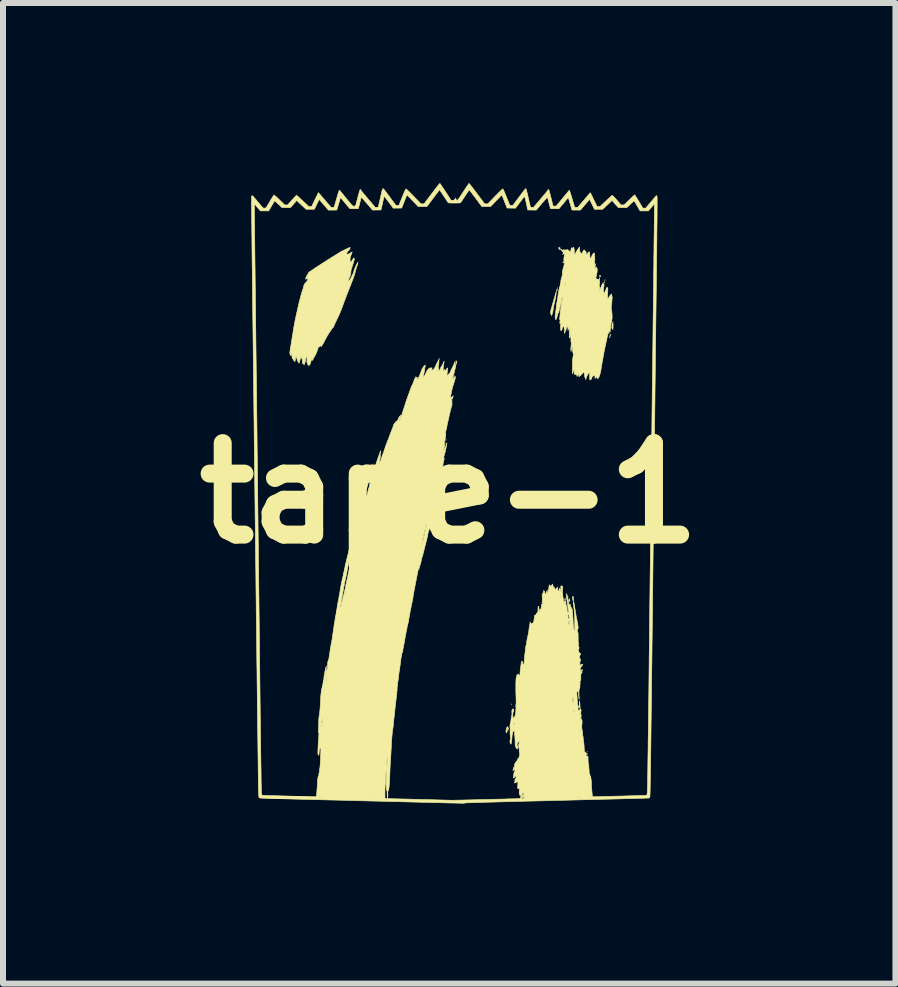
<source format=kicad_pcb>
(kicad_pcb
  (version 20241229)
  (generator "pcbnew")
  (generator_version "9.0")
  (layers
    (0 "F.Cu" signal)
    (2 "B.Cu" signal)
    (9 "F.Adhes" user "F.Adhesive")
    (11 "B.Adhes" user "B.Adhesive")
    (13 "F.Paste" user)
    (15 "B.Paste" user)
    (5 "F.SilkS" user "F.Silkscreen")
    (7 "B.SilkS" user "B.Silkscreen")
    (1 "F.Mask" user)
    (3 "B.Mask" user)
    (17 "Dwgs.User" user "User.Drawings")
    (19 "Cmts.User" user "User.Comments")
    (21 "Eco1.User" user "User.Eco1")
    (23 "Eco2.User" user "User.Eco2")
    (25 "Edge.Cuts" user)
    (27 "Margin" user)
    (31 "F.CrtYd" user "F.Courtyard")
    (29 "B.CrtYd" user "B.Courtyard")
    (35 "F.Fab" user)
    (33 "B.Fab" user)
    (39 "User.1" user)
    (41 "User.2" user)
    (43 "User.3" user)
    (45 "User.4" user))
  (footprint "tape-1"
    (layer "F.Cu")
    (at 4.434 5.167)
    (property "Reference" "tape-1" (at 0 0 0) (layer "F.SilkS") (effects (font (size 1.524 1.524) (thickness 0.3))))
    (attr through_hole)
    (fp_poly (pts (xy -2.159 -2.438) (xy -2.161 -2.436) (xy -2.164 -2.438) (xy -2.161 -2.44) (xy -2.159 -2.438)) (stroke (width 0.01) (type solid)) (fill yes) (layer "F.SilkS"))
    (fp_poly (pts (xy -2.145 3.472) (xy -2.148 3.474) (xy -2.15 3.472) (xy -2.148 3.47) (xy -2.145 3.472)) (stroke (width 0.01) (type solid)) (fill yes) (layer "F.SilkS"))
    (fp_poly (pts (xy -2.041 2.901) (xy -2.043 2.903) (xy -2.046 2.901) (xy -2.043 2.898) (xy -2.041 2.901)) (stroke (width 0.01) (type solid)) (fill yes) (layer "F.SilkS"))
    (fp_poly (pts (xy -1.733 1.204) (xy -1.735 1.206) (xy -1.737 1.204) (xy -1.735 1.202) (xy -1.733 1.204)) (stroke (width 0.01) (type solid)) (fill yes) (layer "F.SilkS"))
    (fp_poly (pts (xy -1.628 -3.858) (xy -1.631 -3.855) (xy -1.633 -3.858) (xy -1.631 -3.86) (xy -1.628 -3.858)) (stroke (width 0.01) (type solid)) (fill yes) (layer "F.SilkS"))
    (fp_poly (pts (xy -1.565 0.528) (xy -1.567 0.531) (xy -1.569 0.528) (xy -1.567 0.526) (xy -1.565 0.528)) (stroke (width 0.01) (type solid)) (fill yes) (layer "F.SilkS"))
    (fp_poly (pts (xy -1.519 -3.849) (xy -1.522 -3.846) (xy -1.524 -3.849) (xy -1.522 -3.851) (xy -1.519 -3.849)) (stroke (width 0.01) (type solid)) (fill yes) (layer "F.SilkS"))
    (fp_poly (pts (xy -1.406 0.07) (xy -1.408 0.073) (xy -1.411 0.07) (xy -1.408 0.068) (xy -1.406 0.07)) (stroke (width 0.01) (type solid)) (fill yes) (layer "F.SilkS"))
    (fp_poly (pts (xy -1.279 -0.483) (xy -1.281 -0.481) (xy -1.284 -0.483) (xy -1.281 -0.485) (xy -1.279 -0.483)) (stroke (width 0.01) (type solid)) (fill yes) (layer "F.SilkS"))
    (fp_poly (pts (xy -0.776 2.656) (xy -0.778 2.658) (xy -0.78 2.656) (xy -0.778 2.653) (xy -0.776 2.656)) (stroke (width 0.01) (type solid)) (fill yes) (layer "F.SilkS"))
    (fp_poly (pts (xy -0.558 -1.939) (xy -0.56 -1.937) (xy -0.562 -1.939) (xy -0.56 -1.941) (xy -0.558 -1.939)) (stroke (width 0.01) (type solid)) (fill yes) (layer "F.SilkS"))
    (fp_poly (pts (xy -0.553 -1.925) (xy -0.556 -1.923) (xy -0.558 -1.925) (xy -0.556 -1.928) (xy -0.553 -1.925)) (stroke (width 0.01) (type solid)) (fill yes) (layer "F.SilkS"))
    (fp_poly (pts (xy -0.526 -1.925) (xy -0.528 -1.923) (xy -0.531 -1.925) (xy -0.528 -1.928) (xy -0.526 -1.925)) (stroke (width 0.01) (type solid)) (fill yes) (layer "F.SilkS"))
    (fp_poly (pts (xy -0.503 1.263) (xy -0.506 1.265) (xy -0.508 1.263) (xy -0.506 1.261) (xy -0.503 1.263)) (stroke (width 0.01) (type solid)) (fill yes) (layer "F.SilkS"))
    (fp_poly (pts (xy -0.44 1.045) (xy -0.442 1.048) (xy -0.445 1.045) (xy -0.442 1.043) (xy -0.44 1.045)) (stroke (width 0.01) (type solid)) (fill yes) (layer "F.SilkS"))
    (fp_poly (pts (xy -0.431 1.009) (xy -0.433 1.011) (xy -0.435 1.009) (xy -0.433 1.007) (xy -0.431 1.009)) (stroke (width 0.01) (type solid)) (fill yes) (layer "F.SilkS"))
    (fp_poly (pts (xy -0.363 -2.057) (xy -0.365 -2.055) (xy -0.367 -2.057) (xy -0.365 -2.059) (xy -0.363 -2.057)) (stroke (width 0.01) (type solid)) (fill yes) (layer "F.SilkS"))
    (fp_poly (pts (xy -0.286 -2.089) (xy -0.288 -2.086) (xy -0.29 -2.089) (xy -0.288 -2.091) (xy -0.286 -2.089)) (stroke (width 0.01) (type solid)) (fill yes) (layer "F.SilkS"))
    (fp_poly (pts (xy -0.168 -2.188) (xy -0.17 -2.186) (xy -0.172 -2.188) (xy -0.17 -2.191) (xy -0.168 -2.188)) (stroke (width 0.01) (type solid)) (fill yes) (layer "F.SilkS"))
    (fp_poly (pts (xy -0.163 -2.243) (xy -0.166 -2.241) (xy -0.168 -2.243) (xy -0.166 -2.245) (xy -0.163 -2.243)) (stroke (width 0.01) (type solid)) (fill yes) (layer "F.SilkS"))
    (fp_poly (pts (xy -0.1 -0.451) (xy -0.102 -0.449) (xy -0.104 -0.451) (xy -0.102 -0.454) (xy -0.1 -0.451)) (stroke (width 0.01) (type solid)) (fill yes) (layer "F.SilkS"))
    (fp_poly (pts (xy -0.095 -0.465) (xy -0.098 -0.463) (xy -0.1 -0.465) (xy -0.098 -0.467) (xy -0.095 -0.465)) (stroke (width 0.01) (type solid)) (fill yes) (layer "F.SilkS"))
    (fp_poly (pts (xy -0.082 -0.587) (xy -0.084 -0.585) (xy -0.086 -0.587) (xy -0.084 -0.59) (xy -0.082 -0.587)) (stroke (width 0.01) (type solid)) (fill yes) (layer "F.SilkS"))
    (fp_poly (pts (xy -0.064 -0.987) (xy -0.066 -0.984) (xy -0.068 -0.987) (xy -0.066 -0.989) (xy -0.064 -0.987)) (stroke (width 0.01) (type solid)) (fill yes) (layer "F.SilkS"))
    (fp_poly (pts (xy -0.064 -0.837) (xy -0.066 -0.835) (xy -0.068 -0.837) (xy -0.066 -0.839) (xy -0.064 -0.837)) (stroke (width 0.01) (type solid)) (fill yes) (layer "F.SilkS"))
    (fp_poly (pts (xy -0.054 -0.882) (xy -0.057 -0.88) (xy -0.059 -0.882) (xy -0.057 -0.884) (xy -0.054 -0.882)) (stroke (width 0.01) (type solid)) (fill yes) (layer "F.SilkS"))
    (fp_poly (pts (xy -0.05 -0.896) (xy -0.052 -0.894) (xy -0.054 -0.896) (xy -0.052 -0.898) (xy -0.05 -0.896)) (stroke (width 0.01) (type solid)) (fill yes) (layer "F.SilkS"))
    (fp_poly (pts (xy 0.05 -1.549) (xy 0.048 -1.547) (xy 0.045 -1.549) (xy 0.048 -1.551) (xy 0.05 -1.549)) (stroke (width 0.01) (type solid)) (fill yes) (layer "F.SilkS"))
    (fp_poly (pts (xy 0.054 -1.612) (xy 0.052 -1.61) (xy 0.05 -1.612) (xy 0.052 -1.615) (xy 0.054 -1.612)) (stroke (width 0.01) (type solid)) (fill yes) (layer "F.SilkS"))
    (fp_poly (pts (xy 0.068 -1.622) (xy 0.066 -1.619) (xy 0.064 -1.622) (xy 0.066 -1.624) (xy 0.068 -1.622)) (stroke (width 0.01) (type solid)) (fill yes) (layer "F.SilkS"))
    (fp_poly (pts (xy 0.082 -1.948) (xy 0.079 -1.946) (xy 0.077 -1.948) (xy 0.079 -1.95) (xy 0.082 -1.948)) (stroke (width 0.01) (type solid)) (fill yes) (layer "F.SilkS"))
    (fp_poly (pts (xy 0.086 -1.957) (xy 0.084 -1.955) (xy 0.082 -1.957) (xy 0.084 -1.959) (xy 0.086 -1.957)) (stroke (width 0.01) (type solid)) (fill yes) (layer "F.SilkS"))
    (fp_poly (pts (xy 0.104 -2.202) (xy 0.102 -2.2) (xy 0.1 -2.202) (xy 0.102 -2.204) (xy 0.104 -2.202)) (stroke (width 0.01) (type solid)) (fill yes) (layer "F.SilkS"))
    (fp_poly (pts (xy 0.984 3.908) (xy 0.982 3.91) (xy 0.98 3.908) (xy 0.982 3.905) (xy 0.984 3.908)) (stroke (width 0.01) (type solid)) (fill yes) (layer "F.SilkS"))
    (fp_poly (pts (xy 0.984 3.944) (xy 0.982 3.946) (xy 0.98 3.944) (xy 0.982 3.942) (xy 0.984 3.944)) (stroke (width 0.01) (type solid)) (fill yes) (layer "F.SilkS"))
    (fp_poly (pts (xy 0.993 3.912) (xy 0.991 3.914) (xy 0.989 3.912) (xy 0.991 3.91) (xy 0.993 3.912)) (stroke (width 0.01) (type solid)) (fill yes) (layer "F.SilkS"))
    (fp_poly (pts (xy 1.07 4.57) (xy 1.068 4.572) (xy 1.066 4.57) (xy 1.068 4.567) (xy 1.07 4.57)) (stroke (width 0.01) (type solid)) (fill yes) (layer "F.SilkS"))
    (fp_poly (pts (xy 1.143 4.261) (xy 1.141 4.264) (xy 1.138 4.261) (xy 1.141 4.259) (xy 1.143 4.261)) (stroke (width 0.01) (type solid)) (fill yes) (layer "F.SilkS"))
    (fp_poly (pts (xy 1.592 1.64) (xy 1.59 1.642) (xy 1.587 1.64) (xy 1.59 1.637) (xy 1.592 1.64)) (stroke (width 0.01) (type solid)) (fill yes) (layer "F.SilkS"))
    (fp_poly (pts (xy 1.714 1.517) (xy 1.712 1.519) (xy 1.71 1.517) (xy 1.712 1.515) (xy 1.714 1.517)) (stroke (width 0.01) (type solid)) (fill yes) (layer "F.SilkS"))
    (fp_poly (pts (xy 1.805 -3.422) (xy 1.803 -3.42) (xy 1.801 -3.422) (xy 1.803 -3.424) (xy 1.805 -3.422)) (stroke (width 0.01) (type solid)) (fill yes) (layer "F.SilkS"))
    (fp_poly (pts (xy 1.896 -3.976) (xy 1.894 -3.973) (xy 1.891 -3.976) (xy 1.894 -3.978) (xy 1.896 -3.976)) (stroke (width 0.01) (type solid)) (fill yes) (layer "F.SilkS"))
    (fp_poly (pts (xy 2.3 4.307) (xy 2.297 4.309) (xy 2.295 4.307) (xy 2.297 4.304) (xy 2.3 4.307)) (stroke (width 0.01) (type solid)) (fill yes) (layer "F.SilkS"))
    (fp_poly (pts (xy 2.431 -1.912) (xy 2.429 -1.91) (xy 2.427 -1.912) (xy 2.429 -1.914) (xy 2.431 -1.912)) (stroke (width 0.01) (type solid)) (fill yes) (layer "F.SilkS"))
    (fp_poly (pts (xy 2.508 -3.59) (xy 2.506 -3.588) (xy 2.504 -3.59) (xy 2.506 -3.592) (xy 2.508 -3.59)) (stroke (width 0.01) (type solid)) (fill yes) (layer "F.SilkS"))
    (fp_poly (pts (xy 2.594 -3.545) (xy 2.592 -3.542) (xy 2.59 -3.545) (xy 2.592 -3.547) (xy 2.594 -3.545)) (stroke (width 0.01) (type solid)) (fill yes) (layer "F.SilkS"))
    (fp_poly (pts (xy 2.599 -3.554) (xy 2.597 -3.551) (xy 2.594 -3.554) (xy 2.597 -3.556) (xy 2.599 -3.554)) (stroke (width 0.01) (type solid)) (fill yes) (layer "F.SilkS"))
    (fp_poly (pts (xy 2.626 -3.431) (xy 2.624 -3.429) (xy 2.622 -3.431) (xy 2.624 -3.434) (xy 2.626 -3.431)) (stroke (width 0.01) (type solid)) (fill yes) (layer "F.SilkS"))
    (fp_poly (pts (xy 2.653 -2.665) (xy 2.651 -2.662) (xy 2.649 -2.665) (xy 2.651 -2.667) (xy 2.653 -2.665)) (stroke (width 0.01) (type solid)) (fill yes) (layer "F.SilkS"))
    (fp_poly (pts (xy 2.662 -2.665) (xy 2.66 -2.662) (xy 2.658 -2.665) (xy 2.66 -2.667) (xy 2.662 -2.665)) (stroke (width 0.01) (type solid)) (fill yes) (layer "F.SilkS"))
    (fp_poly (pts (xy 2.703 -2.751) (xy 2.701 -2.749) (xy 2.699 -2.751) (xy 2.701 -2.753) (xy 2.703 -2.751)) (stroke (width 0.01) (type solid)) (fill yes) (layer "F.SilkS"))
    (fp_poly (pts (xy 2.731 -2.86) (xy 2.728 -2.857) (xy 2.726 -2.86) (xy 2.728 -2.862) (xy 2.731 -2.86)) (stroke (width 0.01) (type solid)) (fill yes) (layer "F.SilkS"))
    (fp_poly (pts (xy -2.623 -2.291) (xy -2.623 -2.284) (xy -2.623 -2.283) (xy -2.626 -2.284) (xy -2.626 -2.289) (xy -2.625 -2.293) (xy -2.623 -2.291)) (stroke (width 0.01) (type solid)) (fill yes) (layer "F.SilkS"))
    (fp_poly (pts (xy -2.047 2.879) (xy -2.047 2.886) (xy -2.047 2.888) (xy -2.049 2.887) (xy -2.05 2.882) (xy -2.049 2.877) (xy -2.047 2.879)) (stroke (width 0.01) (type solid)) (fill yes) (layer "F.SilkS"))
    (fp_poly (pts (xy -1.498 0.292) (xy -1.498 0.297) (xy -1.498 0.298) (xy -1.501 0.297) (xy -1.501 0.295) (xy -1.5 0.291) (xy -1.498 0.292)) (stroke (width 0.01) (type solid)) (fill yes) (layer "F.SilkS"))
    (fp_poly (pts (xy -1.412 0.083) (xy -1.412 0.089) (xy -1.412 0.089) (xy -1.415 0.089) (xy -1.415 0.086) (xy -1.413 0.082) (xy -1.412 0.083)) (stroke (width 0.01) (type solid)) (fill yes) (layer "F.SilkS"))
    (fp_poly (pts (xy -1.29 -0.452) (xy -1.289 -0.447) (xy -1.29 -0.446) (xy -1.292 -0.447) (xy -1.293 -0.449) (xy -1.291 -0.453) (xy -1.29 -0.452)) (stroke (width 0.01) (type solid)) (fill yes) (layer "F.SilkS"))
    (fp_poly (pts (xy -1.285 -0.47) (xy -1.285 -0.465) (xy -1.285 -0.464) (xy -1.288 -0.465) (xy -1.288 -0.467) (xy -1.286 -0.471) (xy -1.285 -0.47)) (stroke (width 0.01) (type solid)) (fill yes) (layer "F.SilkS"))
    (fp_poly (pts (xy -0.437 1.022) (xy -0.436 1.027) (xy -0.437 1.028) (xy -0.44 1.027) (xy -0.44 1.025) (xy -0.438 1.021) (xy -0.437 1.022)) (stroke (width 0.01) (type solid)) (fill yes) (layer "F.SilkS"))
    (fp_poly (pts (xy -0.197 -0.03) (xy -0.196 -0.025) (xy -0.197 -0.024) (xy -0.199 -0.025) (xy -0.2 -0.027) (xy -0.198 -0.031) (xy -0.197 -0.03)) (stroke (width 0.01) (type solid)) (fill yes) (layer "F.SilkS"))
    (fp_poly (pts (xy -0.192 -0.048) (xy -0.191 -0.043) (xy -0.192 -0.042) (xy -0.195 -0.043) (xy -0.195 -0.045) (xy -0.193 -0.049) (xy -0.192 -0.048)) (stroke (width 0.01) (type solid)) (fill yes) (layer "F.SilkS"))
    (fp_poly (pts (xy -0.106 -0.438) (xy -0.105 -0.433) (xy -0.106 -0.432) (xy -0.109 -0.433) (xy -0.109 -0.435) (xy -0.107 -0.439) (xy -0.106 -0.438)) (stroke (width 0.01) (type solid)) (fill yes) (layer "F.SilkS"))
    (fp_poly (pts (xy -0.079 -0.745) (xy -0.078 -0.738) (xy -0.079 -0.736) (xy -0.081 -0.737) (xy -0.081 -0.742) (xy -0.08 -0.747) (xy -0.079 -0.745)) (stroke (width 0.01) (type solid)) (fill yes) (layer "F.SilkS"))
    (fp_poly (pts (xy -0.069 -0.822) (xy -0.069 -0.815) (xy -0.07 -0.813) (xy -0.072 -0.814) (xy -0.072 -0.819) (xy -0.071 -0.824) (xy -0.069 -0.822)) (stroke (width 0.01) (type solid)) (fill yes) (layer "F.SilkS"))
    (fp_poly (pts (xy 1.037 3.512) (xy 1.038 3.518) (xy 1.037 3.518) (xy 1.034 3.518) (xy 1.034 3.515) (xy 1.036 3.511) (xy 1.037 3.512)) (stroke (width 0.01) (type solid)) (fill yes) (layer "F.SilkS"))
    (fp_poly (pts (xy 1.609 1.662) (xy 1.609 1.667) (xy 1.609 1.668) (xy 1.606 1.667) (xy 1.606 1.665) (xy 1.607 1.661) (xy 1.609 1.662)) (stroke (width 0.01) (type solid)) (fill yes) (layer "F.SilkS"))
    (fp_poly (pts (xy 1.645 1.627) (xy 1.646 1.636) (xy 1.645 1.639) (xy 1.643 1.639) (xy 1.643 1.633) (xy 1.643 1.626) (xy 1.645 1.627)) (stroke (width 0.01) (type solid)) (fill yes) (layer "F.SilkS"))
    (fp_poly (pts (xy 1.786 -3.364) (xy 1.786 -3.359) (xy 1.786 -3.358) (xy 1.783 -3.359) (xy 1.783 -3.361) (xy 1.784 -3.365) (xy 1.786 -3.364)) (stroke (width 0.01) (type solid)) (fill yes) (layer "F.SilkS"))
    (fp_poly (pts (xy 1.854 -3.131) (xy 1.854 -3.121) (xy 1.854 -3.119) (xy 1.852 -3.119) (xy 1.851 -3.125) (xy 1.852 -3.132) (xy 1.854 -3.131)) (stroke (width 0.01) (type solid)) (fill yes) (layer "F.SilkS"))
    (fp_poly (pts (xy 1.917 -2.724) (xy 1.918 -2.719) (xy 1.917 -2.718) (xy 1.914 -2.719) (xy 1.914 -2.721) (xy 1.916 -2.725) (xy 1.917 -2.724)) (stroke (width 0.01) (type solid)) (fill yes) (layer "F.SilkS"))
    (fp_poly (pts (xy 2.076 2.229) (xy 2.076 2.234) (xy 2.076 2.235) (xy 2.073 2.234) (xy 2.073 2.232) (xy 2.074 2.228) (xy 2.076 2.229)) (stroke (width 0.01) (type solid)) (fill yes) (layer "F.SilkS"))
    (fp_poly (pts (xy 2.303 4.34) (xy 2.303 4.347) (xy 2.302 4.349) (xy 2.3 4.347) (xy 2.3 4.343) (xy 2.301 4.338) (xy 2.303 4.34)) (stroke (width 0.01) (type solid)) (fill yes) (layer "F.SilkS"))
    (fp_poly (pts (xy 2.675 -2.6) (xy 2.675 -2.591) (xy 2.675 -2.589) (xy 2.673 -2.588) (xy 2.672 -2.594) (xy 2.673 -2.601) (xy 2.675 -2.6)) (stroke (width 0.01) (type solid)) (fill yes) (layer "F.SilkS"))
    (fp_poly (pts (xy 2.693 -2.693) (xy 2.693 -2.687) (xy 2.693 -2.687) (xy 2.69 -2.687) (xy 2.69 -2.69) (xy 2.691 -2.693) (xy 2.693 -2.693)) (stroke (width 0.01) (type solid)) (fill yes) (layer "F.SilkS"))
    (fp_poly (pts (xy 2.706 -2.768) (xy 2.707 -2.761) (xy 2.706 -2.759) (xy 2.704 -2.76) (xy 2.704 -2.765) (xy 2.705 -2.77) (xy 2.706 -2.768)) (stroke (width 0.01) (type solid)) (fill yes) (layer "F.SilkS"))
    (fp_poly (pts (xy -1.298 -0.415) (xy -1.293 -0.411) (xy -1.294 -0.408) (xy -1.295 -0.408) (xy -1.299 -0.411) (xy -1.3 -0.413) (xy -1.3 -0.417) (xy -1.298 -0.415)) (stroke (width 0.01) (type solid)) (fill yes) (layer "F.SilkS"))
    (fp_poly (pts (xy -0.771 2.624) (xy -0.773 2.631) (xy -0.776 2.635) (xy -0.779 2.639) (xy -0.78 2.638) (xy -0.778 2.63) (xy -0.776 2.626) (xy -0.772 2.623) (xy -0.771 2.624)) (stroke (width 0.01) (type solid)) (fill yes) (layer "F.SilkS"))
    (fp_poly (pts (xy 1.642 1.612) (xy 1.646 1.617) (xy 1.646 1.617) (xy 1.643 1.619) (xy 1.642 1.619) (xy 1.638 1.616) (xy 1.637 1.614) (xy 1.64 1.612) (xy 1.642 1.612)) (stroke (width 0.01) (type solid)) (fill yes) (layer "F.SilkS"))
    (fp_poly (pts (xy 2.294 4.343) (xy 2.293 4.345) (xy 2.289 4.35) (xy 2.288 4.35) (xy 2.286 4.346) (xy 2.286 4.345) (xy 2.289 4.341) (xy 2.291 4.341) (xy 2.294 4.343)) (stroke (width 0.01) (type solid)) (fill yes) (layer "F.SilkS"))
    (fp_poly (pts (xy 2.684 -2.64) (xy 2.683 -2.626) (xy 2.681 -2.617) (xy 2.677 -2.606) (xy 2.677 -2.617) (xy 2.678 -2.631) (xy 2.681 -2.64) (xy 2.684 -2.651) (xy 2.684 -2.64)) (stroke (width 0.01) (type solid)) (fill yes) (layer "F.SilkS"))
    (fp_poly (pts (xy 0.984 3.917) (xy 0.984 3.917) (xy 0.988 3.926) (xy 0.987 3.931) (xy 0.986 3.935) (xy 0.985 3.934) (xy 0.983 3.925) (xy 0.981 3.92) (xy 0.98 3.915) (xy 0.984 3.917)) (stroke (width 0.01) (type solid)) (fill yes) (layer "F.SilkS"))
    (fp_poly (pts (xy 2.585 -3.518) (xy 2.585 -3.514) (xy 2.584 -3.505) (xy 2.581 -3.502) (xy 2.577 -3.505) (xy 2.576 -3.507) (xy 2.579 -3.516) (xy 2.581 -3.52) (xy 2.584 -3.523) (xy 2.585 -3.518)) (stroke (width 0.01) (type solid)) (fill yes) (layer "F.SilkS"))
    (fp_poly (pts (xy -2.286 -2.243) (xy -2.286 -2.236) (xy -2.287 -2.227) (xy -2.289 -2.218) (xy -2.291 -2.213) (xy -2.293 -2.212) (xy -2.293 -2.218) (xy -2.292 -2.225) (xy -2.29 -2.237) (xy -2.288 -2.244) (xy -2.288 -2.245) (xy -2.286 -2.243)) (stroke (width 0.01) (type solid)) (fill yes) (layer "F.SilkS"))
    (fp_poly (pts (xy 0.077 -1.941) (xy 0.075 -1.935) (xy 0.071 -1.925) (xy 0.07 -1.923) (xy 0.066 -1.914) (xy 0.064 -1.913) (xy 0.064 -1.914) (xy 0.065 -1.92) (xy 0.069 -1.929) (xy 0.073 -1.937) (xy 0.076 -1.941) (xy 0.077 -1.941)) (stroke (width 0.01) (type solid)) (fill yes) (layer "F.SilkS"))
    (fp_poly (pts (xy 1.142 4.215) (xy 1.143 4.228) (xy 1.142 4.245) (xy 1.141 4.253) (xy 1.139 4.253) (xy 1.136 4.243) (xy 1.136 4.243) (xy 1.135 4.23) (xy 1.137 4.217) (xy 1.14 4.209) (xy 1.141 4.208) (xy 1.142 4.215)) (stroke (width 0.01) (type solid)) (fill yes) (layer "F.SilkS"))
    (fp_poly (pts (xy 1.8 -3.404) (xy 1.8 -3.4) (xy 1.799 -3.388) (xy 1.797 -3.377) (xy 1.793 -3.372) (xy 1.791 -3.373) (xy 1.79 -3.379) (xy 1.793 -3.391) (xy 1.794 -3.395) (xy 1.798 -3.406) (xy 1.799 -3.408) (xy 1.8 -3.404)) (stroke (width 0.01) (type solid)) (fill yes) (layer "F.SilkS"))
    (fp_poly (pts (xy 1.842 -4.091) (xy 1.847 -4.087) (xy 1.847 -4.08) (xy 1.845 -4.073) (xy 1.84 -4.062) (xy 1.836 -4.061) (xy 1.83 -4.068) (xy 1.829 -4.071) (xy 1.824 -4.086) (xy 1.825 -4.094) (xy 1.832 -4.095) (xy 1.842 -4.091)) (stroke (width 0.01) (type solid)) (fill yes) (layer "F.SilkS"))
    (fp_poly (pts (xy 1.931 1.75) (xy 1.933 1.76) (xy 1.933 1.76) (xy 1.933 1.773) (xy 1.929 1.782) (xy 1.926 1.785) (xy 1.925 1.783) (xy 1.926 1.773) (xy 1.926 1.769) (xy 1.928 1.754) (xy 1.93 1.748) (xy 1.931 1.75)) (stroke (width 0.01) (type solid)) (fill yes) (layer "F.SilkS"))
    (fp_poly (pts (xy 2.006 1.775) (xy 2.008 1.787) (xy 2.007 1.795) (xy 2.002 1.8) (xy 1.997 1.805) (xy 1.996 1.803) (xy 1.997 1.799) (xy 1.999 1.789) (xy 2.001 1.776) (xy 2.001 1.774) (xy 2.001 1.758) (xy 2.006 1.775)) (stroke (width 0.01) (type solid)) (fill yes) (layer "F.SilkS"))
    (fp_poly (pts (xy 2.513 -3.629) (xy 2.513 -3.629) (xy 2.516 -3.621) (xy 2.52 -3.614) (xy 2.525 -3.608) (xy 2.523 -3.607) (xy 2.513 -3.609) (xy 2.512 -3.609) (xy 2.505 -3.614) (xy 2.505 -3.623) (xy 2.508 -3.629) (xy 2.512 -3.633) (xy 2.513 -3.629)) (stroke (width 0.01) (type solid)) (fill yes) (layer "F.SilkS"))
    (fp_poly (pts (xy 2.068 1.726) (xy 2.069 1.736) (xy 2.069 1.741) (xy 2.07 1.764) (xy 2.069 1.78) (xy 2.067 1.789) (xy 2.065 1.792) (xy 2.062 1.791) (xy 2.059 1.781) (xy 2.057 1.766) (xy 2.055 1.75) (xy 2.053 1.737) (xy 2.052 1.73) (xy 2.054 1.725) (xy 2.059 1.722) (xy 2.065 1.722) (xy 2.068 1.726)) (stroke (width 0.01) (type solid)) (fill yes) (layer "F.SilkS"))
    (fp_poly (pts (xy 2.174 3.486) (xy 2.176 3.506) (xy 2.178 3.527) (xy 2.179 3.548) (xy 2.181 3.566) (xy 2.181 3.58) (xy 2.181 3.587) (xy 2.18 3.588) (xy 2.177 3.584) (xy 2.175 3.581) (xy 2.173 3.571) (xy 2.173 3.561) (xy 2.171 3.55) (xy 2.169 3.544) (xy 2.167 3.538) (xy 2.167 3.525) (xy 2.167 3.508) (xy 2.168 3.499) (xy 2.171 3.458) (xy 2.174 3.486)) (stroke (width 0.01) (type solid)) (fill yes) (layer "F.SilkS"))
    (fp_poly (pts (xy 0.972 3.891) (xy 0.975 3.9) (xy 0.975 3.907) (xy 0.974 3.921) (xy 0.97 3.908) (xy 0.969 3.905) (xy 0.969 3.91) (xy 0.969 3.923) (xy 0.969 3.929) (xy 0.97 3.949) (xy 0.97 3.96) (xy 0.967 3.964) (xy 0.967 3.964) (xy 0.962 3.968) (xy 0.962 3.973) (xy 0.96 3.979) (xy 0.955 3.986) (xy 0.951 3.991) (xy 0.948 3.991) (xy 0.948 3.991) (xy 0.946 3.961) (xy 0.95 3.931) (xy 0.962 3.899) (xy 0.963 3.897) (xy 0.968 3.89) (xy 0.972 3.891)) (stroke (width 0.01) (type solid)) (fill yes) (layer "F.SilkS"))
    (fp_poly (pts (xy 2.726 -2.841) (xy 2.728 -2.836) (xy 2.729 -2.824) (xy 2.73 -2.807) (xy 2.73 -2.788) (xy 2.73 -2.769) (xy 2.729 -2.752) (xy 2.728 -2.74) (xy 2.725 -2.729) (xy 2.722 -2.726) (xy 2.721 -2.732) (xy 2.72 -2.745) (xy 2.72 -2.76) (xy 2.72 -2.777) (xy 2.72 -2.787) (xy 2.718 -2.791) (xy 2.715 -2.79) (xy 2.714 -2.789) (xy 2.709 -2.785) (xy 2.708 -2.789) (xy 2.709 -2.792) (xy 2.712 -2.803) (xy 2.715 -2.814) (xy 2.719 -2.83) (xy 2.721 -2.839) (xy 2.724 -2.842) (xy 2.726 -2.841)) (stroke (width 0.01) (type solid)) (fill yes) (layer "F.SilkS"))
    (fp_poly (pts (xy 1.784 -3.346) (xy 1.782 -3.331) (xy 1.78 -3.313) (xy 1.774 -3.28) (xy 1.77 -3.254) (xy 1.766 -3.233) (xy 1.763 -3.217) (xy 1.76 -3.202) (xy 1.757 -3.188) (xy 1.753 -3.173) (xy 1.753 -3.173) (xy 1.748 -3.15) (xy 1.742 -3.123) (xy 1.737 -3.095) (xy 1.735 -3.08) (xy 1.73 -3.046) (xy 1.725 -3.02) (xy 1.72 -3.001) (xy 1.716 -2.986) (xy 1.71 -2.975) (xy 1.71 -2.974) (xy 1.702 -2.961) (xy 1.695 -2.983) (xy 1.69 -2.999) (xy 1.688 -3.013) (xy 1.689 -3.028) (xy 1.693 -3.048) (xy 1.694 -3.051) (xy 1.697 -3.063) (xy 1.702 -3.081) (xy 1.709 -3.104) (xy 1.717 -3.132) (xy 1.725 -3.161) (xy 1.734 -3.193) (xy 1.743 -3.224) (xy 1.752 -3.255) (xy 1.761 -3.283) (xy 1.768 -3.308) (xy 1.774 -3.329) (xy 1.778 -3.343) (xy 1.781 -3.351) (xy 1.781 -3.352) (xy 1.784 -3.352) (xy 1.784 -3.346)) (stroke (width 0.01) (type solid)) (fill yes) (layer "F.SilkS"))
    (fp_poly (pts (xy -1.65 -4.091) (xy -1.651 -4.085) (xy -1.655 -4.074) (xy -1.664 -4.059) (xy -1.676 -4.045) (xy -1.677 -4.043) (xy -1.689 -4.03) (xy -1.699 -4.016) (xy -1.701 -4.014) (xy -1.707 -4.004) (xy -1.708 -3.998) (xy -1.704 -3.99) (xy -1.704 -3.989) (xy -1.699 -3.983) (xy -1.693 -3.98) (xy -1.685 -3.982) (xy -1.674 -3.987) (xy -1.656 -3.997) (xy -1.651 -4) (xy -1.636 -4.009) (xy -1.624 -4.015) (xy -1.617 -4.018) (xy -1.617 -4.018) (xy -1.618 -4.013) (xy -1.622 -4.003) (xy -1.627 -3.991) (xy -1.637 -3.964) (xy -1.647 -3.932) (xy -1.653 -3.909) (xy -1.653 -3.901) (xy -1.651 -3.898) (xy -1.649 -3.895) (xy -1.649 -3.888) (xy -1.652 -3.874) (xy -1.653 -3.871) (xy -1.654 -3.863) (xy -1.647 -3.857) (xy -1.642 -3.854) (xy -1.633 -3.85) (xy -1.628 -3.851) (xy -1.628 -3.851) (xy -1.627 -3.859) (xy -1.627 -3.861) (xy -1.624 -3.868) (xy -1.623 -3.869) (xy -1.62 -3.874) (xy -1.614 -3.884) (xy -1.606 -3.897) (xy -1.598 -3.91) (xy -1.591 -3.919) (xy -1.587 -3.921) (xy -1.584 -3.915) (xy -1.585 -3.912) (xy -1.584 -3.906) (xy -1.583 -3.904) (xy -1.581 -3.9) (xy -1.583 -3.888) (xy -1.588 -3.869) (xy -1.596 -3.842) (xy -1.607 -3.807) (xy -1.615 -3.782) (xy -1.623 -3.758) (xy -1.629 -3.738) (xy -1.634 -3.721) (xy -1.636 -3.711) (xy -1.637 -3.709) (xy -1.637 -3.701) (xy -1.638 -3.687) (xy -1.639 -3.671) (xy -1.642 -3.655) (xy -1.644 -3.642) (xy -1.646 -3.635) (xy -1.646 -3.635) (xy -1.649 -3.629) (xy -1.649 -3.629) (xy -1.651 -3.621) (xy -1.655 -3.609) (xy -1.659 -3.598) (xy -1.663 -3.59) (xy -1.665 -3.588) (xy -1.668 -3.582) (xy -1.672 -3.571) (xy -1.675 -3.561) (xy -1.679 -3.548) (xy -1.679 -3.541) (xy -1.677 -3.539) (xy -1.676 -3.54) (xy -1.67 -3.539) (xy -1.668 -3.538) (xy -1.666 -3.539) (xy -1.66 -3.548) (xy -1.652 -3.562) (xy -1.642 -3.579) (xy -1.631 -3.6) (xy -1.621 -3.621) (xy -1.61 -3.641) (xy -1.601 -3.66) (xy -1.594 -3.676) (xy -1.59 -3.686) (xy -1.59 -3.689) (xy -1.585 -3.709) (xy -1.582 -3.722) (xy -1.579 -3.73) (xy -1.579 -3.731) (xy -1.576 -3.737) (xy -1.57 -3.749) (xy -1.563 -3.765) (xy -1.56 -3.774) (xy -1.552 -3.793) (xy -1.544 -3.811) (xy -1.536 -3.825) (xy -1.534 -3.828) (xy -1.524 -3.843) (xy -1.524 -3.829) (xy -1.526 -3.817) (xy -1.53 -3.801) (xy -1.534 -3.791) (xy -1.545 -3.761) (xy -1.555 -3.729) (xy -1.563 -3.698) (xy -1.567 -3.68) (xy -1.569 -3.671) (xy -1.574 -3.656) (xy -1.58 -3.636) (xy -1.588 -3.613) (xy -1.595 -3.591) (xy -1.602 -3.57) (xy -1.609 -3.554) (xy -1.612 -3.545) (xy -1.617 -3.533) (xy -1.624 -3.517) (xy -1.628 -3.506) (xy -1.632 -3.495) (xy -1.639 -3.477) (xy -1.648 -3.453) (xy -1.659 -3.426) (xy -1.671 -3.396) (xy -1.68 -3.372) (xy -1.694 -3.337) (xy -1.709 -3.298) (xy -1.723 -3.26) (xy -1.737 -3.223) (xy -1.749 -3.192) (xy -1.753 -3.182) (xy -1.769 -3.138) (xy -1.782 -3.102) (xy -1.794 -3.072) (xy -1.804 -3.047) (xy -1.812 -3.024) (xy -1.821 -3.004) (xy -1.829 -2.985) (xy -1.838 -2.965) (xy -1.848 -2.943) (xy -1.86 -2.919) (xy -1.874 -2.889) (xy -1.881 -2.875) (xy -1.894 -2.847) (xy -1.906 -2.822) (xy -1.915 -2.801) (xy -1.923 -2.784) (xy -1.927 -2.774) (xy -1.928 -2.771) (xy -1.931 -2.767) (xy -1.932 -2.767) (xy -1.935 -2.764) (xy -1.934 -2.762) (xy -1.935 -2.758) (xy -1.938 -2.758) (xy -1.944 -2.754) (xy -1.951 -2.745) (xy -1.952 -2.743) (xy -1.961 -2.729) (xy -1.969 -2.717) (xy -1.969 -2.717) (xy -2 -2.672) (xy -2.033 -2.619) (xy -2.067 -2.556) (xy -2.079 -2.533) (xy -2.09 -2.512) (xy -2.1 -2.494) (xy -2.107 -2.481) (xy -2.112 -2.473) (xy -2.113 -2.472) (xy -2.118 -2.467) (xy -2.124 -2.457) (xy -2.124 -2.455) (xy -2.131 -2.444) (xy -2.135 -2.441) (xy -2.135 -2.447) (xy -2.134 -2.456) (xy -2.133 -2.468) (xy -2.136 -2.472) (xy -2.142 -2.468) (xy -2.146 -2.459) (xy -2.151 -2.449) (xy -2.154 -2.445) (xy -2.159 -2.447) (xy -2.162 -2.45) (xy -2.167 -2.454) (xy -2.167 -2.452) (xy -2.166 -2.45) (xy -2.165 -2.445) (xy -2.169 -2.446) (xy -2.172 -2.446) (xy -2.176 -2.442) (xy -2.18 -2.433) (xy -2.185 -2.418) (xy -2.192 -2.397) (xy -2.2 -2.37) (xy -2.208 -2.349) (xy -2.22 -2.323) (xy -2.234 -2.295) (xy -2.239 -2.286) (xy -2.248 -2.271) (xy -2.258 -2.252) (xy -2.265 -2.238) (xy -2.279 -2.211) (xy -2.281 -2.229) (xy -2.284 -2.243) (xy -2.288 -2.248) (xy -2.292 -2.244) (xy -2.296 -2.232) (xy -2.301 -2.211) (xy -2.303 -2.202) (xy -2.308 -2.181) (xy -2.312 -2.164) (xy -2.317 -2.152) (xy -2.319 -2.149) (xy -2.327 -2.14) (xy -2.331 -2.134) (xy -2.336 -2.125) (xy -2.336 -2.134) (xy -2.337 -2.14) (xy -2.339 -2.138) (xy -2.34 -2.135) (xy -2.343 -2.13) (xy -2.346 -2.132) (xy -2.349 -2.138) (xy -2.355 -2.147) (xy -2.359 -2.15) (xy -2.362 -2.154) (xy -2.363 -2.163) (xy -2.363 -2.164) (xy -2.364 -2.173) (xy -2.368 -2.175) (xy -2.37 -2.176) (xy -2.371 -2.185) (xy -2.371 -2.202) (xy -2.37 -2.225) (xy -2.369 -2.254) (xy -2.37 -2.274) (xy -2.371 -2.285) (xy -2.374 -2.287) (xy -2.378 -2.281) (xy -2.383 -2.265) (xy -2.389 -2.24) (xy -2.393 -2.22) (xy -2.398 -2.196) (xy -2.404 -2.175) (xy -2.409 -2.158) (xy -2.414 -2.146) (xy -2.417 -2.141) (xy -2.417 -2.141) (xy -2.421 -2.145) (xy -2.426 -2.153) (xy -2.431 -2.161) (xy -2.434 -2.161) (xy -2.436 -2.159) (xy -2.439 -2.155) (xy -2.441 -2.158) (xy -2.441 -2.159) (xy -2.442 -2.169) (xy -2.443 -2.175) (xy -2.444 -2.183) (xy -2.446 -2.198) (xy -2.448 -2.217) (xy -2.449 -2.225) (xy -2.45 -2.241) (xy -2.452 -2.252) (xy -2.453 -2.257) (xy -2.453 -2.255) (xy -2.455 -2.247) (xy -2.459 -2.246) (xy -2.462 -2.252) (xy -2.463 -2.259) (xy -2.464 -2.269) (xy -2.467 -2.272) (xy -2.471 -2.267) (xy -2.476 -2.255) (xy -2.481 -2.238) (xy -2.485 -2.223) (xy -2.492 -2.196) (xy -2.497 -2.178) (xy -2.502 -2.169) (xy -2.505 -2.168) (xy -2.511 -2.178) (xy -2.519 -2.192) (xy -2.527 -2.208) (xy -2.532 -2.22) (xy -2.534 -2.226) (xy -2.537 -2.239) (xy -2.541 -2.254) (xy -2.541 -2.254) (xy -2.545 -2.267) (xy -2.547 -2.276) (xy -2.548 -2.277) (xy -2.549 -2.279) (xy -2.472 -2.279) (xy -2.47 -2.277) (xy -2.467 -2.279) (xy -2.47 -2.281) (xy -2.472 -2.279) (xy -2.549 -2.279) (xy -2.55 -2.281) (xy -2.554 -2.277) (xy -2.557 -2.266) (xy -2.56 -2.25) (xy -2.561 -2.242) (xy -2.563 -2.227) (xy -2.565 -2.216) (xy -2.567 -2.211) (xy -2.569 -2.206) (xy -2.568 -2.199) (xy -2.568 -2.194) (xy -2.57 -2.194) (xy -2.577 -2.2) (xy -2.582 -2.204) (xy -2.593 -2.218) (xy -2.581 -2.218) (xy -2.579 -2.214) (xy -2.578 -2.215) (xy -2.577 -2.22) (xy -2.578 -2.221) (xy -2.58 -2.22) (xy -2.581 -2.218) (xy -2.593 -2.218) (xy -2.599 -2.225) (xy -2.607 -2.247) (xy -2.609 -2.258) (xy -2.609 -2.265) (xy -2.61 -2.264) (xy -2.613 -2.254) (xy -2.613 -2.254) (xy -2.614 -2.248) (xy -2.615 -2.248) (xy -2.616 -2.256) (xy -2.617 -2.272) (xy -2.617 -2.272) (xy -2.618 -2.291) (xy -2.618 -2.309) (xy -2.619 -2.321) (xy -2.619 -2.321) (xy -2.62 -2.332) (xy -2.623 -2.335) (xy -2.627 -2.33) (xy -2.629 -2.323) (xy -2.632 -2.308) (xy -2.635 -2.3) (xy -2.638 -2.296) (xy -2.641 -2.296) (xy -2.646 -2.301) (xy -2.651 -2.311) (xy -2.652 -2.313) (xy -2.654 -2.323) (xy -2.655 -2.335) (xy -2.655 -2.351) (xy -2.652 -2.373) (xy -2.648 -2.401) (xy -2.642 -2.437) (xy -2.641 -2.44) (xy -2.639 -2.456) (xy -2.159 -2.456) (xy -2.157 -2.454) (xy -2.154 -2.456) (xy -2.157 -2.458) (xy -2.159 -2.456) (xy -2.639 -2.456) (xy -2.638 -2.459) (xy -2.635 -2.476) (xy -2.633 -2.488) (xy -2.633 -2.49) (xy -2.632 -2.498) (xy -2.63 -2.513) (xy -2.626 -2.534) (xy -2.622 -2.56) (xy -2.617 -2.588) (xy -2.616 -2.599) (xy -2.611 -2.629) (xy -2.606 -2.656) (xy -2.602 -2.68) (xy -2.6 -2.699) (xy -2.598 -2.71) (xy -2.597 -2.712) (xy -2.592 -2.747) (xy -2.585 -2.787) (xy -2.576 -2.832) (xy -2.567 -2.881) (xy -2.556 -2.933) (xy -2.544 -2.986) (xy -2.532 -3.04) (xy -2.52 -3.094) (xy -2.508 -3.147) (xy -2.496 -3.197) (xy -2.484 -3.243) (xy -2.473 -3.285) (xy -2.463 -3.322) (xy -2.454 -3.352) (xy -2.447 -3.374) (xy -2.445 -3.377) (xy -2.438 -3.398) (xy -2.431 -3.42) (xy -2.427 -3.438) (xy -2.426 -3.44) (xy -2.421 -3.463) (xy -2.414 -3.48) (xy -2.404 -3.495) (xy -2.39 -3.508) (xy -2.373 -3.528) (xy -2.361 -3.548) (xy -2.355 -3.566) (xy -2.354 -3.572) (xy -2.354 -3.58) (xy -2.357 -3.582) (xy -2.364 -3.58) (xy -2.373 -3.574) (xy -2.385 -3.567) (xy -2.391 -3.566) (xy -2.392 -3.571) (xy -2.39 -3.58) (xy -2.382 -3.607) (xy -2.371 -3.626) (xy -2.368 -3.631) (xy -2.361 -3.64) (xy -2.353 -3.654) (xy -2.35 -3.661) (xy -2.345 -3.672) (xy -2.338 -3.681) (xy -2.327 -3.69) (xy -2.311 -3.7) (xy -2.306 -3.703) (xy -2.289 -3.714) (xy -2.274 -3.723) (xy -2.263 -3.731) (xy -2.261 -3.733) (xy -2.254 -3.738) (xy -2.241 -3.747) (xy -2.224 -3.759) (xy -2.203 -3.772) (xy -2.193 -3.778) (xy -2.169 -3.794) (xy -2.14 -3.813) (xy -2.109 -3.833) (xy -2.098 -3.839) (xy -1.637 -3.839) (xy -1.635 -3.837) (xy -1.633 -3.839) (xy -1.635 -3.842) (xy -1.637 -3.839) (xy -2.098 -3.839) (xy -2.078 -3.852) (xy -2.059 -3.864) (xy -2.032 -3.882) (xy -2.003 -3.901) (xy -1.974 -3.918) (xy -1.95 -3.934) (xy -1.934 -3.944) (xy -1.909 -3.959) (xy -1.88 -3.977) (xy -1.852 -3.995) (xy -1.835 -4.005) (xy -1.815 -4.018) (xy -1.796 -4.028) (xy -1.781 -4.037) (xy -1.772 -4.041) (xy -1.771 -4.041) (xy -1.762 -4.045) (xy -1.747 -4.052) (xy -1.728 -4.062) (xy -1.708 -4.071) (xy -1.684 -4.083) (xy -1.666 -4.091) (xy -1.655 -4.093) (xy -1.65 -4.091)) (stroke (width 0.01) (type solid)) (fill yes) (layer "F.SilkS"))
    (fp_poly (pts (xy 2.171 -4.099) (xy 2.173 -4.095) (xy 2.173 -4.085) (xy 2.173 -4.069) (xy 2.173 -4.056) (xy 2.173 -4.039) (xy 2.175 -4.029) (xy 2.177 -4.028) (xy 2.18 -4.024) (xy 2.182 -4.016) (xy 2.184 -4.009) (xy 2.191 -4) (xy 2.198 -3.993) (xy 2.205 -3.991) (xy 2.206 -3.992) (xy 2.209 -3.996) (xy 2.215 -4.007) (xy 2.224 -4.02) (xy 2.224 -4.022) (xy 2.235 -4.038) (xy 2.244 -4.049) (xy 2.25 -4.053) (xy 2.254 -4.051) (xy 2.254 -4.048) (xy 2.258 -4.042) (xy 2.267 -4.035) (xy 2.268 -4.034) (xy 2.275 -4.029) (xy 2.279 -4.023) (xy 2.281 -4.014) (xy 2.281 -3.998) (xy 2.281 -3.997) (xy 2.282 -3.983) (xy 2.284 -3.972) (xy 2.286 -3.969) (xy 2.29 -3.972) (xy 2.297 -3.982) (xy 2.303 -3.993) (xy 2.315 -4.011) (xy 2.326 -4.02) (xy 2.334 -4.021) (xy 2.338 -4.019) (xy 2.34 -4.012) (xy 2.341 -3.999) (xy 2.342 -3.982) (xy 2.342 -3.974) (xy 2.343 -3.955) (xy 2.344 -3.94) (xy 2.345 -3.931) (xy 2.346 -3.93) (xy 2.349 -3.923) (xy 2.35 -3.915) (xy 2.35 -3.903) (xy 2.359 -3.914) (xy 2.366 -3.926) (xy 2.371 -3.937) (xy 2.376 -3.953) (xy 2.385 -3.971) (xy 2.395 -3.987) (xy 2.404 -3.998) (xy 2.404 -3.998) (xy 2.411 -4.004) (xy 2.416 -4.003) (xy 2.417 -4.001) (xy 2.42 -3.993) (xy 2.422 -3.978) (xy 2.423 -3.959) (xy 2.425 -3.938) (xy 2.425 -3.916) (xy 2.426 -3.896) (xy 2.425 -3.881) (xy 2.424 -3.875) (xy 2.421 -3.853) (xy 2.42 -3.838) (xy 2.421 -3.829) (xy 2.423 -3.828) (xy 2.425 -3.825) (xy 2.425 -3.82) (xy 2.422 -3.81) (xy 2.42 -3.799) (xy 2.419 -3.793) (xy 2.421 -3.794) (xy 2.426 -3.803) (xy 2.429 -3.808) (xy 2.434 -3.818) (xy 2.438 -3.823) (xy 2.438 -3.821) (xy 2.433 -3.799) (xy 2.431 -3.781) (xy 2.43 -3.77) (xy 2.431 -3.766) (xy 2.435 -3.759) (xy 2.437 -3.75) (xy 2.44 -3.74) (xy 2.444 -3.738) (xy 2.449 -3.745) (xy 2.452 -3.753) (xy 2.456 -3.77) (xy 2.462 -3.747) (xy 2.466 -3.727) (xy 2.465 -3.705) (xy 2.462 -3.677) (xy 2.455 -3.644) (xy 2.454 -3.64) (xy 2.448 -3.613) (xy 2.445 -3.594) (xy 2.446 -3.581) (xy 2.45 -3.573) (xy 2.454 -3.57) (xy 2.461 -3.567) (xy 2.463 -3.568) (xy 2.466 -3.568) (xy 2.472 -3.563) (xy 2.479 -3.558) (xy 2.481 -3.56) (xy 2.485 -3.564) (xy 2.49 -3.565) (xy 2.497 -3.568) (xy 2.499 -3.572) (xy 2.502 -3.579) (xy 2.503 -3.581) (xy 2.505 -3.578) (xy 2.504 -3.569) (xy 2.503 -3.56) (xy 2.501 -3.543) (xy 2.502 -3.534) (xy 2.503 -3.534) (xy 2.505 -3.528) (xy 2.505 -3.514) (xy 2.503 -3.492) (xy 2.503 -3.487) (xy 2.5 -3.466) (xy 2.499 -3.453) (xy 2.5 -3.444) (xy 2.502 -3.438) (xy 2.506 -3.433) (xy 2.507 -3.432) (xy 2.513 -3.424) (xy 2.513 -3.417) (xy 2.51 -3.411) (xy 2.505 -3.398) (xy 2.505 -3.388) (xy 2.509 -3.384) (xy 2.51 -3.384) (xy 2.515 -3.388) (xy 2.519 -3.398) (xy 2.519 -3.399) (xy 2.522 -3.409) (xy 2.527 -3.426) (xy 2.534 -3.446) (xy 2.539 -3.458) (xy 2.541 -3.463) (xy 2.554 -3.463) (xy 2.556 -3.461) (xy 2.558 -3.463) (xy 2.556 -3.465) (xy 2.554 -3.463) (xy 2.541 -3.463) (xy 2.548 -3.48) (xy 2.555 -3.493) (xy 2.559 -3.498) (xy 2.562 -3.494) (xy 2.563 -3.486) (xy 2.564 -3.48) (xy 2.565 -3.482) (xy 2.567 -3.485) (xy 2.57 -3.491) (xy 2.574 -3.488) (xy 2.576 -3.486) (xy 2.579 -3.48) (xy 2.58 -3.471) (xy 2.578 -3.456) (xy 2.577 -3.452) (xy 2.574 -3.435) (xy 2.572 -3.412) (xy 2.57 -3.389) (xy 2.569 -3.383) (xy 2.568 -3.362) (xy 2.567 -3.342) (xy 2.566 -3.326) (xy 2.565 -3.322) (xy 2.563 -3.304) (xy 2.565 -3.312) (xy 2.575 -3.312) (xy 2.576 -3.311) (xy 2.58 -3.315) (xy 2.581 -3.318) (xy 2.58 -3.324) (xy 2.579 -3.325) (xy 2.576 -3.321) (xy 2.575 -3.318) (xy 2.575 -3.312) (xy 2.565 -3.312) (xy 2.568 -3.32) (xy 2.572 -3.332) (xy 2.576 -3.34) (xy 2.577 -3.341) (xy 2.58 -3.342) (xy 2.578 -3.337) (xy 2.578 -3.331) (xy 2.58 -3.329) (xy 2.585 -3.332) (xy 2.585 -3.333) (xy 2.587 -3.339) (xy 2.592 -3.351) (xy 2.599 -3.366) (xy 2.601 -3.371) (xy 2.609 -3.388) (xy 2.612 -3.397) (xy 2.617 -3.397) (xy 2.619 -3.394) (xy 2.62 -3.394) (xy 2.621 -3.4) (xy 2.62 -3.4) (xy 2.617 -3.4) (xy 2.617 -3.397) (xy 2.612 -3.397) (xy 2.614 -3.403) (xy 2.617 -3.412) (xy 2.617 -3.414) (xy 2.618 -3.419) (xy 2.62 -3.417) (xy 2.621 -3.413) (xy 2.624 -3.408) (xy 2.626 -3.41) (xy 2.628 -3.417) (xy 2.631 -3.426) (xy 2.635 -3.426) (xy 2.638 -3.424) (xy 2.64 -3.421) (xy 2.642 -3.413) (xy 2.642 -3.401) (xy 2.642 -3.383) (xy 2.641 -3.364) (xy 2.639 -3.326) (xy 2.638 -3.297) (xy 2.638 -3.275) (xy 2.639 -3.26) (xy 2.641 -3.25) (xy 2.645 -3.246) (xy 2.65 -3.245) (xy 2.651 -3.246) (xy 2.656 -3.251) (xy 2.66 -3.262) (xy 2.66 -3.264) (xy 2.663 -3.274) (xy 2.666 -3.277) (xy 2.667 -3.277) (xy 2.671 -3.279) (xy 2.676 -3.288) (xy 2.678 -3.292) (xy 2.685 -3.309) (xy 2.685 -3.293) (xy 2.685 -3.284) (xy 2.687 -3.282) (xy 2.689 -3.286) (xy 2.695 -3.298) (xy 2.697 -3.302) (xy 2.703 -3.315) (xy 2.706 -3.32) (xy 2.707 -3.318) (xy 2.707 -3.313) (xy 2.707 -3.299) (xy 2.707 -3.284) (xy 2.708 -3.274) (xy 2.71 -3.272) (xy 2.713 -3.275) (xy 2.715 -3.276) (xy 2.716 -3.27) (xy 2.715 -3.255) (xy 2.714 -3.25) (xy 2.712 -3.23) (xy 2.711 -3.209) (xy 2.71 -3.195) (xy 2.708 -3.177) (xy 2.706 -3.157) (xy 2.704 -3.146) (xy 2.7 -3.12) (xy 2.699 -3.095) (xy 2.7 -3.072) (xy 2.703 -3.055) (xy 2.704 -3.054) (xy 2.706 -3.045) (xy 2.708 -3.029) (xy 2.71 -3.008) (xy 2.712 -2.985) (xy 2.713 -2.962) (xy 2.714 -2.941) (xy 2.714 -2.924) (xy 2.714 -2.923) (xy 2.713 -2.91) (xy 2.71 -2.892) (xy 2.707 -2.873) (xy 2.704 -2.854) (xy 2.701 -2.839) (xy 2.698 -2.829) (xy 2.697 -2.827) (xy 2.695 -2.819) (xy 2.693 -2.806) (xy 2.692 -2.788) (xy 2.691 -2.783) (xy 2.69 -2.764) (xy 2.688 -2.747) (xy 2.685 -2.735) (xy 2.685 -2.733) (xy 2.682 -2.72) (xy 2.681 -2.71) (xy 2.678 -2.699) (xy 2.675 -2.693) (xy 2.668 -2.684) (xy 2.666 -2.681) (xy 2.664 -2.68) (xy 2.663 -2.686) (xy 2.663 -2.687) (xy 2.662 -2.701) (xy 2.654 -2.683) (xy 2.649 -2.671) (xy 2.644 -2.653) (xy 2.639 -2.631) (xy 2.634 -2.608) (xy 2.628 -2.583) (xy 2.623 -2.557) (xy 2.618 -2.535) (xy 2.615 -2.52) (xy 2.608 -2.489) (xy 2.601 -2.457) (xy 2.594 -2.425) (xy 2.588 -2.394) (xy 2.582 -2.367) (xy 2.578 -2.346) (xy 2.576 -2.334) (xy 2.573 -2.317) (xy 2.569 -2.296) (xy 2.565 -2.272) (xy 2.562 -2.257) (xy 2.556 -2.22) (xy 2.55 -2.191) (xy 2.546 -2.167) (xy 2.542 -2.147) (xy 2.539 -2.129) (xy 2.536 -2.11) (xy 2.533 -2.09) (xy 2.531 -2.075) (xy 2.527 -2.052) (xy 2.524 -2.031) (xy 2.52 -2.015) (xy 2.518 -2.006) (xy 2.517 -2.004) (xy 2.514 -1.995) (xy 2.511 -1.982) (xy 2.51 -1.979) (xy 2.506 -1.966) (xy 2.5 -1.949) (xy 2.493 -1.934) (xy 2.485 -1.919) (xy 2.48 -1.912) (xy 2.475 -1.909) (xy 2.471 -1.912) (xy 2.471 -1.912) (xy 2.464 -1.92) (xy 2.458 -1.932) (xy 2.458 -1.932) (xy 2.454 -1.941) (xy 2.451 -1.943) (xy 2.448 -1.938) (xy 2.441 -1.928) (xy 2.433 -1.921) (xy 2.429 -1.919) (xy 2.428 -1.923) (xy 2.427 -1.933) (xy 2.427 -1.944) (xy 2.426 -1.957) (xy 2.425 -1.966) (xy 2.424 -1.968) (xy 2.418 -1.966) (xy 2.408 -1.961) (xy 2.401 -1.956) (xy 2.389 -1.947) (xy 2.381 -1.938) (xy 2.376 -1.924) (xy 2.374 -1.918) (xy 2.369 -1.904) (xy 2.366 -1.897) (xy 2.363 -1.897) (xy 2.36 -1.9) (xy 2.356 -1.904) (xy 2.354 -1.902) (xy 2.352 -1.895) (xy 2.347 -1.889) (xy 2.345 -1.886) (xy 2.343 -1.887) (xy 2.342 -1.893) (xy 2.341 -1.904) (xy 2.34 -1.923) (xy 2.34 -1.94) (xy 2.34 -1.963) (xy 2.339 -1.982) (xy 2.339 -1.996) (xy 2.339 -2.004) (xy 2.339 -2.004) (xy 2.336 -2.01) (xy 2.333 -2.013) (xy 2.331 -2.01) (xy 2.328 -2.004) (xy 2.321 -1.995) (xy 2.317 -1.991) (xy 2.307 -1.976) (xy 2.295 -1.952) (xy 2.289 -1.935) (xy 2.275 -1.894) (xy 2.27 -1.911) (xy 2.266 -1.923) (xy 2.261 -1.932) (xy 2.26 -1.933) (xy 2.257 -1.939) (xy 2.259 -1.939) (xy 2.261 -1.937) (xy 2.263 -1.939) (xy 2.261 -1.941) (xy 2.259 -1.939) (xy 2.257 -1.939) (xy 2.257 -1.941) (xy 2.255 -1.956) (xy 2.254 -1.969) (xy 2.254 -1.985) (xy 2.252 -1.996) (xy 2.25 -2) (xy 2.246 -2.004) (xy 2.245 -2.009) (xy 2.242 -2.017) (xy 2.238 -2.018) (xy 2.232 -2.016) (xy 2.232 -2.015) (xy 2.229 -2.008) (xy 2.221 -1.998) (xy 2.211 -1.986) (xy 2.2 -1.974) (xy 2.19 -1.964) (xy 2.183 -1.96) (xy 2.182 -1.959) (xy 2.176 -1.956) (xy 2.172 -1.95) (xy 2.166 -1.943) (xy 2.162 -1.943) (xy 2.16 -1.951) (xy 2.158 -1.967) (xy 2.158 -1.969) (xy 2.157 -1.998) (xy 2.143 -1.971) (xy 2.129 -1.945) (xy 2.126 -1.964) (xy 2.123 -1.976) (xy 2.12 -1.981) (xy 2.114 -1.981) (xy 2.111 -1.98) (xy 2.103 -1.98) (xy 2.098 -1.985) (xy 2.097 -1.989) (xy 2.094 -1.996) (xy 2.09 -1.995) (xy 2.087 -1.987) (xy 2.086 -1.978) (xy 2.085 -1.977) (xy 2.084 -1.984) (xy 2.083 -1.998) (xy 2.082 -2.016) (xy 2.08 -2.066) (xy 2.067 -2.029) (xy 2.061 -2.012) (xy 2.056 -1.999) (xy 2.053 -1.992) (xy 2.052 -1.991) (xy 2.052 -1.995) (xy 2.051 -2.007) (xy 2.051 -2.025) (xy 2.051 -2.046) (xy 2.051 -2.052) (xy 2.052 -2.074) (xy 2.053 -2.092) (xy 2.054 -2.105) (xy 2.055 -2.111) (xy 2.056 -2.111) (xy 2.059 -2.112) (xy 2.059 -2.116) (xy 2.057 -2.122) (xy 2.055 -2.123) (xy 2.054 -2.127) (xy 2.053 -2.138) (xy 2.053 -2.155) (xy 2.053 -2.176) (xy 2.054 -2.199) (xy 2.056 -2.221) (xy 2.058 -2.242) (xy 2.06 -2.26) (xy 2.061 -2.267) (xy 2.066 -2.293) (xy 2.068 -2.314) (xy 2.067 -2.327) (xy 2.064 -2.333) (xy 2.062 -2.336) (xy 2.061 -2.342) (xy 2.059 -2.353) (xy 2.057 -2.369) (xy 2.054 -2.393) (xy 2.052 -2.414) (xy 2.049 -2.43) (xy 2.047 -2.44) (xy 2.044 -2.443) (xy 2.042 -2.44) (xy 2.041 -2.43) (xy 2.04 -2.417) (xy 2.037 -2.4) (xy 2.034 -2.388) (xy 2.028 -2.361) (xy 2.027 -2.384) (xy 2.026 -2.397) (xy 2.026 -2.409) (xy 2.027 -2.42) (xy 2.028 -2.434) (xy 2.03 -2.453) (xy 2.032 -2.467) (xy 2.034 -2.488) (xy 2.035 -2.503) (xy 2.034 -2.511) (xy 2.033 -2.512) (xy 2.031 -2.513) (xy 2.03 -2.515) (xy 2.029 -2.518) (xy 2.029 -2.524) (xy 2.028 -2.535) (xy 2.028 -2.551) (xy 2.027 -2.574) (xy 2.027 -2.592) (xy 2.026 -2.656) (xy 2.017 -2.62) (xy 2.012 -2.604) (xy 2.007 -2.592) (xy 2.004 -2.587) (xy 2.003 -2.587) (xy 2.002 -2.591) (xy 2.001 -2.604) (xy 2.001 -2.622) (xy 2 -2.646) (xy 2 -2.665) (xy 2.027 -2.665) (xy 2.03 -2.662) (xy 2.032 -2.665) (xy 2.03 -2.667) (xy 2.027 -2.665) (xy 2 -2.665) (xy 2 -2.673) (xy 2 -2.677) (xy 2 -2.713) (xy 1.999 -2.739) (xy 1.998 -2.757) (xy 1.997 -2.766) (xy 1.996 -2.767) (xy 1.992 -2.763) (xy 1.991 -2.757) (xy 1.989 -2.746) (xy 1.985 -2.732) (xy 1.984 -2.728) (xy 1.978 -2.71) (xy 1.98 -2.727) (xy 1.98 -2.738) (xy 1.978 -2.746) (xy 1.977 -2.747) (xy 1.975 -2.753) (xy 1.975 -2.755) (xy 1.978 -2.755) (xy 1.98 -2.753) (xy 1.982 -2.755) (xy 1.98 -2.758) (xy 1.978 -2.755) (xy 1.975 -2.755) (xy 1.973 -2.766) (xy 1.972 -2.774) (xy 1.971 -2.796) (xy 1.964 -2.78) (xy 1.959 -2.769) (xy 1.953 -2.751) (xy 1.948 -2.731) (xy 1.946 -2.726) (xy 1.941 -2.708) (xy 1.935 -2.694) (xy 1.931 -2.685) (xy 1.929 -2.684) (xy 1.924 -2.677) (xy 1.923 -2.674) (xy 1.92 -2.666) (xy 1.919 -2.665) (xy 1.916 -2.665) (xy 1.916 -2.668) (xy 1.919 -2.679) (xy 1.921 -2.697) (xy 1.925 -2.722) (xy 1.926 -2.732) (xy 1.928 -2.746) (xy 1.929 -2.758) (xy 1.93 -2.761) (xy 1.93 -2.765) (xy 1.928 -2.764) (xy 1.924 -2.758) (xy 1.923 -2.751) (xy 1.922 -2.742) (xy 1.919 -2.74) (xy 1.917 -2.744) (xy 1.917 -2.753) (xy 1.917 -2.756) (xy 1.917 -2.766) (xy 1.915 -2.769) (xy 1.914 -2.769) (xy 1.91 -2.771) (xy 1.909 -2.777) (xy 1.909 -2.784) (xy 1.907 -2.783) (xy 1.905 -2.776) (xy 1.902 -2.769) (xy 1.901 -2.772) (xy 1.901 -2.772) (xy 1.899 -2.78) (xy 1.896 -2.779) (xy 1.891 -2.771) (xy 1.885 -2.755) (xy 1.882 -2.744) (xy 1.877 -2.728) (xy 1.873 -2.715) (xy 1.87 -2.708) (xy 1.869 -2.708) (xy 1.864 -2.709) (xy 1.86 -2.712) (xy 1.857 -2.719) (xy 1.856 -2.73) (xy 1.855 -2.747) (xy 1.855 -2.771) (xy 1.856 -2.787) (xy 1.896 -2.787) (xy 1.898 -2.785) (xy 1.9 -2.787) (xy 1.898 -2.789) (xy 1.896 -2.787) (xy 1.856 -2.787) (xy 1.856 -2.794) (xy 1.858 -2.873) (xy 1.85 -2.85) (xy 1.842 -2.828) (xy 1.844 -2.855) (xy 1.846 -2.87) (xy 1.848 -2.881) (xy 1.849 -2.884) (xy 1.847 -2.888) (xy 1.844 -2.891) (xy 1.84 -2.895) (xy 1.839 -2.903) (xy 1.84 -2.916) (xy 1.842 -2.927) (xy 1.844 -2.946) (xy 1.846 -2.97) (xy 1.848 -2.994) (xy 1.848 -2.999) (xy 1.853 -3.046) (xy 1.86 -3.098) (xy 1.87 -3.154) (xy 1.873 -3.168) (xy 1.877 -3.187) (xy 1.88 -3.204) (xy 1.882 -3.215) (xy 1.882 -3.218) (xy 1.883 -3.232) (xy 1.885 -3.248) (xy 1.887 -3.254) (xy 1.887 -3.261) (xy 1.887 -3.274) (xy 1.887 -3.279) (xy 1.886 -3.286) (xy 1.885 -3.287) (xy 1.883 -3.281) (xy 1.88 -3.267) (xy 1.876 -3.245) (xy 1.875 -3.243) (xy 1.871 -3.219) (xy 1.866 -3.197) (xy 1.863 -3.178) (xy 1.861 -3.166) (xy 1.858 -3.153) (xy 1.854 -3.144) (xy 1.852 -3.142) (xy 1.847 -3.135) (xy 1.846 -3.127) (xy 1.845 -3.118) (xy 1.843 -3.102) (xy 1.839 -3.082) (xy 1.835 -3.059) (xy 1.834 -3.054) (xy 1.829 -3.03) (xy 1.825 -3.014) (xy 1.822 -3.004) (xy 1.82 -3) (xy 1.817 -3) (xy 1.816 -3.002) (xy 1.811 -3.007) (xy 1.81 -3.003) (xy 1.81 -2.999) (xy 1.808 -2.988) (xy 1.804 -2.969) (xy 1.797 -2.941) (xy 1.787 -2.907) (xy 1.782 -2.897) (xy 1.775 -2.895) (xy 1.768 -2.9) (xy 1.766 -2.905) (xy 1.765 -2.918) (xy 1.765 -2.939) (xy 1.767 -2.965) (xy 1.77 -2.995) (xy 1.774 -3.028) (xy 1.776 -3.039) (xy 1.779 -3.061) (xy 1.782 -3.083) (xy 1.783 -3.1) (xy 1.783 -3.107) (xy 1.784 -3.119) (xy 1.787 -3.137) (xy 1.79 -3.16) (xy 1.795 -3.185) (xy 1.797 -3.193) (xy 1.802 -3.221) (xy 1.807 -3.249) (xy 1.811 -3.276) (xy 1.813 -3.291) (xy 2.563 -3.291) (xy 2.565 -3.288) (xy 2.567 -3.291) (xy 2.565 -3.293) (xy 2.563 -3.291) (xy 1.813 -3.291) (xy 1.814 -3.297) (xy 1.814 -3.3) (xy 1.816 -3.317) (xy 1.819 -3.336) (xy 1.822 -3.356) (xy 1.825 -3.368) (xy 2.509 -3.368) (xy 2.509 -3.362) (xy 2.511 -3.362) (xy 2.512 -3.368) (xy 2.511 -3.371) (xy 2.509 -3.373) (xy 2.509 -3.368) (xy 1.825 -3.368) (xy 1.827 -3.379) (xy 1.833 -3.404) (xy 1.91 -3.404) (xy 1.912 -3.402) (xy 1.914 -3.404) (xy 1.912 -3.406) (xy 1.91 -3.404) (xy 1.833 -3.404) (xy 1.834 -3.408) (xy 1.836 -3.418) (xy 1.914 -3.418) (xy 1.916 -3.415) (xy 1.919 -3.418) (xy 1.916 -3.42) (xy 1.914 -3.418) (xy 1.836 -3.418) (xy 1.842 -3.44) (xy 1.919 -3.44) (xy 1.921 -3.438) (xy 1.923 -3.44) (xy 1.921 -3.443) (xy 1.919 -3.44) (xy 1.842 -3.44) (xy 1.843 -3.443) (xy 1.847 -3.461) (xy 1.923 -3.461) (xy 1.925 -3.457) (xy 1.926 -3.458) (xy 1.927 -3.463) (xy 1.926 -3.464) (xy 1.923 -3.463) (xy 1.923 -3.461) (xy 1.847 -3.461) (xy 1.848 -3.466) (xy 1.85 -3.473) (xy 1.927 -3.473) (xy 1.928 -3.47) (xy 1.931 -3.474) (xy 1.933 -3.484) (xy 1.935 -3.495) (xy 1.936 -3.512) (xy 1.936 -3.521) (xy 1.934 -3.521) (xy 1.932 -3.512) (xy 1.929 -3.497) (xy 1.927 -3.483) (xy 1.927 -3.473) (xy 1.85 -3.473) (xy 1.853 -3.487) (xy 1.857 -3.507) (xy 1.859 -3.522) (xy 1.859 -3.527) (xy 1.86 -3.539) (xy 1.863 -3.556) (xy 1.869 -3.577) (xy 1.873 -3.592) (xy 1.881 -3.621) (xy 1.886 -3.647) (xy 1.888 -3.667) (xy 1.886 -3.68) (xy 1.885 -3.683) (xy 1.885 -3.688) (xy 1.888 -3.701) (xy 1.892 -3.72) (xy 1.898 -3.742) (xy 1.903 -3.759) (xy 1.911 -3.789) (xy 1.917 -3.812) (xy 1.921 -3.827) (xy 1.923 -3.837) (xy 1.922 -3.842) (xy 1.919 -3.844) (xy 1.915 -3.842) (xy 1.914 -3.842) (xy 1.903 -3.838) (xy 1.897 -3.84) (xy 1.896 -3.846) (xy 1.9 -3.854) (xy 1.905 -3.857) (xy 1.912 -3.862) (xy 1.923 -3.862) (xy 1.924 -3.856) (xy 1.927 -3.858) (xy 1.929 -3.864) (xy 1.929 -3.871) (xy 1.927 -3.871) (xy 1.923 -3.865) (xy 1.923 -3.862) (xy 1.912 -3.862) (xy 1.913 -3.863) (xy 1.914 -3.871) (xy 1.913 -3.88) (xy 1.91 -3.883) (xy 1.907 -3.886) (xy 1.907 -3.888) (xy 1.909 -3.896) (xy 1.911 -3.909) (xy 1.912 -3.919) (xy 1.914 -3.941) (xy 1.916 -3.956) (xy 1.918 -3.966) (xy 1.92 -3.973) (xy 1.921 -3.975) (xy 1.922 -3.984) (xy 1.917 -3.989) (xy 1.907 -3.988) (xy 1.905 -3.987) (xy 1.899 -3.984) (xy 1.896 -3.985) (xy 1.896 -3.993) (xy 1.897 -4.002) (xy 1.898 -4.016) (xy 1.896 -4.023) (xy 1.891 -4.028) (xy 1.89 -4.029) (xy 1.884 -4.032) (xy 1.928 -4.032) (xy 1.929 -4.029) (xy 1.931 -4.029) (xy 1.931 -4.035) (xy 1.931 -4.035) (xy 1.928 -4.035) (xy 1.928 -4.032) (xy 1.884 -4.032) (xy 1.88 -4.035) (xy 1.876 -4.039) (xy 1.862 -4.055) (xy 1.854 -4.064) (xy 1.852 -4.068) (xy 1.853 -4.068) (xy 1.87 -4.059) (xy 1.883 -4.052) (xy 1.89 -4.046) (xy 1.891 -4.045) (xy 1.895 -4.041) (xy 1.896 -4.041) (xy 1.9 -4.045) (xy 1.9 -4.051) (xy 1.902 -4.057) (xy 1.908 -4.056) (xy 1.908 -4.056) (xy 1.927 -4.05) (xy 1.946 -4.053) (xy 1.951 -4.055) (xy 1.96 -4.058) (xy 1.968 -4.057) (xy 1.981 -4.051) (xy 1.981 -4.051) (xy 1.993 -4.043) (xy 2.001 -4.035) (xy 2.002 -4.033) (xy 2.007 -4.025) (xy 2.014 -4.02) (xy 2.021 -4.019) (xy 2.021 -4.02) (xy 2.023 -4.025) (xy 2.025 -4.036) (xy 2.027 -4.052) (xy 2.028 -4.056) (xy 2.031 -4.072) (xy 2.034 -4.084) (xy 2.037 -4.089) (xy 2.037 -4.089) (xy 2.041 -4.082) (xy 2.041 -4.079) (xy 2.042 -4.076) (xy 2.046 -4.077) (xy 2.054 -4.084) (xy 2.064 -4.093) (xy 2.071 -4.098) (xy 2.074 -4.097) (xy 2.074 -4.095) (xy 2.081 -4.07) (xy 2.084 -4.046) (xy 2.084 -4.019) (xy 2.084 -4.013) (xy 2.084 -3.991) (xy 2.086 -3.977) (xy 2.089 -3.973) (xy 2.094 -3.977) (xy 2.1 -3.989) (xy 2.102 -3.995) (xy 2.108 -4.006) (xy 2.116 -4.022) (xy 2.127 -4.04) (xy 2.138 -4.058) (xy 2.149 -4.075) (xy 2.159 -4.089) (xy 2.166 -4.097) (xy 2.168 -4.1) (xy 2.171 -4.099)) (stroke (width 0.01) (type solid)) (fill yes) (layer "F.SilkS"))
    (fp_poly (pts (xy 0.334 -5.158) (xy 0.342 -5.148) (xy 0.355 -5.132) (xy 0.371 -5.111) (xy 0.391 -5.086) (xy 0.413 -5.056) (xy 0.438 -5.024) (xy 0.462 -4.992) (xy 0.59 -4.821) (xy 0.643 -4.821) (xy 0.764 -4.946) (xy 0.795 -4.977) (xy 0.822 -5.005) (xy 0.846 -5.028) (xy 0.865 -5.047) (xy 0.88 -5.06) (xy 0.889 -5.068) (xy 0.893 -5.07) (xy 0.897 -5.065) (xy 0.903 -5.052) (xy 0.913 -5.032) (xy 0.925 -5.003) (xy 0.94 -4.968) (xy 0.954 -4.933) (xy 1.009 -4.797) (xy 1.034 -4.795) (xy 1.06 -4.794) (xy 1.166 -4.937) (xy 1.193 -4.973) (xy 1.216 -5.003) (xy 1.234 -5.027) (xy 1.248 -5.045) (xy 1.259 -5.058) (xy 1.267 -5.067) (xy 1.272 -5.072) (xy 1.276 -5.074) (xy 1.278 -5.073) (xy 1.278 -5.073) (xy 1.281 -5.068) (xy 1.285 -5.054) (xy 1.29 -5.034) (xy 1.297 -5.008) (xy 1.304 -4.978) (xy 1.312 -4.944) (xy 1.318 -4.919) (xy 1.326 -4.884) (xy 1.333 -4.851) (xy 1.34 -4.823) (xy 1.346 -4.799) (xy 1.35 -4.781) (xy 1.353 -4.77) (xy 1.354 -4.767) (xy 1.36 -4.764) (xy 1.371 -4.763) (xy 1.381 -4.763) (xy 1.405 -4.763) (xy 1.521 -4.899) (xy 1.547 -4.929) (xy 1.571 -4.958) (xy 1.593 -4.984) (xy 1.611 -5.006) (xy 1.626 -5.024) (xy 1.636 -5.038) (xy 1.641 -5.045) (xy 1.642 -5.046) (xy 1.648 -5.057) (xy 1.654 -5.059) (xy 1.66 -5.053) (xy 1.66 -5.052) (xy 1.663 -5.045) (xy 1.667 -5.03) (xy 1.673 -5.009) (xy 1.68 -4.983) (xy 1.687 -4.953) (xy 1.696 -4.92) (xy 1.698 -4.912) (xy 1.731 -4.783) (xy 1.782 -4.783) (xy 1.885 -4.908) (xy 1.909 -4.938) (xy 1.932 -4.965) (xy 1.952 -4.989) (xy 1.969 -5.01) (xy 1.982 -5.026) (xy 1.991 -5.037) (xy 1.994 -5.042) (xy 1.999 -5.047) (xy 2.003 -5.047) (xy 2.005 -5.042) (xy 2.009 -5.029) (xy 2.015 -5.01) (xy 2.023 -4.986) (xy 2.032 -4.956) (xy 2.042 -4.924) (xy 2.048 -4.904) (xy 2.089 -4.765) (xy 2.14 -4.762) (xy 2.246 -4.885) (xy 2.351 -5.007) (xy 2.391 -4.925) (xy 2.405 -4.897) (xy 2.418 -4.87) (xy 2.43 -4.844) (xy 2.44 -4.824) (xy 2.447 -4.809) (xy 2.447 -4.809) (xy 2.462 -4.776) (xy 2.512 -4.776) (xy 2.593 -4.852) (xy 2.617 -4.874) (xy 2.639 -4.895) (xy 2.66 -4.914) (xy 2.676 -4.93) (xy 2.689 -4.941) (xy 2.693 -4.945) (xy 2.705 -4.956) (xy 2.713 -4.96) (xy 2.719 -4.96) (xy 2.721 -4.959) (xy 2.726 -4.955) (xy 2.737 -4.945) (xy 2.751 -4.929) (xy 2.769 -4.911) (xy 2.788 -4.889) (xy 2.796 -4.879) (xy 2.863 -4.803) (xy 2.888 -4.803) (xy 2.914 -4.804) (xy 3 -4.887) (xy 3.023 -4.909) (xy 3.044 -4.93) (xy 3.062 -4.947) (xy 3.077 -4.96) (xy 3.086 -4.968) (xy 3.09 -4.971) (xy 3.093 -4.967) (xy 3.1 -4.957) (xy 3.11 -4.94) (xy 3.124 -4.919) (xy 3.139 -4.894) (xy 3.156 -4.866) (xy 3.16 -4.86) (xy 3.226 -4.749) (xy 3.273 -4.749) (xy 3.361 -4.853) (xy 3.383 -4.879) (xy 3.403 -4.903) (xy 3.421 -4.924) (xy 3.435 -4.94) (xy 3.446 -4.951) (xy 3.451 -4.957) (xy 3.452 -4.958) (xy 3.457 -4.954) (xy 3.461 -4.95) (xy 3.461 -4.949) (xy 3.462 -4.947) (xy 3.462 -4.944) (xy 3.463 -4.939) (xy 3.463 -4.932) (xy 3.463 -4.923) (xy 3.464 -4.912) (xy 3.464 -4.898) (xy 3.464 -4.882) (xy 3.464 -4.862) (xy 3.464 -4.84) (xy 3.464 -4.814) (xy 3.464 -4.784) (xy 3.464 -4.751) (xy 3.463 -4.713) (xy 3.463 -4.672) (xy 3.463 -4.625) (xy 3.462 -4.574) (xy 3.462 -4.518) (xy 3.461 -4.456) (xy 3.46 -4.389) (xy 3.459 -4.316) (xy 3.459 -4.238) (xy 3.458 -4.153) (xy 3.457 -4.061) (xy 3.456 -3.963) (xy 3.454 -3.858) (xy 3.453 -3.746) (xy 3.452 -3.627) (xy 3.45 -3.5) (xy 3.449 -3.365) (xy 3.447 -3.223) (xy 3.445 -3.072) (xy 3.443 -2.912) (xy 3.441 -2.744) (xy 3.44 -2.665) (xy 3.44 -2.619) (xy 3.439 -2.565) (xy 3.438 -2.502) (xy 3.437 -2.432) (xy 3.436 -2.354) (xy 3.435 -2.27) (xy 3.434 -2.18) (xy 3.433 -2.083) (xy 3.432 -1.981) (xy 3.431 -1.874) (xy 3.429 -1.763) (xy 3.428 -1.647) (xy 3.427 -1.528) (xy 3.425 -1.406) (xy 3.424 -1.281) (xy 3.422 -1.154) (xy 3.421 -1.025) (xy 3.419 -0.895) (xy 3.418 -0.763) (xy 3.416 -0.632) (xy 3.415 -0.5) (xy 3.413 -0.376) (xy 3.41 -0.144) (xy 3.408 0.08) (xy 3.405 0.295) (xy 3.403 0.501) (xy 3.401 0.7) (xy 3.398 0.89) (xy 3.396 1.072) (xy 3.394 1.247) (xy 3.392 1.414) (xy 3.39 1.575) (xy 3.388 1.728) (xy 3.387 1.874) (xy 3.385 2.014) (xy 3.384 2.147) (xy 3.382 2.274) (xy 3.381 2.395) (xy 3.379 2.511) (xy 3.378 2.62) (xy 3.377 2.725) (xy 3.376 2.824) (xy 3.374 2.918) (xy 3.373 3.008) (xy 3.372 3.093) (xy 3.371 3.174) (xy 3.37 3.25) (xy 3.37 3.323) (xy 3.369 3.392) (xy 3.368 3.457) (xy 3.367 3.519) (xy 3.367 3.578) (xy 3.366 3.634) (xy 3.365 3.687) (xy 3.365 3.738) (xy 3.364 3.787) (xy 3.363 3.833) (xy 3.363 3.878) (xy 3.362 3.921) (xy 3.362 3.962) (xy 3.361 4.002) (xy 3.361 4.041) (xy 3.36 4.08) (xy 3.36 4.117) (xy 3.359 4.154) (xy 3.359 4.191) (xy 3.358 4.228) (xy 3.358 4.266) (xy 3.357 4.303) (xy 3.357 4.341) (xy 3.356 4.38) (xy 3.356 4.42) (xy 3.355 4.461) (xy 3.355 4.504) (xy 3.354 4.545) (xy 3.353 4.634) (xy 3.352 4.715) (xy 3.35 4.787) (xy 3.349 4.85) (xy 3.348 4.905) (xy 3.347 4.952) (xy 3.346 4.99) (xy 3.345 5.02) (xy 3.344 5.042) (xy 3.343 5.056) (xy 3.342 5.063) (xy 3.342 5.063) (xy 3.335 5.073) (xy 3.328 5.078) (xy 3.322 5.078) (xy 3.308 5.079) (xy 3.286 5.079) (xy 3.256 5.08) (xy 3.219 5.082) (xy 3.175 5.083) (xy 3.126 5.084) (xy 3.07 5.086) (xy 3.009 5.087) (xy 2.944 5.089) (xy 2.875 5.091) (xy 2.801 5.093) (xy 2.725 5.095) (xy 2.646 5.097) (xy 2.583 5.098) (xy 2.408 5.103) (xy 2.241 5.107) (xy 2.083 5.111) (xy 1.933 5.115) (xy 1.792 5.118) (xy 1.659 5.121) (xy 1.533 5.125) (xy 1.415 5.128) (xy 1.304 5.13) (xy 1.2 5.133) (xy 1.103 5.136) (xy 1.013 5.138) (xy 0.929 5.14) (xy 0.851 5.142) (xy 0.78 5.144) (xy 0.714 5.146) (xy 0.653 5.147) (xy 0.598 5.149) (xy 0.548 5.15) (xy 0.503 5.152) (xy 0.463 5.153) (xy 0.427 5.154) (xy 0.395 5.155) (xy 0.368 5.156) (xy 0.344 5.157) (xy 0.323 5.157) (xy 0.306 5.158) (xy 0.292 5.159) (xy 0.281 5.159) (xy 0.273 5.16) (xy 0.267 5.16) (xy 0.263 5.161) (xy 0.262 5.161) (xy 0.249 5.164) (xy 0.233 5.165) (xy 0.228 5.165) (xy 0.215 5.165) (xy 0.196 5.164) (xy 0.172 5.164) (xy 0.148 5.163) (xy 0.145 5.163) (xy 0.127 5.163) (xy 0.101 5.162) (xy 0.069 5.161) (xy 0.032 5.161) (xy -0.009 5.16) (xy -0.052 5.159) (xy -0.095 5.158) (xy -0.107 5.157) (xy -0.127 5.157) (xy -0.156 5.156) (xy -0.193 5.155) (xy -0.238 5.154) (xy -0.291 5.153) (xy -0.35 5.151) (xy -0.416 5.15) (xy -0.488 5.148) (xy -0.566 5.146) (xy -0.649 5.144) (xy -0.737 5.142) (xy -0.829 5.139) (xy -0.926 5.137) (xy -1.026 5.134) (xy -1.129 5.132) (xy -1.235 5.129) (xy -1.344 5.127) (xy -1.454 5.124) (xy -1.566 5.121) (xy -1.656 5.119) (xy -1.794 5.115) (xy -1.924 5.112) (xy -2.046 5.109) (xy -2.159 5.106) (xy -2.264 5.104) (xy -2.362 5.101) (xy -2.452 5.099) (xy -2.536 5.097) (xy -2.612 5.095) (xy -2.682 5.093) (xy -2.746 5.091) (xy -2.804 5.09) (xy -2.856 5.088) (xy -2.903 5.087) (xy -2.945 5.086) (xy -2.982 5.085) (xy -3.014 5.084) (xy -3.043 5.083) (xy -3.067 5.082) (xy -3.077 5.082) (xy -1.279 5.082) (xy -1.276 5.082) (xy -1.265 5.083) (xy -1.254 5.083) (xy -1.239 5.083) (xy -1.23 5.082) (xy -1.229 5.082) (xy -1.232 5.081) (xy -1.25 5.081) (xy -1.269 5.081) (xy -1.273 5.081) (xy -1.279 5.082) (xy -3.077 5.082) (xy -3.088 5.082) (xy -3.106 5.081) (xy -3.12 5.08) (xy -3.132 5.08) (xy -3.141 5.079) (xy -3.148 5.079) (xy -3.153 5.078) (xy -3.156 5.078) (xy -1.481 5.078) (xy -1.476 5.078) (xy -1.467 5.079) (xy -1.457 5.078) (xy -1.453 5.078) (xy -1.455 5.077) (xy -1.467 5.076) (xy -1.477 5.077) (xy -1.481 5.078) (xy -3.156 5.078) (xy -3.156 5.078) (xy -3.158 5.077) (xy -3.159 5.077) (xy -3.162 5.075) (xy -3.165 5.073) (xy -1.662 5.073) (xy -1.657 5.074) (xy -1.649 5.074) (xy -1.638 5.074) (xy -1.634 5.073) (xy -1.636 5.072) (xy -1.649 5.071) (xy -1.659 5.072) (xy -1.662 5.073) (xy -3.165 5.073) (xy -3.165 5.073) (xy -3.167 5.069) (xy -1.839 5.069) (xy -1.833 5.069) (xy -1.823 5.07) (xy -1.812 5.069) (xy -1.808 5.069) (xy -1.811 5.068) (xy -1.826 5.067) (xy -1.836 5.068) (xy -1.839 5.069) (xy -3.167 5.069) (xy -3.168 5.068) (xy -3.169 5.064) (xy -2.01 5.064) (xy -2.005 5.065) (xy -1.994 5.065) (xy -1.993 5.065) (xy -1.981 5.065) (xy -1.976 5.064) (xy -1.979 5.063) (xy -1.992 5.062) (xy -2.006 5.063) (xy -2.01 5.064) (xy -3.169 5.064) (xy -3.17 5.061) (xy -3.17 5.059) (xy -2.171 5.059) (xy -2.167 5.06) (xy -2.155 5.06) (xy -2.15 5.06) (xy -2.136 5.06) (xy -2.13 5.06) (xy -2.131 5.059) (xy -2.133 5.059) (xy -2.15 5.058) (xy -2.167 5.059) (xy -2.171 5.059) (xy -3.17 5.059) (xy -3.171 5.051) (xy -3.173 5.037) (xy -3.174 5.019) (xy -3.175 4.996) (xy -3.176 4.967) (xy -3.177 4.932) (xy -3.178 4.89) (xy -3.179 4.84) (xy -3.18 4.781) (xy -3.18 4.776) (xy -3.181 4.71) (xy -3.182 4.644) (xy -3.183 4.578) (xy -3.183 4.512) (xy -3.184 4.446) (xy -3.185 4.379) (xy -3.186 4.311) (xy -3.187 4.241) (xy -3.188 4.169) (xy -3.189 4.095) (xy -3.19 4.018) (xy -3.191 3.938) (xy -3.192 3.854) (xy -3.193 3.766) (xy -3.194 3.673) (xy -3.196 3.576) (xy -3.197 3.474) (xy -3.198 3.367) (xy -3.199 3.253) (xy -3.201 3.133) (xy -3.202 3.007) (xy -3.204 2.873) (xy -3.206 2.732) (xy -3.207 2.583) (xy -3.209 2.425) (xy -3.211 2.26) (xy -3.211 2.243) (xy -3.213 2.11) (xy -3.215 1.972) (xy -3.216 1.83) (xy -3.218 1.685) (xy -3.22 1.537) (xy -3.221 1.387) (xy -3.223 1.236) (xy -3.225 1.084) (xy -3.227 0.933) (xy -3.229 0.783) (xy -3.23 0.635) (xy -3.232 0.489) (xy -3.234 0.346) (xy -3.235 0.208) (xy -3.237 0.075) (xy -3.238 -0.053) (xy -3.24 -0.174) (xy -3.241 -0.289) (xy -3.242 -0.395) (xy -3.243 -0.451) (xy -3.246 -0.695) (xy -3.249 -0.929) (xy -3.251 -1.154) (xy -3.254 -1.371) (xy -3.256 -1.58) (xy -3.259 -1.78) (xy -3.261 -1.973) (xy -3.263 -2.157) (xy -3.265 -2.333) (xy -3.267 -2.503) (xy -3.269 -2.664) (xy -3.271 -2.818) (xy -3.273 -2.966) (xy -3.274 -3.106) (xy -3.276 -3.24) (xy -3.277 -3.367) (xy -3.279 -3.487) (xy -3.28 -3.602) (xy -3.281 -3.71) (xy -3.283 -3.812) (xy -3.284 -3.909) (xy -3.285 -4) (xy -3.286 -4.085) (xy -3.287 -4.166) (xy -3.287 -4.241) (xy -3.288 -4.311) (xy -3.289 -4.377) (xy -3.289 -4.438) (xy -3.29 -4.494) (xy -3.291 -4.547) (xy -3.291 -4.595) (xy -3.291 -4.639) (xy -3.292 -4.679) (xy -3.292 -4.716) (xy -3.292 -4.75) (xy -3.293 -4.78) (xy -3.293 -4.807) (xy -3.293 -4.824) (xy -3.248 -4.824) (xy -3.245 -4.626) (xy -3.245 -4.59) (xy -3.244 -4.546) (xy -3.244 -4.496) (xy -3.243 -4.439) (xy -3.242 -4.378) (xy -3.242 -4.314) (xy -3.241 -4.248) (xy -3.24 -4.181) (xy -3.239 -4.114) (xy -3.239 -4.048) (xy -3.238 -4.032) (xy -3.238 -3.972) (xy -3.237 -3.904) (xy -3.236 -3.83) (xy -3.235 -3.75) (xy -3.234 -3.666) (xy -3.233 -3.579) (xy -3.232 -3.49) (xy -3.231 -3.401) (xy -3.23 -3.312) (xy -3.229 -3.226) (xy -3.228 -3.143) (xy -3.227 -3.084) (xy -3.225 -2.895) (xy -3.223 -2.714) (xy -3.221 -2.54) (xy -3.219 -2.373) (xy -3.217 -2.211) (xy -3.215 -2.055) (xy -3.213 -1.902) (xy -3.211 -1.752) (xy -3.209 -1.604) (xy -3.208 -1.458) (xy -3.207 -1.368) (xy -3.204 -1.157) (xy -3.202 -0.953) (xy -3.2 -0.756) (xy -3.197 -0.567) (xy -3.195 -0.385) (xy -3.193 -0.21) (xy -3.191 -0.043) (xy -3.19 0.116) (xy -3.188 0.268) (xy -3.186 0.412) (xy -3.185 0.548) (xy -3.183 0.676) (xy -3.182 0.796) (xy -3.18 0.908) (xy -3.179 1.011) (xy -3.178 1.107) (xy -3.177 1.194) (xy -3.176 1.272) (xy -3.175 1.342) (xy -3.175 1.403) (xy -3.174 1.456) (xy -3.173 1.5) (xy -3.173 1.534) (xy -3.173 1.556) (xy -3.172 1.582) (xy -3.172 1.616) (xy -3.172 1.658) (xy -3.171 1.708) (xy -3.17 1.765) (xy -3.17 1.828) (xy -3.169 1.897) (xy -3.168 1.971) (xy -3.167 2.05) (xy -3.166 2.132) (xy -3.165 2.219) (xy -3.164 2.309) (xy -3.163 2.401) (xy -3.162 2.495) (xy -3.161 2.59) (xy -3.16 2.687) (xy -3.159 2.744) (xy -3.158 2.84) (xy -3.157 2.935) (xy -3.156 3.029) (xy -3.155 3.121) (xy -3.154 3.21) (xy -3.153 3.296) (xy -3.152 3.379) (xy -3.151 3.458) (xy -3.15 3.532) (xy -3.149 3.601) (xy -3.149 3.665) (xy -3.148 3.722) (xy -3.147 3.773) (xy -3.147 3.816) (xy -3.146 3.852) (xy -3.146 3.88) (xy -3.146 3.894) (xy -3.145 3.93) (xy -3.145 3.973) (xy -3.144 4.023) (xy -3.143 4.078) (xy -3.142 4.137) (xy -3.141 4.198) (xy -3.141 4.26) (xy -3.14 4.322) (xy -3.139 4.383) (xy -3.139 4.4) (xy -3.138 4.488) (xy -3.136 4.569) (xy -3.135 4.64) (xy -3.134 4.705) (xy -3.134 4.761) (xy -3.133 4.811) (xy -3.132 4.854) (xy -3.131 4.891) (xy -3.13 4.923) (xy -3.129 4.949) (xy -3.129 4.97) (xy -3.128 4.987) (xy -3.127 5) (xy -3.126 5.009) (xy -3.125 5.015) (xy -3.124 5.018) (xy -3.118 5.028) (xy -3.11 5.032) (xy -3.104 5.033) (xy -3.089 5.034) (xy -3.067 5.035) (xy -3.039 5.036) (xy -3.005 5.037) (xy -2.966 5.038) (xy -2.923 5.039) (xy -2.877 5.04) (xy -2.839 5.041) (xy -2.784 5.043) (xy -2.725 5.044) (xy -2.665 5.046) (xy -2.605 5.048) (xy -2.547 5.049) (xy -2.493 5.051) (xy -2.444 5.052) (xy -2.402 5.053) (xy -2.398 5.053) (xy -2.358 5.054) (xy -2.322 5.055) (xy -2.289 5.056) (xy -2.261 5.056) (xy -2.239 5.056) (xy -2.223 5.056) (xy -2.216 5.056) (xy -2.215 5.056) (xy -2.214 5.05) (xy -2.212 5.037) (xy -2.21 5.018) (xy -2.207 4.994) (xy -2.205 4.967) (xy -2.203 4.937) (xy -2.2 4.908) (xy -2.198 4.879) (xy -2.197 4.853) (xy -2.196 4.831) (xy -2.195 4.813) (xy -2.195 4.809) (xy -2.195 4.792) (xy -2.192 4.773) (xy -2.191 4.765) (xy -2.189 4.753) (xy -2.177 4.753) (xy -2.175 4.757) (xy -2.174 4.756) (xy -2.174 4.751) (xy -2.174 4.75) (xy -2.177 4.751) (xy -2.177 4.753) (xy -2.189 4.753) (xy -2.188 4.748) (xy -2.185 4.733) (xy -2.184 4.728) (xy -2.182 4.715) (xy -2.181 4.711) (xy -2.178 4.716) (xy -2.175 4.726) (xy -2.172 4.735) (xy -2.171 4.739) (xy -2.17 4.735) (xy -2.17 4.725) (xy -2.171 4.706) (xy -2.172 4.705) (xy -2.172 4.682) (xy -2.171 4.668) (xy -2.169 4.661) (xy -2.169 4.661) (xy -2.166 4.655) (xy -2.164 4.643) (xy -2.163 4.636) (xy -2.162 4.621) (xy -2.16 4.601) (xy -2.157 4.581) (xy -2.156 4.579) (xy -2.153 4.559) (xy -2.15 4.53) (xy -2.148 4.492) (xy -2.145 4.446) (xy -2.143 4.406) (xy -1.034 4.406) (xy -1.032 4.409) (xy -1.03 4.406) (xy -1.032 4.404) (xy -1.034 4.406) (xy -2.143 4.406) (xy -2.143 4.39) (xy -2.143 4.388) (xy -1.034 4.388) (xy -1.033 4.394) (xy -1.031 4.394) (xy -1.03 4.388) (xy -1.031 4.385) (xy -1.033 4.383) (xy -1.034 4.388) (xy -2.143 4.388) (xy -2.14 4.326) (xy -2.139 4.282) (xy -2.137 4.207) (xy -2.147 4.238) (xy -2.152 4.252) (xy -2.157 4.262) (xy -2.16 4.266) (xy -2.16 4.266) (xy -2.161 4.269) (xy -2.163 4.279) (xy -2.165 4.295) (xy -2.165 4.303) (xy -2.167 4.323) (xy -2.169 4.341) (xy -2.172 4.354) (xy -2.172 4.357) (xy -2.176 4.37) (xy -2.177 4.358) (xy -2.178 4.345) (xy -2.18 4.338) (xy -2.183 4.333) (xy -2.185 4.337) (xy -2.186 4.343) (xy -2.188 4.346) (xy -2.188 4.34) (xy -2.188 4.328) (xy -2.188 4.311) (xy -2.187 4.288) (xy -2.186 4.262) (xy -2.185 4.234) (xy -2.184 4.218) (xy -2.154 4.218) (xy -2.153 4.222) (xy -2.151 4.221) (xy -2.151 4.216) (xy -2.151 4.215) (xy -2.154 4.216) (xy -2.154 4.218) (xy -2.184 4.218) (xy -2.184 4.204) (xy -2.182 4.175) (xy -2.18 4.146) (xy -2.18 4.143) (xy -2.136 4.143) (xy -2.134 4.146) (xy -2.132 4.143) (xy -2.134 4.141) (xy -1.007 4.141) (xy -1.005 4.145) (xy -1.004 4.144) (xy -1.003 4.139) (xy -1.004 4.138) (xy -1.007 4.139) (xy -1.007 4.141) (xy -2.134 4.141) (xy -2.136 4.143) (xy -2.18 4.143) (xy -2.178 4.119) (xy -2.177 4.107) (xy -2.175 4.081) (xy -2.173 4.05) (xy -2.172 4.019) (xy -2.171 4) (xy -2.17 3.977) (xy -2.17 3.962) (xy -2.17 3.955) (xy -2.171 3.953) (xy -2.173 3.957) (xy -2.175 3.964) (xy -2.181 3.985) (xy -2.179 3.951) (xy -2.178 3.935) (xy -2.177 3.912) (xy -2.176 3.885) (xy -2.176 3.869) (xy -2.136 3.869) (xy -2.135 3.894) (xy -2.129 3.858) (xy -2.126 3.841) (xy -2.123 3.827) (xy -2.121 3.818) (xy -2.121 3.818) (xy -2.12 3.819) (xy -2.118 3.827) (xy -2.118 3.835) (xy -2.117 3.84) (xy -2.116 3.836) (xy -2.115 3.825) (xy -2.114 3.808) (xy -2.114 3.805) (xy -2.113 3.784) (xy -2.113 3.766) (xy -2.113 3.753) (xy -2.114 3.747) (xy -2.116 3.746) (xy -2.117 3.753) (xy -2.117 3.754) (xy -2.119 3.778) (xy -2.126 3.809) (xy -2.129 3.821) (xy -2.133 3.84) (xy -2.136 3.861) (xy -2.136 3.869) (xy -2.176 3.869) (xy -2.175 3.855) (xy -2.175 3.834) (xy -2.174 3.805) (xy -2.173 3.777) (xy -2.172 3.752) (xy -2.17 3.733) (xy -2.169 3.723) (xy -2.16 3.666) (xy -2.153 3.604) (xy -2.148 3.539) (xy -2.144 3.476) (xy -2.143 3.447) (xy -2.141 3.396) (xy -2.137 3.349) (xy -2.132 3.316) (xy -0.88 3.316) (xy -0.878 3.319) (xy -0.877 3.319) (xy -0.876 3.313) (xy -0.877 3.313) (xy -0.88 3.313) (xy -0.88 3.316) (xy -2.132 3.316) (xy -2.132 3.314) (xy -2.13 3.299) (xy -2.128 3.288) (xy -2.128 3.284) (xy -2.128 3.279) (xy -2.126 3.274) (xy -2.083 3.274) (xy -2.083 3.282) (xy -2.083 3.292) (xy -2.082 3.297) (xy -2.081 3.297) (xy -2.081 3.297) (xy -2.079 3.293) (xy -2.078 3.283) (xy -2.078 3.279) (xy -2.077 3.266) (xy -2.075 3.257) (xy -2.075 3.256) (xy -2.076 3.252) (xy -2.077 3.252) (xy -2.081 3.254) (xy -2.082 3.261) (xy -2.083 3.274) (xy -2.126 3.274) (xy -2.125 3.268) (xy -2.124 3.263) (xy -2.12 3.249) (xy -2.118 3.24) (xy -2.079 3.24) (xy -2.078 3.245) (xy -2.077 3.245) (xy -2.074 3.239) (xy -2.073 3.228) (xy -2.073 3.224) (xy -2.073 3.211) (xy -2.074 3.208) (xy -2.076 3.213) (xy -2.078 3.227) (xy -2.079 3.228) (xy -2.079 3.24) (xy -2.118 3.24) (xy -2.115 3.227) (xy -2.11 3.203) (xy -2.108 3.191) (xy -2.072 3.191) (xy -2.071 3.199) (xy -2.07 3.199) (xy -2.07 3.199) (xy -2.069 3.19) (xy -2.07 3.185) (xy -2.071 3.183) (xy -2.072 3.189) (xy -2.072 3.191) (xy -2.108 3.191) (xy -2.105 3.178) (xy -2.101 3.156) (xy -2.099 3.146) (xy -2.055 3.146) (xy -2.052 3.148) (xy -2.05 3.146) (xy -2.052 3.143) (xy -2.055 3.146) (xy -2.099 3.146) (xy -2.098 3.138) (xy -2.098 3.136) (xy -2.095 3.12) (xy -2.095 3.118) (xy -2.064 3.118) (xy -2.061 3.121) (xy -2.061 3.121) (xy -2.054 3.121) (xy -2.054 3.13) (xy -2.052 3.132) (xy -2.051 3.132) (xy -2.048 3.125) (xy -2.046 3.113) (xy -2.044 3.096) (xy -2.044 3.095) (xy -2.042 3.077) (xy -2.04 3.061) (xy -2.039 3.051) (xy -2.038 3.039) (xy -2.041 3.031) (xy -2.044 3.027) (xy -2.045 3.03) (xy -2.044 3.036) (xy -2.043 3.044) (xy -2.044 3.048) (xy -2.047 3.052) (xy -2.049 3.058) (xy -2.05 3.068) (xy -2.051 3.083) (xy -2.053 3.101) (xy -2.053 3.102) (xy -2.054 3.121) (xy -2.061 3.121) (xy -2.059 3.118) (xy -2.061 3.116) (xy -2.064 3.118) (xy -2.095 3.118) (xy -2.092 3.107) (xy -2.091 3.105) (xy -2.088 3.093) (xy -2.087 3.077) (xy -2.086 3.068) (xy -2.086 3.049) (xy -2.083 3.031) (xy -2.082 3.024) (xy -2.079 3.011) (xy -2.075 2.992) (xy -2.071 2.971) (xy -2.068 2.96) (xy -2.063 2.933) (xy -2.059 2.915) (xy -2.056 2.903) (xy -2.054 2.898) (xy -2.053 2.897) (xy -2.051 2.901) (xy -2.05 2.909) (xy -2.05 2.91) (xy -2.049 2.922) (xy -2.049 2.94) (xy -2.051 2.963) (xy -2.053 2.982) (xy -2.055 3.003) (xy -2.057 3.021) (xy -2.057 3.033) (xy -2.057 3.038) (xy -2.057 3.038) (xy -2.055 3.035) (xy -2.053 3.026) (xy -2.053 3.022) (xy -2.051 3.012) (xy -2.041 3.012) (xy -2.039 3.015) (xy -2.038 3.015) (xy -2.038 3.009) (xy -2.038 3.009) (xy -2.041 3.009) (xy -2.041 3.012) (xy -2.051 3.012) (xy -2.049 3) (xy -2.041 3) (xy -2.039 3.003) (xy -2.037 3) (xy -2.039 2.998) (xy -2.041 3) (xy -2.049 3) (xy -2.048 2.997) (xy -2.044 2.975) (xy -2.036 2.975) (xy -2.035 2.982) (xy -2.034 2.981) (xy -2.033 2.972) (xy -2.034 2.97) (xy -2.035 2.969) (xy -2.036 2.975) (xy -2.044 2.975) (xy -2.043 2.974) (xy -2.039 2.955) (xy -2.035 2.944) (xy -2.032 2.944) (xy -2.03 2.947) (xy -2.029 2.947) (xy -2.028 2.941) (xy -2.029 2.941) (xy -2.032 2.941) (xy -2.032 2.944) (xy -2.035 2.944) (xy -2.033 2.934) (xy -2.031 2.918) (xy -2.03 2.899) (xy -2.029 2.894) (xy -2.028 2.862) (xy -2.026 2.834) (xy -2.023 2.812) (xy -2.02 2.799) (xy -2.014 2.799) (xy -2.012 2.802) (xy -2.011 2.802) (xy -2.01 2.796) (xy -2.011 2.796) (xy -2.014 2.796) (xy -2.014 2.799) (xy -2.02 2.799) (xy -2.019 2.797) (xy -2.016 2.789) (xy -2.013 2.788) (xy -2.01 2.787) (xy -2.01 2.781) (xy -2.011 2.773) (xy -2.01 2.771) (xy -2.007 2.767) (xy -2.005 2.756) (xy -2.002 2.74) (xy -2.001 2.734) (xy -1.998 2.711) (xy -1.994 2.688) (xy -1.991 2.668) (xy -1.991 2.667) (xy -1.988 2.649) (xy -1.986 2.633) (xy -1.985 2.624) (xy -1.982 2.603) (xy -0.78 2.603) (xy -0.778 2.607) (xy -0.777 2.607) (xy -0.777 2.601) (xy -0.777 2.6) (xy -0.78 2.601) (xy -0.78 2.603) (xy -1.982 2.603) (xy -1.981 2.602) (xy -1.978 2.577) (xy -1.973 2.552) (xy -1.969 2.528) (xy -1.966 2.51) (xy -1.963 2.498) (xy -1.963 2.497) (xy -1.96 2.482) (xy -1.956 2.461) (xy -1.952 2.436) (xy -1.948 2.411) (xy -1.944 2.387) (xy -1.943 2.379) (xy -1.942 2.366) (xy -1.939 2.346) (xy -1.935 2.323) (xy -1.932 2.298) (xy -1.932 2.297) (xy -1.928 2.274) (xy -1.925 2.252) (xy -1.922 2.234) (xy -1.921 2.223) (xy -1.921 2.223) (xy -1.919 2.21) (xy -1.916 2.19) (xy -1.914 2.179) (xy -0.748 2.179) (xy -0.746 2.182) (xy -0.744 2.179) (xy -0.746 2.177) (xy -0.748 2.179) (xy -1.914 2.179) (xy -1.912 2.166) (xy -1.909 2.15) (xy -0.744 2.15) (xy -0.742 2.154) (xy -0.741 2.153) (xy -0.74 2.148) (xy -0.741 2.147) (xy -0.744 2.148) (xy -0.744 2.15) (xy -1.909 2.15) (xy -1.907 2.139) (xy -1.904 2.12) (xy -0.739 2.12) (xy -0.737 2.123) (xy -0.735 2.12) (xy -0.737 2.118) (xy -0.739 2.12) (xy -1.904 2.12) (xy -1.903 2.11) (xy -1.898 2.083) (xy -1.898 2.08) (xy -0.73 2.08) (xy -0.728 2.082) (xy -0.726 2.08) (xy -0.728 2.077) (xy -0.73 2.08) (xy -1.898 2.08) (xy -1.896 2.071) (xy -0.735 2.071) (xy -0.733 2.073) (xy -0.73 2.071) (xy -0.733 2.068) (xy -0.735 2.071) (xy -1.896 2.071) (xy -1.894 2.058) (xy -1.892 2.049) (xy -0.728 2.049) (xy -0.728 2.05) (xy -0.723 2.054) (xy -0.721 2.05) (xy -0.721 2.048) (xy -0.723 2.043) (xy -0.726 2.043) (xy -0.728 2.049) (xy -1.892 2.049) (xy -1.89 2.037) (xy -1.888 2.022) (xy -1.887 2.018) (xy -0.726 2.018) (xy -0.724 2.022) (xy -0.723 2.021) (xy -0.722 2.016) (xy -0.723 2.015) (xy -0.725 2.016) (xy -0.726 2.018) (xy -1.887 2.018) (xy -1.884 2.006) (xy -1.882 1.994) (xy -1.882 1.993) (xy -0.721 1.993) (xy -0.719 1.996) (xy -0.717 1.993) (xy -0.719 1.991) (xy -0.721 1.993) (xy -1.882 1.993) (xy -1.88 1.981) (xy -1.879 1.979) (xy -0.712 1.979) (xy -0.711 1.985) (xy -0.709 1.985) (xy -0.708 1.979) (xy -0.709 1.977) (xy -0.711 1.975) (xy -0.712 1.979) (xy -1.879 1.979) (xy -1.877 1.966) (xy -0.712 1.966) (xy -0.71 1.968) (xy -0.708 1.966) (xy -0.71 1.964) (xy -0.712 1.966) (xy -1.877 1.966) (xy -1.877 1.966) (xy -1.874 1.945) (xy -1.873 1.937) (xy -1.81 1.937) (xy -1.808 1.94) (xy -1.807 1.94) (xy -1.806 1.934) (xy -1.807 1.934) (xy -1.809 1.934) (xy -1.81 1.937) (xy -1.873 1.937) (xy -1.87 1.918) (xy -1.869 1.912) (xy -1.865 1.884) (xy -1.86 1.854) (xy -1.855 1.826) (xy -1.851 1.807) (xy -1.845 1.778) (xy -1.839 1.747) (xy -1.834 1.714) (xy -1.828 1.683) (xy -1.823 1.655) (xy -1.819 1.631) (xy -1.817 1.615) (xy -1.816 1.612) (xy -1.814 1.597) (xy -1.812 1.585) (xy -1.811 1.581) (xy -1.81 1.572) (xy -1.807 1.557) (xy -1.804 1.54) (xy -1.803 1.538) (xy -1.799 1.514) (xy -1.793 1.488) (xy -1.788 1.462) (xy -1.783 1.437) (xy -1.778 1.416) (xy -1.774 1.399) (xy -1.771 1.389) (xy -1.77 1.387) (xy -1.768 1.379) (xy -1.766 1.37) (xy -1.764 1.357) (xy -1.762 1.345) (xy -1.76 1.332) (xy -1.759 1.323) (xy -1.757 1.317) (xy -1.755 1.315) (xy -1.752 1.312) (xy -1.752 1.306) (xy -1.752 1.299) (xy -1.75 1.297) (xy -1.747 1.293) (xy -1.748 1.283) (xy -1.749 1.274) (xy -1.746 1.272) (xy -1.746 1.273) (xy -1.742 1.272) (xy -1.742 1.263) (xy -1.743 1.262) (xy -1.743 1.253) (xy -1.741 1.25) (xy -1.74 1.25) (xy -1.738 1.249) (xy -1.738 1.24) (xy -1.738 1.239) (xy -1.738 1.229) (xy -1.736 1.223) (xy -1.736 1.223) (xy -1.733 1.218) (xy -1.731 1.207) (xy -1.731 1.202) (xy -1.73 1.189) (xy -1.729 1.181) (xy -1.728 1.179) (xy -1.726 1.174) (xy -1.722 1.162) (xy -1.718 1.145) (xy -1.713 1.124) (xy -1.713 1.123) (xy -1.707 1.097) (xy -1.7 1.07) (xy -1.694 1.046) (xy -1.69 1.032) (xy -1.684 1.012) (xy -1.68 0.993) (xy -1.677 0.978) (xy -1.676 0.976) (xy -1.673 0.96) (xy -1.668 0.945) (xy -1.667 0.943) (xy -1.662 0.931) (xy -1.658 0.914) (xy -1.656 0.901) (xy -1.651 0.877) (xy -1.645 0.851) (xy -1.639 0.825) (xy -1.632 0.802) (xy -1.625 0.784) (xy -1.623 0.78) (xy -1.618 0.765) (xy -1.613 0.747) (xy -1.611 0.736) (xy -1.607 0.718) (xy -1.603 0.699) (xy -1.599 0.681) (xy -1.595 0.665) (xy -1.592 0.654) (xy -1.589 0.65) (xy -1.589 0.65) (xy -1.589 0.655) (xy -1.59 0.666) (xy -1.592 0.671) (xy -1.594 0.683) (xy -1.593 0.687) (xy -1.591 0.685) (xy -1.588 0.678) (xy -1.586 0.665) (xy -1.585 0.655) (xy -1.585 0.642) (xy -1.583 0.633) (xy -1.581 0.63) (xy -1.579 0.627) (xy -1.58 0.621) (xy -1.58 0.615) (xy -1.578 0.615) (xy -1.574 0.613) (xy -1.572 0.607) (xy -1.564 0.574) (xy -1.558 0.55) (xy -1.555 0.533) (xy -1.554 0.523) (xy -1.554 0.52) (xy -1.553 0.514) (xy -1.551 0.513) (xy -1.547 0.509) (xy -1.547 0.505) (xy -1.548 0.499) (xy -1.551 0.503) (xy -1.551 0.503) (xy -1.554 0.504) (xy -1.554 0.498) (xy -1.554 0.487) (xy -1.553 0.483) (xy -1.546 0.483) (xy -1.545 0.489) (xy -1.544 0.489) (xy -1.543 0.483) (xy -1.544 0.48) (xy -1.546 0.478) (xy -1.546 0.483) (xy -1.553 0.483) (xy -1.552 0.474) (xy -1.551 0.469) (xy -1.542 0.469) (xy -1.54 0.472) (xy -1.538 0.469) (xy -1.54 0.467) (xy -1.542 0.469) (xy -1.551 0.469) (xy -1.549 0.46) (xy -1.546 0.449) (xy -1.542 0.438) (xy -1.54 0.429) (xy -1.54 0.429) (xy -1.538 0.416) (xy -1.535 0.402) (xy -1.531 0.387) (xy -1.527 0.375) (xy -1.524 0.368) (xy -1.523 0.367) (xy -1.521 0.364) (xy -1.522 0.359) (xy -1.522 0.35) (xy -1.52 0.347) (xy -1.519 0.347) (xy -1.51 0.347) (xy -1.509 0.352) (xy -1.508 0.353) (xy -1.507 0.346) (xy -1.507 0.344) (xy -1.509 0.342) (xy -1.51 0.347) (xy -1.519 0.347) (xy -1.517 0.342) (xy -1.517 0.34) (xy -1.517 0.336) (xy -1.515 0.336) (xy -1.511 0.332) (xy -1.511 0.33) (xy -1.511 0.328) (xy -1.505 0.328) (xy -1.505 0.334) (xy -1.503 0.334) (xy -1.502 0.328) (xy -1.503 0.326) (xy -1.505 0.324) (xy -1.505 0.328) (xy -1.511 0.328) (xy -1.51 0.321) (xy -1.508 0.312) (xy -1.504 0.308) (xy -1.501 0.309) (xy -1.498 0.31) (xy -1.496 0.305) (xy -1.494 0.295) (xy -1.494 0.284) (xy -1.496 0.274) (xy -1.498 0.256) (xy -1.496 0.235) (xy -1.491 0.212) (xy -1.483 0.193) (xy -1.48 0.189) (xy -1.47 0.167) (xy -1.464 0.138) (xy -1.464 0.106) (xy -1.464 0.098) (xy -1.464 0.081) (xy -1.461 0.061) (xy -1.456 0.041) (xy -1.449 0.024) (xy -1.442 0.012) (xy -1.44 0.009) (xy -1.436 0.002) (xy -1.432 -0.011) (xy -1.431 -0.02) (xy -1.428 -0.035) (xy -1.424 -0.047) (xy -1.422 -0.051) (xy -1.419 -0.062) (xy -1.418 -0.078) (xy -1.419 -0.079) (xy -1.419 -0.092) (xy -1.417 -0.108) (xy -1.413 -0.123) (xy -1.41 -0.134) (xy -1.406 -0.134) (xy -1.405 -0.128) (xy -1.403 -0.128) (xy -1.402 -0.134) (xy -1.403 -0.137) (xy -1.405 -0.139) (xy -1.406 -0.134) (xy -1.41 -0.134) (xy -1.409 -0.136) (xy -1.405 -0.145) (xy -1.401 -0.147) (xy -1.401 -0.147) (xy -1.398 -0.148) (xy -1.399 -0.154) (xy -1.4 -0.161) (xy -1.399 -0.162) (xy -1.396 -0.164) (xy -1.394 -0.173) (xy -1.394 -0.173) (xy -1.392 -0.184) (xy -1.388 -0.19) (xy -1.384 -0.197) (xy -1.381 -0.208) (xy -1.381 -0.209) (xy -1.376 -0.224) (xy -1.37 -0.237) (xy -1.363 -0.249) (xy -1.358 -0.265) (xy -1.356 -0.271) (xy -1.353 -0.279) (xy -1.333 -0.279) (xy -1.331 -0.277) (xy -1.329 -0.279) (xy -1.331 -0.281) (xy -1.333 -0.279) (xy -1.353 -0.279) (xy -1.351 -0.287) (xy -1.344 -0.299) (xy -1.329 -0.299) (xy -1.327 -0.296) (xy -1.326 -0.296) (xy -1.325 -0.302) (xy -1.326 -0.302) (xy -1.329 -0.302) (xy -1.329 -0.299) (xy -1.344 -0.299) (xy -1.343 -0.302) (xy -1.34 -0.306) (xy -1.334 -0.315) (xy -1.324 -0.315) (xy -1.322 -0.313) (xy -1.32 -0.315) (xy -1.322 -0.318) (xy -1.324 -0.315) (xy -1.334 -0.315) (xy -1.331 -0.32) (xy -1.325 -0.334) (xy -1.32 -0.334) (xy -1.319 -0.328) (xy -1.317 -0.328) (xy -1.316 -0.334) (xy -1.317 -0.336) (xy -1.319 -0.338) (xy -1.32 -0.334) (xy -1.325 -0.334) (xy -1.324 -0.335) (xy -1.324 -0.337) (xy -1.319 -0.347) (xy -1.316 -0.35) (xy -1.314 -0.348) (xy -1.312 -0.347) (xy -1.313 -0.355) (xy -1.313 -0.356) (xy -1.313 -0.367) (xy -1.311 -0.367) (xy -1.309 -0.364) (xy -1.308 -0.364) (xy -1.307 -0.37) (xy -1.308 -0.37) (xy -1.31 -0.37) (xy -1.311 -0.367) (xy -1.313 -0.367) (xy -1.313 -0.369) (xy -1.31 -0.385) (xy -1.31 -0.386) (xy -1.306 -0.386) (xy -1.305 -0.382) (xy -1.303 -0.383) (xy -1.303 -0.388) (xy -1.303 -0.389) (xy -1.306 -0.388) (xy -1.306 -0.386) (xy -1.31 -0.386) (xy -1.309 -0.388) (xy -1.305 -0.399) (xy -1.303 -0.402) (xy -1.301 -0.398) (xy -1.3 -0.395) (xy -1.3 -0.387) (xy -1.302 -0.372) (xy -1.307 -0.35) (xy -1.313 -0.323) (xy -1.32 -0.291) (xy -1.329 -0.256) (xy -1.338 -0.218) (xy -1.348 -0.18) (xy -1.358 -0.141) (xy -1.369 -0.103) (xy -1.375 -0.082) (xy -1.389 -0.032) (xy -1.4 0.009) (xy -1.409 0.042) (xy -1.415 0.068) (xy -1.418 0.086) (xy -1.419 0.097) (xy -1.418 0.101) (xy -1.416 0.104) (xy -1.418 0.104) (xy -1.421 0.108) (xy -1.425 0.119) (xy -1.43 0.135) (xy -1.431 0.139) (xy -1.436 0.161) (xy -1.442 0.182) (xy -1.447 0.2) (xy -1.447 0.2) (xy -1.451 0.212) (xy -1.456 0.232) (xy -1.464 0.259) (xy -1.472 0.291) (xy -1.482 0.329) (xy -1.493 0.37) (xy -1.504 0.413) (xy -1.513 0.448) (xy -1.517 0.462) (xy -1.521 0.471) (xy -1.524 0.474) (xy -1.526 0.476) (xy -1.525 0.483) (xy -1.525 0.495) (xy -1.526 0.502) (xy -1.529 0.513) (xy -1.529 0.518) (xy -1.53 0.525) (xy -1.533 0.526) (xy -1.536 0.53) (xy -1.535 0.535) (xy -1.535 0.543) (xy -1.538 0.544) (xy -1.54 0.547) (xy -1.54 0.549) (xy -1.539 0.557) (xy -1.54 0.562) (xy -1.543 0.572) (xy -1.545 0.58) (xy -1.547 0.594) (xy -1.551 0.61) (xy -1.554 0.624) (xy -1.558 0.635) (xy -1.56 0.64) (xy -1.56 0.64) (xy -1.563 0.643) (xy -1.563 0.647) (xy -1.564 0.654) (xy -1.567 0.668) (xy -1.572 0.688) (xy -1.578 0.712) (xy -1.585 0.74) (xy -1.587 0.748) (xy -1.594 0.78) (xy -1.602 0.813) (xy -1.609 0.845) (xy -1.615 0.872) (xy -1.619 0.894) (xy -1.619 0.894) (xy -1.624 0.921) (xy -1.63 0.951) (xy -1.636 0.98) (xy -1.639 0.993) (xy -1.662 1.098) (xy -1.683 1.198) (xy -1.702 1.295) (xy -1.703 1.299) (xy -1.71 1.336) (xy -1.718 1.376) (xy -1.726 1.416) (xy -1.734 1.453) (xy -1.741 1.485) (xy -1.741 1.488) (xy -1.747 1.516) (xy -1.752 1.543) (xy -1.757 1.567) (xy -1.76 1.586) (xy -1.762 1.597) (xy -1.764 1.609) (xy -1.767 1.627) (xy -1.77 1.649) (xy -1.775 1.674) (xy -1.779 1.699) (xy -1.784 1.722) (xy -1.787 1.743) (xy -1.791 1.76) (xy -1.793 1.771) (xy -1.794 1.773) (xy -1.795 1.779) (xy -1.797 1.79) (xy -1.798 1.801) (xy -1.801 1.823) (xy -1.804 1.847) (xy -1.808 1.87) (xy -1.811 1.889) (xy -1.812 1.897) (xy -1.813 1.906) (xy -1.811 1.91) (xy -1.808 1.905) (xy -1.804 1.894) (xy -1.8 1.878) (xy -1.796 1.861) (xy -1.791 1.834) (xy -1.783 1.801) (xy -1.775 1.764) (xy -1.766 1.725) (xy -1.756 1.687) (xy -1.748 1.653) (xy -1.744 1.636) (xy -1.739 1.614) (xy -1.734 1.591) (xy -1.733 1.583) (xy -1.729 1.564) (xy -1.724 1.539) (xy -1.718 1.51) (xy -1.711 1.479) (xy -1.706 1.451) (xy -1.698 1.418) (xy -1.69 1.378) (xy -1.682 1.337) (xy -1.673 1.297) (xy -1.667 1.265) (xy -1.659 1.229) (xy -1.656 1.211) (xy -0.503 1.211) (xy -0.502 1.215) (xy -0.5 1.214) (xy -0.5 1.209) (xy -0.5 1.208) (xy -0.503 1.209) (xy -0.503 1.211) (xy -1.656 1.211) (xy -1.651 1.188) (xy -1.649 1.182) (xy -0.49 1.182) (xy -0.488 1.184) (xy -0.485 1.182) (xy -0.488 1.179) (xy -0.49 1.182) (xy -1.649 1.182) (xy -1.642 1.146) (xy -1.633 1.106) (xy -1.626 1.077) (xy -1.619 1.045) (xy -1.612 1.012) (xy -1.604 0.98) (xy -1.598 0.952) (xy -1.594 0.932) (xy -1.591 0.918) (xy -0.472 0.918) (xy -0.469 0.921) (xy -0.467 0.918) (xy -0.469 0.916) (xy -0.472 0.918) (xy -1.591 0.918) (xy -1.586 0.898) (xy -0.467 0.898) (xy -0.466 0.902) (xy -0.464 0.901) (xy -0.464 0.896) (xy -0.464 0.895) (xy -0.467 0.896) (xy -0.467 0.898) (xy -1.586 0.898) (xy -1.584 0.887) (xy -1.581 0.877) (xy -0.462 0.877) (xy -0.461 0.883) (xy -0.46 0.883) (xy -0.459 0.877) (xy -0.46 0.875) (xy -0.462 0.873) (xy -0.462 0.877) (xy -1.581 0.877) (xy -1.577 0.857) (xy -0.458 0.857) (xy -0.457 0.856) (xy -0.454 0.847) (xy -0.45 0.833) (xy -0.445 0.815) (xy -0.44 0.796) (xy -0.435 0.781) (xy -0.432 0.772) (xy -0.429 0.77) (xy -0.428 0.769) (xy -0.429 0.766) (xy -0.428 0.759) (xy -0.426 0.746) (xy -0.422 0.727) (xy -0.417 0.705) (xy -0.415 0.698) (xy -0.406 0.661) (xy -0.397 0.621) (xy -0.389 0.58) (xy -0.382 0.542) (xy -0.378 0.517) (xy -0.376 0.501) (xy -0.383 0.519) (xy -0.387 0.532) (xy -0.392 0.55) (xy -0.397 0.57) (xy -0.397 0.571) (xy -0.401 0.59) (xy -0.405 0.607) (xy -0.408 0.619) (xy -0.409 0.62) (xy -0.413 0.635) (xy -0.415 0.647) (xy -0.418 0.659) (xy -0.422 0.675) (xy -0.424 0.686) (xy -0.428 0.701) (xy -0.433 0.721) (xy -0.437 0.745) (xy -0.443 0.77) (xy -0.447 0.795) (xy -0.452 0.818) (xy -0.455 0.837) (xy -0.457 0.851) (xy -0.458 0.857) (xy -1.577 0.857) (xy -1.573 0.841) (xy -1.562 0.795) (xy -1.552 0.751) (xy -1.541 0.708) (xy -1.532 0.669) (xy -1.522 0.633) (xy -1.514 0.602) (xy -1.507 0.577) (xy -1.502 0.558) (xy -1.498 0.547) (xy -1.496 0.544) (xy -1.493 0.538) (xy -1.494 0.533) (xy -1.494 0.527) (xy -1.492 0.526) (xy -1.489 0.522) (xy -1.489 0.515) (xy -1.49 0.507) (xy -1.488 0.506) (xy -1.486 0.503) (xy -1.483 0.494) (xy -0.376 0.494) (xy -0.375 0.498) (xy -0.373 0.497) (xy -0.373 0.492) (xy -0.373 0.491) (xy -0.376 0.492) (xy -0.376 0.494) (xy -1.483 0.494) (xy -1.483 0.493) (xy -1.479 0.478) (xy -1.477 0.474) (xy -0.372 0.474) (xy -0.37 0.476) (xy -0.367 0.474) (xy -0.37 0.472) (xy -0.372 0.474) (xy -1.477 0.474) (xy -1.474 0.461) (xy -1.473 0.456) (xy -0.367 0.456) (xy -0.365 0.458) (xy -0.363 0.456) (xy -0.365 0.454) (xy -0.367 0.456) (xy -1.473 0.456) (xy -1.47 0.442) (xy -1.466 0.424) (xy -1.463 0.41) (xy -1.463 0.406) (xy -1.46 0.392) (xy -1.456 0.374) (xy -1.451 0.356) (xy -1.445 0.336) (xy -1.439 0.314) (xy -1.435 0.299) (xy -1.43 0.281) (xy -1.424 0.263) (xy -1.422 0.256) (xy -0.295 0.256) (xy -0.293 0.259) (xy -0.29 0.256) (xy -0.293 0.254) (xy -0.295 0.256) (xy -1.422 0.256) (xy -1.422 0.255) (xy -1.417 0.238) (xy -1.417 0.238) (xy -0.29 0.238) (xy -0.288 0.24) (xy -0.286 0.238) (xy -0.288 0.236) (xy -0.29 0.238) (xy -1.417 0.238) (xy -1.415 0.222) (xy -0.286 0.222) (xy -0.284 0.226) (xy -0.283 0.225) (xy -0.282 0.22) (xy -0.283 0.219) (xy -0.285 0.22) (xy -0.286 0.222) (xy -1.415 0.222) (xy -1.415 0.222) (xy -1.415 0.218) (xy -1.414 0.209) (xy -1.413 0.204) (xy -0.281 0.204) (xy -0.28 0.208) (xy -0.278 0.207) (xy -0.278 0.202) (xy -0.278 0.201) (xy -0.281 0.202) (xy -0.281 0.204) (xy -1.413 0.204) (xy -1.411 0.192) (xy -1.406 0.17) (xy -1.399 0.144) (xy -1.392 0.116) (xy -1.39 0.109) (xy -1.382 0.078) (xy -1.374 0.048) (xy -1.366 0.02) (xy -1.361 -0.004) (xy -1.357 -0.021) (xy -1.356 -0.023) (xy -1.351 -0.044) (xy -1.345 -0.067) (xy -1.34 -0.085) (xy -1.339 -0.087) (xy -1.334 -0.101) (xy -1.332 -0.111) (xy -1.332 -0.115) (xy -1.332 -0.12) (xy -1.329 -0.132) (xy -1.325 -0.149) (xy -1.324 -0.156) (xy -1.32 -0.156) (xy -1.318 -0.154) (xy -1.315 -0.156) (xy -1.318 -0.159) (xy -1.32 -0.156) (xy -1.324 -0.156) (xy -1.32 -0.17) (xy -1.314 -0.194) (xy -1.308 -0.217) (xy -1.303 -0.234) (xy -1.297 -0.234) (xy -1.295 -0.231) (xy -1.293 -0.234) (xy -1.295 -0.236) (xy -1.297 -0.234) (xy -1.303 -0.234) (xy -1.302 -0.238) (xy -1.299 -0.249) (xy -1.293 -0.249) (xy -1.291 -0.246) (xy -1.29 -0.246) (xy -1.289 -0.252) (xy -1.29 -0.252) (xy -1.292 -0.252) (xy -1.293 -0.249) (xy -1.299 -0.249) (xy -1.297 -0.254) (xy -1.294 -0.266) (xy -1.293 -0.272) (xy -1.293 -0.272) (xy -1.291 -0.271) (xy -1.288 -0.268) (xy -1.285 -0.266) (xy -1.285 -0.271) (xy -1.286 -0.277) (xy -1.287 -0.286) (xy -1.286 -0.288) (xy -1.285 -0.287) (xy -1.282 -0.287) (xy -1.281 -0.296) (xy -1.281 -0.301) (xy -1.279 -0.313) (xy -1.276 -0.32) (xy -1.275 -0.321) (xy -1.272 -0.326) (xy -1.273 -0.329) (xy -1.211 -0.329) (xy -1.209 -0.327) (xy -1.206 -0.329) (xy -1.209 -0.331) (xy -1.211 -0.329) (xy -1.273 -0.329) (xy -1.273 -0.329) (xy -1.273 -0.335) (xy -1.27 -0.336) (xy -1.266 -0.339) (xy -1.266 -0.341) (xy -1.266 -0.347) (xy -1.206 -0.347) (xy -1.204 -0.345) (xy -1.202 -0.347) (xy -1.204 -0.349) (xy -1.206 -0.347) (xy -1.266 -0.347) (xy -1.265 -0.351) (xy -1.264 -0.354) (xy -1.262 -0.361) (xy -1.261 -0.363) (xy -1.202 -0.363) (xy -1.2 -0.359) (xy -1.199 -0.36) (xy -1.198 -0.365) (xy -1.199 -0.366) (xy -1.202 -0.365) (xy -1.202 -0.363) (xy -1.261 -0.363) (xy -1.258 -0.374) (xy -1.256 -0.379) (xy -1.197 -0.379) (xy -1.196 -0.373) (xy -1.195 -0.373) (xy -1.194 -0.379) (xy -1.194 -0.382) (xy -1.196 -0.384) (xy -1.197 -0.379) (xy -1.256 -0.379) (xy -1.252 -0.392) (xy -1.248 -0.404) (xy -1.234 -0.447) (xy -1.22 -0.489) (xy -1.206 -0.53) (xy -1.193 -0.569) (xy -1.18 -0.604) (xy -1.169 -0.636) (xy -1.159 -0.663) (xy -1.151 -0.684) (xy -1.145 -0.699) (xy -1.141 -0.706) (xy -1.139 -0.707) (xy -1.14 -0.699) (xy -1.142 -0.685) (xy -1.145 -0.668) (xy -1.147 -0.663) (xy -1.151 -0.644) (xy -1.152 -0.632) (xy -1.15 -0.629) (xy -1.15 -0.629) (xy -1.147 -0.626) (xy -1.147 -0.615) (xy -1.149 -0.598) (xy -1.152 -0.576) (xy -1.158 -0.549) (xy -1.164 -0.519) (xy -1.172 -0.488) (xy -1.18 -0.455) (xy -1.186 -0.43) (xy -1.189 -0.412) (xy -1.191 -0.403) (xy -1.19 -0.402) (xy -1.186 -0.409) (xy -1.18 -0.425) (xy -1.18 -0.426) (xy -1.172 -0.448) (xy -1.165 -0.472) (xy -1.162 -0.483) (xy -0.172 -0.483) (xy -0.17 -0.481) (xy -0.168 -0.483) (xy -0.17 -0.485) (xy -0.172 -0.483) (xy -1.162 -0.483) (xy -1.159 -0.491) (xy -1.159 -0.494) (xy -1.156 -0.503) (xy -0.168 -0.503) (xy -0.166 -0.5) (xy -0.165 -0.5) (xy -0.164 -0.506) (xy -0.165 -0.506) (xy -0.167 -0.506) (xy -0.168 -0.503) (xy -1.156 -0.503) (xy -1.154 -0.51) (xy -1.152 -0.517) (xy -0.163 -0.517) (xy -0.162 -0.513) (xy -0.16 -0.514) (xy -0.16 -0.519) (xy -0.16 -0.52) (xy -0.163 -0.519) (xy -0.163 -0.517) (xy -1.152 -0.517) (xy -1.15 -0.522) (xy -1.148 -0.528) (xy -1.146 -0.533) (xy -0.159 -0.533) (xy -0.156 -0.531) (xy -0.154 -0.533) (xy -0.156 -0.535) (xy -0.159 -0.533) (xy -1.146 -0.533) (xy -1.145 -0.534) (xy -1.14 -0.547) (xy -1.134 -0.564) (xy -1.134 -0.565) (xy -0.15 -0.565) (xy -0.147 -0.562) (xy -0.145 -0.565) (xy -0.147 -0.567) (xy -0.15 -0.565) (xy -1.134 -0.565) (xy -1.13 -0.578) (xy -1.129 -0.581) (xy -0.145 -0.581) (xy -0.143 -0.577) (xy -0.142 -0.578) (xy -0.142 -0.583) (xy -0.142 -0.584) (xy -0.145 -0.583) (xy -0.145 -0.581) (xy -1.129 -0.581) (xy -1.124 -0.597) (xy -0.14 -0.597) (xy -0.139 -0.591) (xy -0.138 -0.591) (xy -0.137 -0.597) (xy -0.138 -0.6) (xy -0.14 -0.601) (xy -0.14 -0.597) (xy -1.124 -0.597) (xy -1.123 -0.598) (xy -1.118 -0.615) (xy -1.117 -0.617) (xy -0.136 -0.617) (xy -0.134 -0.613) (xy -0.133 -0.614) (xy -0.133 -0.619) (xy -0.133 -0.62) (xy -0.136 -0.619) (xy -0.136 -0.617) (xy -1.117 -0.617) (xy -1.114 -0.626) (xy -1.113 -0.63) (xy -1.112 -0.635) (xy -0.132 -0.635) (xy -0.13 -0.631) (xy -0.129 -0.632) (xy -0.128 -0.637) (xy -0.129 -0.638) (xy -0.131 -0.637) (xy -0.132 -0.635) (xy -1.112 -0.635) (xy -1.112 -0.637) (xy -1.112 -0.638) (xy -1.111 -0.641) (xy -1.108 -0.645) (xy -1.106 -0.65) (xy -1.105 -0.651) (xy -0.127 -0.651) (xy -0.125 -0.65) (xy -0.123 -0.656) (xy -0.121 -0.66) (xy -0.109 -0.66) (xy -0.107 -0.658) (xy -0.104 -0.66) (xy -0.107 -0.662) (xy -0.109 -0.66) (xy -0.121 -0.66) (xy -0.12 -0.664) (xy -0.117 -0.678) (xy -0.115 -0.689) (xy -0.115 -0.692) (xy -0.117 -0.691) (xy -0.12 -0.684) (xy -0.123 -0.674) (xy -0.125 -0.662) (xy -0.127 -0.653) (xy -0.127 -0.651) (xy -1.105 -0.651) (xy -1.1 -0.664) (xy -1.093 -0.683) (xy -1.09 -0.694) (xy -0.1 -0.694) (xy -0.098 -0.69) (xy -0.097 -0.691) (xy -0.096 -0.696) (xy -0.097 -0.697) (xy -0.099 -0.696) (xy -0.1 -0.694) (xy -1.09 -0.694) (xy -1.085 -0.707) (xy -1.083 -0.712) (xy -0.113 -0.712) (xy -0.112 -0.708) (xy -0.11 -0.709) (xy -0.11 -0.714) (xy -0.11 -0.715) (xy -0.113 -0.715) (xy -0.113 -0.712) (xy -1.083 -0.712) (xy -1.076 -0.733) (xy -0.109 -0.733) (xy -0.107 -0.73) (xy -0.104 -0.733) (xy -0.107 -0.735) (xy -0.109 -0.733) (xy -1.076 -0.733) (xy -1.076 -0.735) (xy -1.07 -0.751) (xy -0.104 -0.751) (xy -0.102 -0.748) (xy -0.1 -0.751) (xy -0.102 -0.753) (xy -0.104 -0.751) (xy -1.07 -0.751) (xy -1.066 -0.764) (xy -0.1 -0.764) (xy -0.098 -0.762) (xy -0.095 -0.764) (xy -0.098 -0.767) (xy -0.1 -0.764) (xy -1.066 -0.764) (xy -1.063 -0.773) (xy -0.095 -0.773) (xy -0.093 -0.771) (xy -0.091 -0.773) (xy -0.093 -0.776) (xy -0.095 -0.773) (xy -1.063 -0.773) (xy -1.061 -0.779) (xy -1.06 -0.782) (xy -0.095 -0.782) (xy -0.093 -0.78) (xy -0.091 -0.782) (xy -0.093 -0.785) (xy -0.095 -0.782) (xy -1.06 -0.782) (xy -1.052 -0.805) (xy -1.044 -0.826) (xy -1.038 -0.842) (xy -1.034 -0.851) (xy -1.033 -0.853) (xy -1.031 -0.859) (xy -1.031 -0.861) (xy -1.031 -0.866) (xy -1.03 -0.867) (xy -1.027 -0.872) (xy -1.022 -0.883) (xy -1.015 -0.899) (xy -1.01 -0.912) (xy -1.003 -0.93) (xy -1.002 -0.932) (xy -0.086 -0.932) (xy -0.084 -0.93) (xy -0.082 -0.932) (xy -0.084 -0.934) (xy -0.086 -0.932) (xy -1.002 -0.932) (xy -0.996 -0.948) (xy -0.082 -0.948) (xy -0.08 -0.944) (xy -0.079 -0.945) (xy -0.078 -0.95) (xy -0.079 -0.951) (xy -0.081 -0.95) (xy -0.082 -0.948) (xy -0.996 -0.948) (xy -0.994 -0.955) (xy -0.983 -0.984) (xy -0.972 -1.013) (xy -0.963 -1.036) (xy -0.952 -1.064) (xy -0.942 -1.09) (xy -0.94 -1.095) (xy -0.05 -1.095) (xy -0.048 -1.093) (xy -0.045 -1.095) (xy -0.048 -1.098) (xy -0.05 -1.095) (xy -0.94 -1.095) (xy -0.934 -1.113) (xy -0.927 -1.131) (xy -0.923 -1.142) (xy -0.919 -1.155) (xy -0.914 -1.163) (xy -0.912 -1.165) (xy -0.904 -1.166) (xy -0.898 -1.172) (xy -0.891 -1.185) (xy -0.891 -1.185) (xy -0.886 -1.196) (xy -0.883 -1.199) (xy -0.881 -1.196) (xy -0.88 -1.192) (xy -0.878 -1.189) (xy -0.875 -1.19) (xy -0.873 -1.193) (xy -0.83 -1.193) (xy -0.828 -1.189) (xy -0.827 -1.19) (xy -0.826 -1.195) (xy -0.827 -1.196) (xy -0.83 -1.195) (xy -0.83 -1.193) (xy -0.873 -1.193) (xy -0.87 -1.196) (xy -0.864 -1.209) (xy -0.854 -1.228) (xy -0.851 -1.234) (xy -0.842 -1.253) (xy -0.834 -1.268) (xy -0.828 -1.278) (xy -0.825 -1.282) (xy -0.825 -1.281) (xy -0.823 -1.282) (xy -0.819 -1.288) (xy -0.818 -1.29) (xy -0.813 -1.298) (xy -0.81 -1.301) (xy -0.81 -1.301) (xy -0.81 -1.296) (xy -0.812 -1.285) (xy -0.815 -1.268) (xy -0.817 -1.259) (xy -0.82 -1.239) (xy -0.823 -1.223) (xy -0.825 -1.211) (xy -0.825 -1.209) (xy -0.825 -1.206) (xy -0.824 -1.206) (xy -0.822 -1.209) (xy -0.82 -1.216) (xy -0.816 -1.228) (xy -0.81 -1.244) (xy -0.803 -1.267) (xy -0.793 -1.297) (xy -0.781 -1.334) (xy -0.776 -1.352) (xy -0.759 -1.405) (xy -0.744 -1.45) (xy -0.732 -1.487) (xy -0.722 -1.519) (xy -0.714 -1.544) (xy -0.707 -1.563) (xy -0.702 -1.579) (xy -0.698 -1.59) (xy -0.695 -1.598) (xy -0.693 -1.603) (xy -0.692 -1.606) (xy -0.689 -1.614) (xy -0.683 -1.628) (xy -0.676 -1.649) (xy -0.667 -1.672) (xy -0.66 -1.694) (xy -0.647 -1.731) (xy -0.637 -1.759) (xy -0.628 -1.781) (xy -0.621 -1.795) (xy -0.616 -1.804) (xy -0.612 -1.807) (xy -0.608 -1.814) (xy -0.608 -1.817) (xy -0.606 -1.824) (xy -0.602 -1.837) (xy -0.595 -1.855) (xy -0.587 -1.876) (xy -0.586 -1.878) (xy -0.582 -1.889) (xy -0.567 -1.889) (xy -0.565 -1.887) (xy -0.562 -1.889) (xy -0.565 -1.891) (xy -0.567 -1.889) (xy -0.582 -1.889) (xy -0.577 -1.9) (xy -0.571 -1.914) (xy -0.567 -1.914) (xy -0.565 -1.91) (xy -0.564 -1.911) (xy -0.563 -1.916) (xy -0.564 -1.917) (xy -0.567 -1.916) (xy -0.567 -1.914) (xy -0.571 -1.914) (xy -0.571 -1.915) (xy -0.566 -1.923) (xy -0.563 -1.925) (xy -0.561 -1.922) (xy -0.559 -1.91) (xy -0.56 -1.903) (xy -0.56 -1.901) (xy -0.557 -1.906) (xy -0.554 -1.912) (xy -0.547 -1.926) (xy -0.541 -1.933) (xy -0.537 -1.936) (xy -0.536 -1.931) (xy -0.537 -1.926) (xy -0.538 -1.917) (xy -0.535 -1.916) (xy -0.535 -1.916) (xy -0.531 -1.916) (xy -0.531 -1.911) (xy -0.532 -1.897) (xy -0.53 -1.891) (xy -0.526 -1.893) (xy -0.521 -1.9) (xy -0.516 -1.91) (xy -0.509 -1.927) (xy -0.5 -1.948) (xy -0.49 -1.972) (xy -0.48 -1.997) (xy -0.471 -2.021) (xy -0.463 -2.042) (xy -0.458 -2.057) (xy -0.451 -2.073) (xy -0.441 -2.088) (xy -0.439 -2.09) (xy -0.431 -2.1) (xy -0.427 -2.109) (xy -0.426 -2.111) (xy -0.423 -2.116) (xy -0.414 -2.123) (xy -0.412 -2.125) (xy -0.398 -2.133) (xy -0.4 -2.115) (xy -0.403 -2.103) (xy -0.406 -2.085) (xy -0.41 -2.064) (xy -0.411 -2.057) (xy -0.414 -2.038) (xy -0.417 -2.021) (xy -0.418 -2.009) (xy -0.419 -2.006) (xy -0.42 -1.998) (xy -0.423 -1.996) (xy -0.425 -1.993) (xy -0.425 -1.992) (xy -0.424 -1.986) (xy -0.426 -1.974) (xy -0.429 -1.961) (xy -0.433 -1.942) (xy -0.435 -1.931) (xy -0.434 -1.927) (xy -0.43 -1.93) (xy -0.425 -1.935) (xy -0.419 -1.944) (xy -0.41 -1.96) (xy -0.4 -1.978) (xy -0.39 -1.998) (xy -0.38 -2.018) (xy -0.373 -2.034) (xy -0.369 -2.043) (xy -0.367 -2.05) (xy -0.365 -2.048) (xy -0.363 -2.044) (xy -0.361 -2.04) (xy -0.357 -2.042) (xy -0.352 -2.051) (xy -0.348 -2.061) (xy -0.345 -2.066) (xy -0.304 -2.066) (xy -0.302 -2.064) (xy -0.299 -2.066) (xy -0.302 -2.068) (xy -0.304 -2.066) (xy -0.345 -2.066) (xy -0.341 -2.074) (xy -0.336 -2.083) (xy -0.333 -2.086) (xy -0.332 -2.083) (xy -0.333 -2.08) (xy -0.333 -2.074) (xy -0.329 -2.074) (xy -0.32 -2.08) (xy -0.316 -2.084) (xy -0.307 -2.091) (xy -0.301 -2.091) (xy -0.299 -2.082) (xy -0.299 -2.08) (xy -0.298 -2.075) (xy -0.296 -2.076) (xy -0.292 -2.08) (xy -0.29 -2.08) (xy -0.288 -2.076) (xy -0.288 -2.068) (xy -0.29 -2.054) (xy -0.293 -2.041) (xy -0.293 -2.035) (xy -0.291 -2.037) (xy -0.286 -2.045) (xy -0.281 -2.055) (xy -0.277 -2.057) (xy -0.274 -2.053) (xy -0.273 -2.053) (xy -0.27 -2.049) (xy -0.267 -2.051) (xy -0.262 -2.06) (xy -0.254 -2.073) (xy -0.246 -2.085) (xy -0.245 -2.085) (xy -0.238 -2.095) (xy -0.231 -2.11) (xy -0.227 -2.119) (xy -0.222 -2.13) (xy -0.215 -2.145) (xy -0.207 -2.163) (xy -0.197 -2.182) (xy -0.188 -2.2) (xy -0.18 -2.216) (xy -0.173 -2.228) (xy -0.169 -2.235) (xy -0.168 -2.235) (xy -0.169 -2.23) (xy -0.171 -2.218) (xy -0.174 -2.202) (xy -0.175 -2.199) (xy -0.178 -2.183) (xy -0.179 -2.171) (xy -0.179 -2.165) (xy -0.179 -2.164) (xy -0.177 -2.166) (xy -0.177 -2.17) (xy -0.175 -2.176) (xy -0.172 -2.177) (xy -0.17 -2.174) (xy -0.172 -2.166) (xy -0.175 -2.158) (xy -0.175 -2.154) (xy -0.175 -2.151) (xy -0.177 -2.141) (xy -0.177 -2.14) (xy -0.183 -2.115) (xy -0.184 -2.098) (xy -0.181 -2.087) (xy -0.18 -2.086) (xy -0.176 -2.078) (xy -0.176 -2.063) (xy -0.176 -2.056) (xy -0.176 -2.042) (xy -0.175 -2.034) (xy -0.174 -2.032) (xy -0.17 -2.036) (xy -0.164 -2.045) (xy -0.157 -2.058) (xy -0.15 -2.072) (xy -0.144 -2.084) (xy -0.141 -2.092) (xy -0.141 -2.094) (xy -0.138 -2.099) (xy -0.132 -2.108) (xy -0.13 -2.111) (xy -0.123 -2.122) (xy -0.115 -2.138) (xy -0.105 -2.156) (xy -0.102 -2.162) (xy -0.094 -2.179) (xy -0.088 -2.191) (xy -0.084 -2.198) (xy -0.083 -2.199) (xy -0.084 -2.194) (xy -0.086 -2.183) (xy -0.089 -2.167) (xy -0.089 -2.166) (xy -0.093 -2.146) (xy -0.096 -2.125) (xy -0.098 -2.111) (xy -0.099 -2.094) (xy -0.101 -2.073) (xy -0.102 -2.059) (xy -0.105 -2.03) (xy -0.096 -2.041) (xy -0.089 -2.05) (xy -0.086 -2.056) (xy -0.086 -2.056) (xy -0.082 -2.059) (xy -0.079 -2.059) (xy -0.074 -2.055) (xy -0.073 -2.047) (xy -0.072 -2.041) (xy -0.07 -2.04) (xy -0.065 -2.044) (xy -0.056 -2.054) (xy -0.055 -2.055) (xy -0.045 -2.066) (xy -0.039 -2.074) (xy -0.038 -2.077) (xy -0.037 -2.082) (xy -0.034 -2.085) (xy -0.029 -2.088) (xy -0.027 -2.086) (xy -0.026 -2.078) (xy -0.027 -2.063) (xy -0.03 -2.041) (xy -0.03 -2.037) (xy -0.034 -2.005) (xy -0.036 -1.982) (xy -0.035 -1.967) (xy -0.033 -1.96) (xy -0.028 -1.961) (xy -0.021 -1.969) (xy -0.019 -1.972) (xy -0.012 -1.982) (xy -0.006 -1.988) (xy -0.006 -1.988) (xy 0.003 -1.995) (xy 0.011 -2.006) (xy 0.019 -2.022) (xy 0.025 -2.036) (xy 0.033 -2.055) (xy 0.042 -2.074) (xy 0.049 -2.087) (xy 0.056 -2.1) (xy 0.065 -2.119) (xy 0.075 -2.14) (xy 0.079 -2.151) (xy 0.086 -2.169) (xy 0.092 -2.184) (xy 0.097 -2.192) (xy 0.098 -2.194) (xy 0.098 -2.189) (xy 0.096 -2.178) (xy 0.093 -2.163) (xy 0.09 -2.143) (xy 0.086 -2.123) (xy 0.085 -2.111) (xy 0.084 -2.101) (xy 0.084 -2.097) (xy 0.085 -2.099) (xy 0.088 -2.107) (xy 0.091 -2.109) (xy 0.093 -2.112) (xy 0.092 -2.116) (xy 0.092 -2.122) (xy 0.094 -2.123) (xy 0.097 -2.127) (xy 0.102 -2.137) (xy 0.107 -2.151) (xy 0.112 -2.166) (xy 0.116 -2.179) (xy 0.118 -2.187) (xy 0.122 -2.195) (xy 0.126 -2.207) (xy 0.127 -2.196) (xy 0.125 -2.184) (xy 0.122 -2.177) (xy 0.12 -2.169) (xy 0.116 -2.155) (xy 0.111 -2.135) (xy 0.107 -2.113) (xy 0.106 -2.111) (xy 0.102 -2.088) (xy 0.097 -2.069) (xy 0.093 -2.054) (xy 0.091 -2.046) (xy 0.09 -2.045) (xy 0.087 -2.035) (xy 0.086 -2.024) (xy 0.085 -2.014) (xy 0.08 -1.998) (xy 0.074 -1.98) (xy 0.07 -1.97) (xy 0.062 -1.947) (xy 0.057 -1.93) (xy 0.055 -1.919) (xy 0.057 -1.912) (xy 0.063 -1.907) (xy 0.065 -1.906) (xy 0.071 -1.904) (xy 0.076 -1.906) (xy 0.081 -1.914) (xy 0.085 -1.924) (xy 0.091 -1.936) (xy 0.096 -1.944) (xy 0.099 -1.946) (xy 0.102 -1.942) (xy 0.102 -1.93) (xy 0.099 -1.911) (xy 0.093 -1.886) (xy 0.084 -1.856) (xy 0.073 -1.821) (xy 0.072 -1.818) (xy 0.062 -1.787) (xy 0.053 -1.758) (xy 0.047 -1.732) (xy 0.042 -1.712) (xy 0.041 -1.705) (xy 0.038 -1.685) (xy 0.034 -1.666) (xy 0.03 -1.652) (xy 0.026 -1.636) (xy 0.024 -1.619) (xy 0.023 -1.616) (xy 0.022 -1.601) (xy 0.019 -1.59) (xy 0.019 -1.588) (xy 0.015 -1.579) (xy 0.014 -1.573) (xy 0.016 -1.573) (xy 0.02 -1.579) (xy 0.022 -1.583) (xy 0.028 -1.592) (xy 0.032 -1.597) (xy 0.033 -1.597) (xy 0.037 -1.597) (xy 0.043 -1.601) (xy 0.048 -1.604) (xy 0.048 -1.602) (xy 0.045 -1.594) (xy 0.042 -1.584) (xy 0.042 -1.58) (xy 0.046 -1.585) (xy 0.052 -1.596) (xy 0.052 -1.597) (xy 0.058 -1.608) (xy 0.063 -1.614) (xy 0.065 -1.615) (xy 0.066 -1.612) (xy 0.064 -1.608) (xy 0.06 -1.602) (xy 0.061 -1.601) (xy 0.062 -1.598) (xy 0.06 -1.595) (xy 0.057 -1.588) (xy 0.057 -1.586) (xy 0.057 -1.583) (xy 0.056 -1.583) (xy 0.05 -1.579) (xy 0.046 -1.57) (xy 0.042 -1.558) (xy 0.042 -1.548) (xy 0.042 -1.547) (xy 0.043 -1.535) (xy 0.041 -1.524) (xy 0.039 -1.514) (xy 0.041 -1.51) (xy 0.045 -1.514) (xy 0.045 -1.516) (xy 0.047 -1.518) (xy 0.049 -1.518) (xy 0.049 -1.512) (xy 0.045 -1.509) (xy 0.039 -1.5) (xy 0.038 -1.495) (xy 0.036 -1.483) (xy 0.034 -1.474) (xy 0.033 -1.469) (xy 0.036 -1.471) (xy 0.04 -1.479) (xy 0.046 -1.488) (xy 0.049 -1.49) (xy 0.049 -1.485) (xy 0.046 -1.473) (xy 0.041 -1.453) (xy 0.039 -1.447) (xy 0.028 -1.407) (xy 0.018 -1.369) (xy 0.009 -1.33) (xy 0.002 -1.302) (xy -0.003 -1.279) (xy -0.009 -1.251) (xy -0.016 -1.22) (xy -0.023 -1.191) (xy -0.024 -1.187) (xy -0.03 -1.164) (xy -0.034 -1.142) (xy -0.037 -1.126) (xy -0.038 -1.115) (xy -0.038 -1.113) (xy -0.037 -1.108) (xy -0.041 -1.109) (xy -0.045 -1.11) (xy -0.044 -1.105) (xy -0.044 -1.097) (xy -0.046 -1.083) (xy -0.05 -1.065) (xy -0.052 -1.054) (xy -0.057 -1.034) (xy -0.06 -1.017) (xy -0.062 -1.005) (xy -0.061 -1.001) (xy -0.06 -0.995) (xy -0.062 -0.997) (xy -0.063 -0.997) (xy -0.066 -1) (xy -0.069 -0.994) (xy -0.07 -0.992) (xy -0.071 -0.98) (xy -0.07 -0.973) (xy -0.069 -0.967) (xy -0.072 -0.968) (xy -0.077 -0.968) (xy -0.077 -0.967) (xy -0.075 -0.96) (xy -0.069 -0.96) (xy -0.064 -0.967) (xy -0.064 -0.968) (xy -0.06 -0.977) (xy -0.058 -0.98) (xy -0.057 -0.975) (xy -0.059 -0.964) (xy -0.061 -0.945) (xy -0.065 -0.922) (xy -0.07 -0.894) (xy -0.075 -0.869) (xy -0.08 -0.845) (xy -0.082 -0.83) (xy -0.083 -0.819) (xy -0.082 -0.813) (xy -0.08 -0.81) (xy -0.079 -0.809) (xy -0.076 -0.806) (xy -0.075 -0.8) (xy -0.076 -0.792) (xy -0.079 -0.777) (xy -0.084 -0.756) (xy -0.084 -0.755) (xy -0.089 -0.736) (xy -0.092 -0.719) (xy -0.094 -0.708) (xy -0.094 -0.705) (xy -0.091 -0.707) (xy -0.089 -0.715) (xy -0.088 -0.717) (xy -0.085 -0.726) (xy -0.082 -0.726) (xy -0.082 -0.726) (xy -0.079 -0.727) (xy -0.074 -0.737) (xy -0.067 -0.754) (xy -0.059 -0.779) (xy -0.059 -0.779) (xy -0.052 -0.801) (xy -0.046 -0.819) (xy -0.041 -0.832) (xy -0.038 -0.839) (xy -0.038 -0.839) (xy -0.037 -0.836) (xy -0.038 -0.832) (xy -0.04 -0.825) (xy -0.043 -0.811) (xy -0.046 -0.792) (xy -0.05 -0.77) (xy -0.05 -0.77) (xy -0.055 -0.744) (xy -0.061 -0.717) (xy -0.066 -0.693) (xy -0.071 -0.678) (xy -0.08 -0.646) (xy -0.088 -0.617) (xy -0.094 -0.593) (xy -0.098 -0.574) (xy -0.1 -0.561) (xy -0.1 -0.556) (xy -0.096 -0.558) (xy -0.093 -0.566) (xy -0.093 -0.568) (xy -0.09 -0.576) (xy -0.087 -0.577) (xy -0.086 -0.576) (xy -0.084 -0.568) (xy -0.085 -0.565) (xy -0.088 -0.557) (xy -0.089 -0.551) (xy -0.09 -0.543) (xy -0.094 -0.528) (xy -0.098 -0.51) (xy -0.099 -0.505) (xy -0.104 -0.484) (xy -0.108 -0.462) (xy -0.11 -0.444) (xy -0.11 -0.442) (xy -0.111 -0.429) (xy -0.113 -0.42) (xy -0.115 -0.417) (xy -0.116 -0.414) (xy -0.116 -0.413) (xy -0.115 -0.405) (xy -0.116 -0.403) (xy -0.12 -0.393) (xy -0.121 -0.39) (xy -0.124 -0.376) (xy -0.128 -0.356) (xy -0.134 -0.331) (xy -0.141 -0.304) (xy -0.147 -0.277) (xy -0.151 -0.265) (xy -0.157 -0.241) (xy -0.164 -0.216) (xy -0.17 -0.195) (xy -0.173 -0.184) (xy -0.184 -0.138) (xy -0.198 -0.092) (xy -0.207 -0.061) (xy -0.215 -0.034) (xy -0.223 -0.003) (xy -0.233 0.029) (xy -0.242 0.063) (xy -0.251 0.094) (xy -0.259 0.123) (xy -0.266 0.148) (xy -0.271 0.166) (xy -0.273 0.174) (xy -0.276 0.188) (xy -0.276 0.193) (xy -0.274 0.191) (xy -0.271 0.182) (xy -0.266 0.168) (xy -0.263 0.16) (xy -0.253 0.125) (xy -0.246 0.099) (xy -0.239 0.079) (xy -0.235 0.066) (xy -0.231 0.058) (xy -0.229 0.054) (xy -0.227 0.054) (xy -0.226 0.055) (xy -0.224 0.057) (xy -0.225 0.05) (xy -0.225 0.048) (xy -0.226 0.039) (xy -0.224 0.038) (xy -0.223 0.038) (xy -0.219 0.038) (xy -0.22 0.031) (xy -0.22 0.029) (xy -0.222 0.021) (xy -0.22 0.02) (xy -0.218 0.023) (xy -0.214 0.026) (xy -0.214 0.022) (xy -0.215 0.016) (xy -0.216 0.008) (xy -0.214 0.008) (xy -0.214 0.008) (xy -0.211 0.01) (xy -0.208 0.003) (xy -0.207 -0.002) (xy -0.204 -0.012) (xy -0.202 -0.017) (xy -0.201 -0.017) (xy -0.201 -0.013) (xy -0.202 -0.002) (xy -0.206 0.015) (xy -0.211 0.04) (xy -0.219 0.073) (xy -0.227 0.109) (xy -0.234 0.138) (xy -0.24 0.167) (xy -0.247 0.199) (xy -0.255 0.236) (xy -0.264 0.279) (xy -0.27 0.306) (xy -0.275 0.334) (xy -0.281 0.361) (xy -0.286 0.385) (xy -0.29 0.403) (xy -0.293 0.413) (xy -0.296 0.427) (xy -0.3 0.447) (xy -0.305 0.471) (xy -0.31 0.496) (xy -0.311 0.501) (xy -0.318 0.535) (xy -0.324 0.565) (xy -0.33 0.591) (xy -0.336 0.612) (xy -0.34 0.626) (xy -0.344 0.632) (xy -0.345 0.633) (xy -0.347 0.636) (xy -0.349 0.646) (xy -0.352 0.661) (xy -0.353 0.666) (xy -0.356 0.682) (xy -0.359 0.699) (xy -0.362 0.717) (xy -0.367 0.737) (xy -0.373 0.761) (xy -0.38 0.79) (xy -0.389 0.826) (xy -0.399 0.866) (xy -0.407 0.896) (xy -0.414 0.925) (xy -0.42 0.949) (xy -0.425 0.969) (xy -0.428 0.982) (xy -0.429 0.985) (xy -0.432 0.996) (xy -0.435 1) (xy -0.435 1) (xy -0.438 1.002) (xy -0.441 1.01) (xy -0.443 1.021) (xy -0.443 1.03) (xy -0.442 1.034) (xy -0.442 1.038) (xy -0.444 1.039) (xy -0.447 1.043) (xy -0.45 1.052) (xy -0.451 1.053) (xy -0.453 1.063) (xy -0.456 1.079) (xy -0.461 1.101) (xy -0.467 1.125) (xy -0.47 1.141) (xy -0.477 1.167) (xy -0.482 1.186) (xy -0.485 1.198) (xy -0.488 1.203) (xy -0.49 1.203) (xy -0.491 1.2) (xy -0.493 1.193) (xy -0.493 1.194) (xy -0.493 1.203) (xy -0.493 1.206) (xy -0.494 1.223) (xy -0.496 1.237) (xy -0.497 1.241) (xy -0.501 1.254) (xy -0.503 1.238) (xy -0.505 1.235) (xy -0.507 1.238) (xy -0.509 1.248) (xy -0.514 1.264) (xy -0.519 1.288) (xy -0.526 1.32) (xy -0.528 1.331) (xy -0.538 1.38) (xy -0.547 1.428) (xy -0.557 1.476) (xy -0.566 1.523) (xy -0.574 1.566) (xy -0.582 1.607) (xy -0.589 1.643) (xy -0.594 1.675) (xy -0.599 1.7) (xy -0.602 1.718) (xy -0.603 1.729) (xy -0.603 1.73) (xy -0.604 1.741) (xy -0.607 1.757) (xy -0.61 1.777) (xy -0.613 1.787) (xy -0.624 1.841) (xy -0.634 1.888) (xy -0.642 1.93) (xy -0.65 1.967) (xy -0.656 2.002) (xy -0.663 2.037) (xy -0.669 2.072) (xy -0.675 2.11) (xy -0.676 2.116) (xy -0.68 2.138) (xy -0.684 2.158) (xy -0.688 2.172) (xy -0.69 2.18) (xy -0.69 2.18) (xy -0.692 2.188) (xy -0.691 2.191) (xy -0.691 2.195) (xy -0.693 2.193) (xy -0.697 2.194) (xy -0.698 2.204) (xy -0.699 2.207) (xy -0.7 2.22) (xy -0.702 2.238) (xy -0.705 2.254) (xy -0.709 2.272) (xy -0.714 2.295) (xy -0.719 2.32) (xy -0.723 2.343) (xy -0.727 2.362) (xy -0.728 2.37) (xy -0.73 2.381) (xy -0.732 2.393) (xy -0.734 2.401) (xy -0.737 2.417) (xy -0.74 2.438) (xy -0.745 2.465) (xy -0.75 2.494) (xy -0.753 2.508) (xy -0.759 2.538) (xy -0.764 2.566) (xy -0.769 2.59) (xy -0.774 2.609) (xy -0.777 2.621) (xy -0.778 2.624) (xy -0.781 2.634) (xy -0.785 2.651) (xy -0.789 2.671) (xy -0.792 2.685) (xy -0.795 2.707) (xy -0.799 2.728) (xy -0.802 2.744) (xy -0.803 2.751) (xy -0.805 2.761) (xy -0.807 2.779) (xy -0.81 2.802) (xy -0.813 2.828) (xy -0.816 2.853) (xy -0.82 2.88) (xy -0.823 2.904) (xy -0.825 2.924) (xy -0.827 2.938) (xy -0.828 2.944) (xy -0.83 2.952) (xy -0.833 2.967) (xy -0.836 2.987) (xy -0.839 3.011) (xy -0.842 3.037) (xy -0.845 3.062) (xy -0.848 3.085) (xy -0.848 3.09) (xy -0.85 3.108) (xy -0.852 3.123) (xy -0.854 3.132) (xy -0.854 3.133) (xy -0.856 3.14) (xy -0.858 3.153) (xy -0.859 3.169) (xy -0.859 3.171) (xy -0.86 3.189) (xy -0.862 3.203) (xy -0.864 3.212) (xy -0.864 3.212) (xy -0.866 3.224) (xy -0.865 3.23) (xy -0.865 3.236) (xy -0.867 3.236) (xy -0.869 3.238) (xy -0.869 3.249) (xy -0.868 3.26) (xy -0.867 3.278) (xy -0.869 3.288) (xy -0.87 3.29) (xy -0.873 3.296) (xy -0.872 3.3) (xy -0.872 3.308) (xy -0.873 3.325) (xy -0.875 3.35) (xy -0.879 3.383) (xy -0.884 3.425) (xy -0.887 3.449) (xy -0.889 3.471) (xy -0.893 3.498) (xy -0.896 3.53) (xy -0.9 3.562) (xy -0.903 3.588) (xy -0.906 3.622) (xy -0.91 3.66) (xy -0.915 3.698) (xy -0.918 3.732) (xy -0.921 3.751) (xy -0.924 3.78) (xy -0.927 3.809) (xy -0.93 3.835) (xy -0.932 3.857) (xy -0.932 3.864) (xy -0.934 3.888) (xy -0.938 3.912) (xy -0.941 3.934) (xy -0.941 3.935) (xy -0.945 3.956) (xy -0.948 3.981) (xy -0.95 4.003) (xy -0.952 4.024) (xy -0.954 4.049) (xy -0.956 4.076) (xy -0.957 4.089) (xy -0.959 4.109) (xy -0.961 4.136) (xy -0.963 4.167) (xy -0.964 4.201) (xy -0.966 4.234) (xy -0.966 4.239) (xy -0.968 4.273) (xy -0.97 4.309) (xy -0.972 4.344) (xy -0.973 4.376) (xy -0.975 4.401) (xy -0.975 4.402) (xy -0.977 4.429) (xy -0.979 4.452) (xy -0.98 4.473) (xy -0.982 4.495) (xy -0.983 4.517) (xy -0.984 4.543) (xy -0.985 4.572) (xy -0.987 4.608) (xy -0.988 4.65) (xy -0.989 4.66) (xy -0.991 4.724) (xy -0.994 4.778) (xy -0.997 4.825) (xy -0.999 4.864) (xy -1.003 4.896) (xy -1.006 4.921) (xy -1.01 4.94) (xy -1.014 4.954) (xy -1.019 4.962) (xy -1.019 4.963) (xy -1.023 4.971) (xy -1.025 4.982) (xy -1.023 4.996) (xy -1.022 5.014) (xy -1.023 5.036) (xy -1.024 5.054) (xy -1.027 5.087) (xy -1.03 5.064) (xy -1.032 5.05) (xy -1.033 5.03) (xy -1.034 5.007) (xy -1.034 4.989) (xy -1.035 4.97) (xy -1.036 4.956) (xy -1.037 4.948) (xy -1.038 4.948) (xy -1.038 4.948) (xy -1.041 4.952) (xy -1.043 4.948) (xy -1.045 4.938) (xy -1.047 4.922) (xy -1.049 4.902) (xy -1.05 4.879) (xy -1.051 4.854) (xy -1.051 4.828) (xy -1.05 4.804) (xy -1.05 4.803) (xy -1.049 4.774) (xy -1.048 4.744) (xy -1.048 4.717) (xy -1.048 4.694) (xy -1.048 4.69) (xy -1.047 4.669) (xy -1.046 4.642) (xy -1.044 4.613) (xy -1.041 4.584) (xy -1.041 4.579) (xy -1.038 4.551) (xy -1.036 4.522) (xy -1.035 4.494) (xy -1.034 4.468) (xy -1.033 4.447) (xy -1.034 4.43) (xy -1.035 4.42) (xy -1.036 4.419) (xy -1.038 4.421) (xy -1.038 4.431) (xy -1.039 4.441) (xy -1.039 4.455) (xy -1.04 4.475) (xy -1.042 4.499) (xy -1.045 4.525) (xy -1.045 4.529) (xy -1.049 4.566) (xy -1.052 4.61) (xy -1.055 4.656) (xy -1.057 4.702) (xy -1.059 4.744) (xy -1.059 4.758) (xy -1.06 4.777) (xy -1.061 4.795) (xy -1.063 4.806) (xy -1.065 4.829) (xy -1.067 4.859) (xy -1.069 4.896) (xy -1.07 4.938) (xy -1.071 4.984) (xy -1.071 5) (xy -1.07 5.084) (xy -1.087 5.085) (xy -1.087 5.086) (xy -1.078 5.086) (xy -1.062 5.087) (xy -1.039 5.088) (xy -1.01 5.089) (xy -0.977 5.089) (xy -0.94 5.09) (xy -0.921 5.091) (xy -0.896 5.091) (xy -0.864 5.092) (xy -0.826 5.093) (xy -0.782 5.094) (xy -0.735 5.095) (xy -0.683 5.096) (xy -0.628 5.098) (xy -0.571 5.099) (xy -0.512 5.101) (xy -0.452 5.102) (xy -0.393 5.104) (xy -0.334 5.105) (xy -0.277 5.107) (xy -0.221 5.108) (xy -0.169 5.11) (xy -0.121 5.111) (xy -0.077 5.112) (xy -0.039 5.113) (xy -0.006 5.114) (xy 0.02 5.115) (xy 0.038 5.115) (xy 0.048 5.116) (xy 0.054 5.116) (xy 0.069 5.115) (xy 0.091 5.115) (xy 0.121 5.114) (xy 0.157 5.113) (xy 0.2 5.113) (xy 0.247 5.111) (xy 0.299 5.11) (xy 0.355 5.109) (xy 0.414 5.107) (xy 0.476 5.106) (xy 0.506 5.105) (xy 0.571 5.103) (xy 0.637 5.102) (xy 0.7 5.1) (xy 0.762 5.099) (xy 0.821 5.097) (xy 0.875 5.096) (xy 0.925 5.095) (xy 0.97 5.093) (xy 1.008 5.092) (xy 1.039 5.092) (xy 1.062 5.091) (xy 1.065 5.091) (xy 1.179 5.088) (xy 1.18 5.086) (xy 1.196 5.086) (xy 1.196 5.087) (xy 1.204 5.087) (xy 1.218 5.088) (xy 1.236 5.088) (xy 1.254 5.087) (xy 1.265 5.087) (xy 1.269 5.086) (xy 1.265 5.086) (xy 1.264 5.086) (xy 1.251 5.084) (xy 1.246 5.082) (xy 1.402 5.082) (xy 1.405 5.082) (xy 1.415 5.083) (xy 1.426 5.083) (xy 1.442 5.083) (xy 1.451 5.082) (xy 1.452 5.082) (xy 1.448 5.081) (xy 1.431 5.081) (xy 1.412 5.081) (xy 1.407 5.081) (xy 1.402 5.082) (xy 1.246 5.082) (xy 1.245 5.081) (xy 1.244 5.078) (xy 1.626 5.078) (xy 1.631 5.078) (xy 1.64 5.079) (xy 1.65 5.078) (xy 1.654 5.078) (xy 1.652 5.077) (xy 1.64 5.076) (xy 1.63 5.077) (xy 1.626 5.078) (xy 1.244 5.078) (xy 1.243 5.076) (xy 1.243 5.073) (xy 1.808 5.073) (xy 1.813 5.074) (xy 1.821 5.074) (xy 1.832 5.074) (xy 1.836 5.073) (xy 1.834 5.072) (xy 1.821 5.071) (xy 1.811 5.072) (xy 1.808 5.073) (xy 1.243 5.073) (xy 1.243 5.073) (xy 1.242 5.069) (xy 1.98 5.069) (xy 1.986 5.069) (xy 1.996 5.07) (xy 2.007 5.069) (xy 2.011 5.069) (xy 2.008 5.068) (xy 1.994 5.067) (xy 1.983 5.068) (xy 1.98 5.069) (xy 1.242 5.069) (xy 1.241 5.064) (xy 2.15 5.064) (xy 2.154 5.065) (xy 2.166 5.065) (xy 2.166 5.065) (xy 2.178 5.065) (xy 2.183 5.064) (xy 2.181 5.063) (xy 2.167 5.062) (xy 2.153 5.063) (xy 2.15 5.064) (xy 1.241 5.064) (xy 1.241 5.064) (xy 1.238 5.06) (xy 1.238 5.059) (xy 2.301 5.059) (xy 2.305 5.06) (xy 2.317 5.06) (xy 2.322 5.06) (xy 2.336 5.06) (xy 2.343 5.06) (xy 2.342 5.059) (xy 2.339 5.059) (xy 2.322 5.058) (xy 2.305 5.059) (xy 2.301 5.059) (xy 1.238 5.059) (xy 1.235 5.053) (xy 1.234 5.039) (xy 1.235 5.022) (xy 1.239 5.002) (xy 1.24 5) (xy 1.243 4.986) (xy 1.243 4.98) (xy 1.241 4.978) (xy 1.24 4.979) (xy 1.232 4.985) (xy 1.223 4.996) (xy 1.215 5.01) (xy 1.208 5.023) (xy 1.206 5.031) (xy 1.206 5.041) (xy 1.21 5.037) (xy 1.22 5.037) (xy 1.222 5.039) (xy 1.225 5.037) (xy 1.222 5.035) (xy 1.22 5.037) (xy 1.21 5.037) (xy 1.214 5.031) (xy 1.22 5.024) (xy 1.224 5.025) (xy 1.225 5.026) (xy 1.228 5.035) (xy 1.229 5.046) (xy 1.228 5.056) (xy 1.226 5.062) (xy 1.225 5.062) (xy 1.221 5.066) (xy 1.22 5.07) (xy 1.218 5.071) (xy 1.215 5.065) (xy 1.213 5.062) (xy 1.207 5.046) (xy 1.207 5.065) (xy 1.206 5.077) (xy 1.202 5.084) (xy 1.196 5.086) (xy 1.18 5.086) (xy 1.188 5.07) (xy 1.193 5.057) (xy 1.195 5.045) (xy 1.193 5.037) (xy 1.189 5.035) (xy 1.179 5.034) (xy 1.175 5.027) (xy 1.175 5.026) (xy 1.173 5.017) (xy 1.17 5.014) (xy 1.167 5.008) (xy 1.166 4.995) (xy 1.165 4.979) (xy 1.166 4.961) (xy 1.168 4.945) (xy 1.171 4.932) (xy 1.173 4.928) (xy 1.177 4.92) (xy 1.176 4.917) (xy 1.168 4.918) (xy 1.158 4.921) (xy 1.149 4.923) (xy 1.143 4.92) (xy 1.14 4.913) (xy 1.14 4.899) (xy 1.141 4.878) (xy 1.143 4.85) (xy 1.144 4.828) (xy 1.143 4.811) (xy 1.142 4.801) (xy 1.141 4.8) (xy 1.136 4.801) (xy 1.129 4.807) (xy 1.128 4.808) (xy 1.121 4.815) (xy 1.115 4.818) (xy 1.115 4.818) (xy 1.108 4.819) (xy 1.099 4.824) (xy 1.09 4.828) (xy 1.085 4.829) (xy 1.086 4.826) (xy 1.087 4.826) (xy 1.091 4.823) (xy 1.093 4.812) (xy 1.094 4.794) (xy 1.094 4.781) (xy 1.096 4.771) (xy 1.103 4.758) (xy 1.105 4.753) (xy 2.345 4.753) (xy 2.347 4.757) (xy 2.348 4.756) (xy 2.349 4.751) (xy 2.348 4.75) (xy 2.345 4.751) (xy 2.345 4.753) (xy 1.105 4.753) (xy 1.112 4.742) (xy 1.122 4.726) (xy 1.126 4.715) (xy 1.125 4.711) (xy 1.121 4.71) (xy 1.12 4.714) (xy 1.118 4.721) (xy 1.113 4.721) (xy 1.11 4.717) (xy 1.107 4.717) (xy 1.099 4.722) (xy 1.092 4.728) (xy 1.082 4.737) (xy 1.073 4.743) (xy 1.071 4.744) (xy 1.067 4.741) (xy 1.066 4.734) (xy 1.069 4.729) (xy 1.071 4.723) (xy 1.072 4.711) (xy 1.073 4.702) (xy 1.074 4.688) (xy 1.077 4.672) (xy 1.08 4.657) (xy 1.084 4.645) (xy 1.087 4.638) (xy 1.089 4.638) (xy 1.092 4.636) (xy 1.094 4.629) (xy 1.096 4.619) (xy 1.096 4.611) (xy 1.095 4.608) (xy 1.089 4.606) (xy 1.079 4.609) (xy 1.069 4.616) (xy 1.063 4.621) (xy 1.061 4.618) (xy 1.061 4.613) (xy 1.063 4.607) (xy 1.066 4.606) (xy 1.069 4.604) (xy 1.07 4.595) (xy 1.07 4.594) (xy 1.072 4.583) (xy 1.077 4.575) (xy 1.077 4.575) (xy 1.082 4.567) (xy 1.085 4.552) (xy 1.087 4.54) (xy 1.09 4.518) (xy 1.096 4.5) (xy 1.102 4.489) (xy 1.108 4.486) (xy 1.113 4.482) (xy 1.12 4.472) (xy 1.128 4.457) (xy 1.13 4.454) (xy 1.137 4.438) (xy 1.144 4.426) (xy 1.149 4.419) (xy 1.15 4.419) (xy 1.155 4.413) (xy 1.162 4.403) (xy 1.163 4.4) (xy 1.168 4.391) (xy 1.168 4.388) (xy 2.281 4.388) (xy 2.284 4.391) (xy 2.286 4.388) (xy 2.284 4.386) (xy 2.281 4.388) (xy 1.168 4.388) (xy 1.17 4.38) (xy 1.172 4.365) (xy 1.173 4.344) (xy 1.173 4.334) (xy 1.173 4.314) (xy 1.172 4.302) (xy 1.171 4.297) (xy 1.17 4.3) (xy 1.168 4.308) (xy 1.167 4.31) (xy 1.167 4.303) (xy 1.166 4.293) (xy 1.167 4.28) (xy 1.168 4.275) (xy 1.17 4.277) (xy 1.174 4.281) (xy 1.175 4.276) (xy 1.175 4.274) (xy 1.172 4.266) (xy 1.169 4.264) (xy 1.165 4.259) (xy 1.162 4.249) (xy 1.159 4.234) (xy 1.157 4.217) (xy 1.157 4.2) (xy 1.157 4.187) (xy 1.16 4.179) (xy 1.164 4.169) (xy 1.166 4.156) (xy 1.166 4.154) (xy 1.166 4.136) (xy 1.15 4.148) (xy 1.142 4.155) (xy 1.137 4.164) (xy 1.134 4.175) (xy 1.132 4.188) (xy 1.129 4.213) (xy 1.126 4.234) (xy 1.124 4.249) (xy 1.122 4.257) (xy 1.12 4.258) (xy 1.12 4.257) (xy 1.119 4.245) (xy 1.12 4.24) (xy 1.118 4.234) (xy 1.114 4.234) (xy 1.109 4.232) (xy 1.104 4.222) (xy 1.101 4.206) (xy 1.098 4.184) (xy 1.098 4.157) (xy 1.098 4.156) (xy 1.098 4.131) (xy 1.096 4.102) (xy 1.095 4.074) (xy 1.094 4.062) (xy 1.091 4.038) (xy 1.09 4.014) (xy 1.088 3.993) (xy 1.088 3.983) (xy 1.087 3.968) (xy 1.086 3.96) (xy 1.084 3.959) (xy 1.08 3.962) (xy 1.079 3.962) (xy 1.073 3.967) (xy 1.07 3.965) (xy 1.069 3.961) (xy 1.067 3.957) (xy 1.064 3.96) (xy 1.06 3.97) (xy 1.056 3.985) (xy 1.053 4.005) (xy 1.049 4.027) (xy 1.047 4.05) (xy 1.045 4.07) (xy 1.044 4.091) (xy 1.041 4.114) (xy 1.038 4.136) (xy 1.035 4.156) (xy 1.032 4.17) (xy 1.029 4.177) (xy 1.026 4.181) (xy 1.025 4.177) (xy 1.025 4.176) (xy 1.023 4.17) (xy 1.021 4.17) (xy 1.018 4.168) (xy 1.016 4.159) (xy 1.014 4.152) (xy 1.012 4.13) (xy 1.012 4.116) (xy 1.014 4.111) (xy 1.016 4.112) (xy 1.019 4.11) (xy 1.02 4.1) (xy 1.02 4.081) (xy 1.018 4.054) (xy 1.016 4.034) (xy 1.014 3.997) (xy 1.014 3.961) (xy 1.015 3.948) (xy 1.015 3.947) (xy 2.174 3.947) (xy 2.175 3.956) (xy 2.175 3.956) (xy 2.179 3.966) (xy 2.181 3.956) (xy 2.181 3.947) (xy 2.18 3.943) (xy 2.176 3.941) (xy 2.174 3.947) (xy 1.015 3.947) (xy 1.016 3.93) (xy 1.016 3.916) (xy 1.016 3.909) (xy 1.015 3.908) (xy 1.013 3.906) (xy 1.012 3.896) (xy 1.012 3.883) (xy 1.012 3.868) (xy 1.014 3.855) (xy 1.015 3.849) (xy 1.071 3.849) (xy 1.071 3.854) (xy 1.074 3.852) (xy 1.075 3.851) (xy 1.078 3.847) (xy 1.079 3.851) (xy 1.079 3.853) (xy 1.08 3.859) (xy 1.082 3.858) (xy 1.084 3.849) (xy 1.086 3.837) (xy 1.087 3.825) (xy 1.086 3.822) (xy 1.084 3.824) (xy 1.08 3.827) (xy 1.079 3.826) (xy 1.078 3.825) (xy 1.075 3.83) (xy 1.073 3.838) (xy 1.071 3.846) (xy 1.071 3.849) (xy 1.015 3.849) (xy 1.016 3.844) (xy 1.021 3.825) (xy 1.026 3.797) (xy 1.029 3.781) (xy 2.171 3.781) (xy 2.172 3.79) (xy 2.175 3.792) (xy 2.179 3.788) (xy 2.178 3.781) (xy 2.178 3.778) (xy 2.182 3.778) (xy 2.183 3.782) (xy 2.185 3.781) (xy 2.185 3.776) (xy 2.185 3.775) (xy 2.182 3.776) (xy 2.182 3.778) (xy 2.178 3.778) (xy 2.176 3.772) (xy 2.175 3.769) (xy 2.173 3.773) (xy 2.171 3.781) (xy 1.029 3.781) (xy 1.031 3.763) (xy 1.034 3.744) (xy 1.037 3.723) (xy 1.041 3.702) (xy 1.044 3.684) (xy 1.044 3.684) (xy 1.047 3.667) (xy 1.046 3.659) (xy 1.045 3.657) (xy 1.042 3.651) (xy 1.043 3.638) (xy 1.044 3.625) (xy 1.048 3.608) (xy 1.052 3.598) (xy 1.056 3.598) (xy 1.059 3.601) (xy 1.065 3.606) (xy 1.069 3.602) (xy 1.072 3.593) (xy 1.073 3.591) (xy 1.074 3.597) (xy 1.074 3.609) (xy 1.074 3.611) (xy 1.074 3.628) (xy 1.072 3.638) (xy 1.069 3.645) (xy 1.067 3.646) (xy 1.062 3.651) (xy 1.06 3.66) (xy 1.059 3.675) (xy 1.06 3.682) (xy 1.06 3.707) (xy 1.061 3.723) (xy 1.061 3.734) (xy 1.063 3.739) (xy 1.064 3.74) (xy 1.066 3.739) (xy 1.073 3.74) (xy 1.075 3.742) (xy 1.076 3.743) (xy 1.079 3.742) (xy 1.082 3.736) (xy 1.088 3.725) (xy 1.096 3.708) (xy 1.1 3.7) (xy 1.104 3.687) (xy 1.107 3.665) (xy 1.108 3.654) (xy 2.164 3.654) (xy 2.165 3.665) (xy 2.166 3.676) (xy 2.168 3.69) (xy 2.17 3.698) (xy 2.171 3.7) (xy 2.172 3.694) (xy 2.171 3.683) (xy 2.17 3.672) (xy 2.168 3.658) (xy 2.166 3.65) (xy 2.165 3.649) (xy 2.164 3.654) (xy 1.108 3.654) (xy 1.108 3.645) (xy 2.064 3.645) (xy 2.067 3.647) (xy 2.074 3.646) (xy 2.079 3.642) (xy 2.08 3.642) (xy 2.081 3.634) (xy 2.08 3.625) (xy 2.077 3.613) (xy 2.07 3.628) (xy 2.066 3.638) (xy 2.064 3.645) (xy 2.064 3.645) (xy 1.108 3.645) (xy 1.109 3.636) (xy 1.109 3.626) (xy 1.11 3.604) (xy 1.112 3.584) (xy 1.113 3.57) (xy 1.113 3.562) (xy 1.114 3.562) (xy 1.112 3.556) (xy 1.11 3.555) (xy 1.108 3.551) (xy 1.108 3.542) (xy 1.111 3.528) (xy 1.113 3.518) (xy 1.114 3.505) (xy 1.115 3.489) (xy 1.115 3.467) (xy 1.114 3.439) (xy 1.114 3.421) (xy 2.051 3.421) (xy 2.051 3.436) (xy 2.052 3.44) (xy 2.054 3.455) (xy 2.057 3.467) (xy 2.059 3.472) (xy 2.063 3.479) (xy 2.064 3.488) (xy 2.065 3.493) (xy 2.067 3.489) (xy 2.068 3.482) (xy 2.069 3.465) (xy 2.068 3.449) (xy 2.068 3.448) (xy 2.065 3.432) (xy 2.064 3.416) (xy 2.064 3.416) (xy 2.063 3.406) (xy 2.061 3.404) (xy 2.056 3.407) (xy 2.052 3.412) (xy 2.051 3.421) (xy 1.114 3.421) (xy 1.113 3.403) (xy 1.113 3.39) (xy 1.111 3.34) (xy 1.11 3.29) (xy 1.11 3.243) (xy 1.11 3.199) (xy 1.11 3.159) (xy 1.112 3.125) (xy 1.113 3.097) (xy 1.115 3.078) (xy 1.116 3.073) (xy 1.123 3.046) (xy 1.129 3.028) (xy 1.136 3.02) (xy 1.141 3.019) (xy 1.147 3.019) (xy 1.148 3.017) (xy 1.151 3.012) (xy 1.152 3.012) (xy 1.155 3.016) (xy 1.157 3.023) (xy 1.159 3.032) (xy 1.162 3.034) (xy 1.17 3.033) (xy 1.175 3.028) (xy 1.178 3.018) (xy 1.18 3.002) (xy 1.181 2.984) (xy 1.183 2.959) (xy 1.186 2.93) (xy 1.189 2.903) (xy 1.19 2.898) (xy 1.193 2.876) (xy 1.197 2.853) (xy 1.199 2.833) (xy 1.2 2.828) (xy 1.202 2.813) (xy 1.206 2.802) (xy 1.21 2.796) (xy 1.213 2.797) (xy 1.215 2.801) (xy 1.218 2.807) (xy 1.22 2.808) (xy 1.223 2.812) (xy 1.225 2.822) (xy 1.225 2.825) (xy 1.226 2.838) (xy 1.231 2.849) (xy 1.237 2.855) (xy 1.243 2.855) (xy 1.243 2.854) (xy 1.245 2.849) (xy 1.246 2.836) (xy 1.248 2.817) (xy 1.25 2.793) (xy 1.252 2.771) (xy 1.254 2.744) (xy 1.256 2.718) (xy 1.258 2.696) (xy 1.26 2.679) (xy 1.261 2.672) (xy 1.264 2.655) (xy 1.266 2.635) (xy 1.267 2.624) (xy 1.27 2.589) (xy 1.274 2.563) (xy 1.277 2.545) (xy 1.28 2.537) (xy 1.282 2.53) (xy 1.285 2.517) (xy 1.288 2.5) (xy 1.288 2.496) (xy 1.292 2.469) (xy 1.298 2.436) (xy 1.306 2.395) (xy 1.317 2.348) (xy 1.318 2.345) (xy 1.322 2.324) (xy 1.325 2.301) (xy 1.327 2.288) (xy 1.329 2.268) (xy 1.331 2.248) (xy 1.333 2.238) (xy 1.336 2.222) (xy 1.34 2.201) (xy 1.343 2.181) (xy 1.343 2.181) (xy 1.348 2.146) (xy 1.359 2.167) (xy 1.365 2.179) (xy 1.369 2.184) (xy 1.371 2.182) (xy 1.372 2.178) (xy 1.376 2.171) (xy 1.379 2.17) (xy 1.383 2.168) (xy 1.385 2.167) (xy 1.987 2.167) (xy 1.987 2.184) (xy 1.988 2.194) (xy 1.99 2.197) (xy 1.993 2.196) (xy 1.993 2.195) (xy 1.997 2.189) (xy 1.999 2.178) (xy 2 2.159) (xy 2 2.153) (xy 2 2.135) (xy 1.999 2.125) (xy 1.998 2.122) (xy 1.995 2.123) (xy 1.994 2.125) (xy 1.989 2.137) (xy 1.987 2.157) (xy 1.987 2.167) (xy 1.385 2.167) (xy 1.392 2.162) (xy 1.396 2.158) (xy 1.404 2.147) (xy 1.409 2.134) (xy 1.412 2.116) (xy 1.412 2.116) (xy 1.415 2.097) (xy 1.418 2.074) (xy 1.421 2.055) (xy 1.423 2.045) (xy 1.974 2.045) (xy 1.977 2.048) (xy 1.978 2.047) (xy 1.981 2.049) (xy 1.98 2.06) (xy 1.98 2.066) (xy 1.978 2.079) (xy 1.979 2.085) (xy 1.981 2.085) (xy 1.986 2.085) (xy 1.987 2.088) (xy 1.989 2.093) (xy 1.994 2.092) (xy 1.998 2.09) (xy 1.999 2.083) (xy 1.999 2.072) (xy 1.998 2.06) (xy 1.995 2.035) (xy 1.993 2.018) (xy 1.992 2.01) (xy 1.992 2.01) (xy 1.989 2.012) (xy 1.983 2.019) (xy 1.983 2.019) (xy 1.978 2.028) (xy 1.975 2.038) (xy 1.974 2.045) (xy 1.423 2.045) (xy 1.424 2.038) (xy 1.427 2.029) (xy 1.429 2.027) (xy 1.431 2.03) (xy 1.432 2.032) (xy 1.436 2.039) (xy 1.437 2.038) (xy 1.438 2.034) (xy 1.439 2.029) (xy 1.442 2.031) (xy 1.442 2.031) (xy 1.445 2.032) (xy 1.448 2.024) (xy 1.449 2.017) (xy 1.452 2.002) (xy 1.457 1.996) (xy 1.459 1.996) (xy 1.464 1.999) (xy 1.465 2.001) (xy 1.467 2.002) (xy 1.471 1.995) (xy 1.472 1.992) (xy 1.476 1.978) (xy 1.478 1.958) (xy 1.479 1.937) (xy 1.48 1.915) (xy 1.481 1.898) (xy 1.484 1.887) (xy 1.487 1.883) (xy 1.489 1.885) (xy 1.49 1.891) (xy 1.493 1.903) (xy 1.495 1.919) (xy 1.497 1.934) (xy 1.499 1.946) (xy 1.499 1.949) (xy 1.503 1.957) (xy 1.504 1.958) (xy 1.51 1.965) (xy 1.512 1.971) (xy 1.513 1.971) (xy 1.514 1.964) (xy 1.515 1.951) (xy 1.515 1.95) (xy 1.516 1.937) (xy 1.517 1.93) (xy 1.518 1.931) (xy 1.518 1.931) (xy 1.521 1.939) (xy 1.523 1.941) (xy 1.526 1.937) (xy 1.529 1.926) (xy 1.533 1.912) (xy 1.535 1.895) (xy 1.537 1.879) (xy 1.538 1.87) (xy 1.539 1.857) (xy 1.541 1.849) (xy 1.542 1.848) (xy 1.545 1.85) (xy 1.547 1.859) (xy 1.547 1.86) (xy 1.547 1.87) (xy 1.549 1.872) (xy 1.551 1.866) (xy 1.553 1.852) (xy 1.554 1.849) (xy 1.555 1.836) (xy 1.553 1.829) (xy 1.551 1.829) (xy 1.545 1.826) (xy 1.543 1.823) (xy 1.543 1.819) (xy 1.545 1.822) (xy 1.546 1.823) (xy 1.55 1.827) (xy 1.552 1.826) (xy 1.552 1.817) (xy 1.552 1.803) (xy 1.551 1.784) (xy 1.551 1.762) (xy 1.55 1.742) (xy 1.549 1.724) (xy 1.549 1.723) (xy 1.548 1.702) (xy 1.551 1.686) (xy 1.555 1.674) (xy 1.56 1.664) (xy 1.565 1.658) (xy 1.566 1.658) (xy 1.568 1.656) (xy 1.571 1.647) (xy 1.572 1.639) (xy 1.575 1.617) (xy 1.58 1.631) (xy 1.585 1.642) (xy 1.588 1.649) (xy 1.589 1.649) (xy 1.591 1.656) (xy 1.592 1.663) (xy 1.594 1.672) (xy 1.597 1.676) (xy 1.6 1.682) (xy 1.601 1.688) (xy 1.603 1.694) (xy 1.606 1.694) (xy 1.609 1.688) (xy 1.609 1.686) (xy 1.851 1.686) (xy 1.851 1.698) (xy 1.853 1.712) (xy 1.856 1.726) (xy 1.859 1.738) (xy 1.862 1.744) (xy 1.863 1.745) (xy 1.863 1.739) (xy 1.862 1.728) (xy 1.86 1.712) (xy 1.86 1.709) (xy 1.856 1.69) (xy 1.854 1.678) (xy 1.852 1.674) (xy 1.851 1.679) (xy 1.851 1.686) (xy 1.609 1.686) (xy 1.609 1.682) (xy 1.608 1.675) (xy 1.61 1.673) (xy 1.613 1.668) (xy 1.617 1.657) (xy 1.62 1.649) (xy 1.627 1.626) (xy 1.63 1.648) (xy 1.634 1.662) (xy 1.639 1.669) (xy 1.64 1.669) (xy 1.645 1.666) (xy 1.644 1.658) (xy 1.644 1.649) (xy 1.646 1.644) (xy 1.649 1.638) (xy 1.651 1.627) (xy 1.651 1.626) (xy 1.652 1.611) (xy 1.656 1.599) (xy 1.658 1.588) (xy 1.661 1.572) (xy 1.663 1.553) (xy 1.663 1.552) (xy 1.665 1.535) (xy 1.667 1.527) (xy 1.668 1.526) (xy 1.67 1.531) (xy 1.672 1.539) (xy 1.673 1.539) (xy 1.673 1.539) (xy 1.676 1.534) (xy 1.68 1.536) (xy 1.685 1.542) (xy 1.688 1.551) (xy 1.688 1.553) (xy 1.688 1.567) (xy 1.691 1.554) (xy 1.695 1.545) (xy 1.701 1.539) (xy 1.707 1.538) (xy 1.71 1.542) (xy 1.71 1.543) (xy 1.711 1.546) (xy 1.714 1.542) (xy 1.716 1.534) (xy 1.718 1.524) (xy 1.719 1.517) (xy 1.72 1.513) (xy 1.722 1.517) (xy 1.726 1.529) (xy 1.729 1.537) (xy 1.735 1.561) (xy 1.74 1.575) (xy 1.744 1.581) (xy 1.746 1.578) (xy 1.746 1.574) (xy 1.747 1.568) (xy 1.749 1.569) (xy 1.754 1.577) (xy 1.756 1.581) (xy 1.761 1.595) (xy 1.764 1.607) (xy 1.765 1.61) (xy 1.765 1.617) (xy 1.766 1.617) (xy 1.769 1.608) (xy 1.775 1.597) (xy 1.785 1.585) (xy 1.789 1.581) (xy 1.805 1.566) (xy 1.809 1.594) (xy 1.812 1.611) (xy 1.814 1.625) (xy 1.814 1.632) (xy 1.816 1.641) (xy 1.819 1.643) (xy 1.824 1.637) (xy 1.829 1.623) (xy 1.829 1.622) (xy 1.834 1.607) (xy 1.836 1.594) (xy 1.837 1.589) (xy 1.838 1.584) (xy 1.841 1.586) (xy 1.844 1.592) (xy 1.846 1.601) (xy 1.846 1.606) (xy 1.847 1.613) (xy 1.849 1.612) (xy 1.851 1.61) (xy 1.853 1.608) (xy 1.855 1.613) (xy 1.855 1.62) (xy 1.857 1.632) (xy 1.86 1.638) (xy 1.861 1.639) (xy 1.864 1.638) (xy 1.865 1.633) (xy 1.864 1.62) (xy 1.863 1.611) (xy 1.86 1.584) (xy 1.859 1.566) (xy 1.859 1.553) (xy 1.86 1.546) (xy 1.863 1.543) (xy 1.863 1.543) (xy 1.866 1.545) (xy 1.868 1.553) (xy 1.869 1.569) (xy 1.869 1.572) (xy 1.869 1.589) (xy 1.871 1.597) (xy 1.873 1.596) (xy 1.876 1.588) (xy 1.877 1.574) (xy 1.877 1.572) (xy 1.877 1.553) (xy 1.878 1.544) (xy 1.88 1.542) (xy 1.883 1.549) (xy 1.885 1.553) (xy 1.889 1.571) (xy 1.891 1.588) (xy 1.89 1.603) (xy 1.887 1.612) (xy 1.887 1.613) (xy 1.885 1.62) (xy 1.885 1.634) (xy 1.887 1.657) (xy 1.89 1.686) (xy 1.894 1.721) (xy 1.899 1.761) (xy 1.902 1.778) (xy 1.908 1.817) (xy 1.918 1.804) (xy 1.928 1.795) (xy 1.936 1.792) (xy 1.941 1.795) (xy 1.941 1.797) (xy 1.943 1.827) (xy 1.945 1.85) (xy 1.949 1.866) (xy 1.952 1.872) (xy 1.956 1.885) (xy 1.961 1.906) (xy 1.964 1.932) (xy 1.965 1.941) (xy 1.97 1.995) (xy 1.98 1.988) (xy 1.989 1.98) (xy 1.982 1.926) (xy 1.978 1.902) (xy 1.975 1.88) (xy 1.973 1.861) (xy 1.971 1.851) (xy 1.97 1.838) (xy 1.967 1.82) (xy 1.964 1.797) (xy 1.96 1.772) (xy 1.96 1.768) (xy 1.955 1.734) (xy 1.953 1.709) (xy 1.954 1.692) (xy 1.954 1.689) (xy 1.958 1.671) (xy 1.961 1.693) (xy 1.965 1.707) (xy 1.97 1.716) (xy 1.972 1.718) (xy 1.977 1.726) (xy 1.979 1.738) (xy 1.978 1.753) (xy 1.975 1.762) (xy 1.974 1.768) (xy 1.976 1.767) (xy 1.979 1.767) (xy 1.981 1.768) (xy 1.983 1.773) (xy 1.985 1.783) (xy 1.987 1.798) (xy 1.99 1.82) (xy 1.994 1.849) (xy 1.997 1.872) (xy 2.001 1.89) (xy 2.004 1.903) (xy 2.006 1.909) (xy 2.006 1.91) (xy 2.008 1.905) (xy 2.009 1.894) (xy 2.008 1.88) (xy 2.007 1.864) (xy 2.008 1.854) (xy 2.01 1.85) (xy 2.012 1.849) (xy 2.016 1.849) (xy 2.018 1.855) (xy 2.018 1.868) (xy 2.02 1.885) (xy 2.024 1.895) (xy 2.025 1.896) (xy 2.032 1.902) (xy 2.037 1.909) (xy 2.042 1.917) (xy 2.046 1.929) (xy 2.049 1.943) (xy 2.052 1.962) (xy 2.054 1.986) (xy 2.057 2.016) (xy 2.059 2.052) (xy 2.062 2.096) (xy 2.064 2.145) (xy 2.066 2.182) (xy 2.068 2.21) (xy 2.07 2.232) (xy 2.072 2.25) (xy 2.074 2.263) (xy 2.077 2.274) (xy 2.078 2.278) (xy 2.084 2.291) (xy 2.088 2.3) (xy 2.09 2.302) (xy 2.09 2.297) (xy 2.091 2.285) (xy 2.091 2.266) (xy 2.091 2.242) (xy 2.091 2.214) (xy 2.091 2.185) (xy 2.091 2.154) (xy 2.091 2.125) (xy 2.091 2.097) (xy 2.09 2.072) (xy 2.09 2.052) (xy 2.089 2.039) (xy 2.089 2.033) (xy 2.088 2.022) (xy 2.086 2.005) (xy 2.085 1.985) (xy 2.084 1.981) (xy 2.083 1.959) (xy 2.08 1.935) (xy 2.078 1.915) (xy 2.077 1.914) (xy 2.072 1.88) (xy 2.069 1.853) (xy 2.067 1.834) (xy 2.066 1.821) (xy 2.066 1.812) (xy 2.068 1.808) (xy 2.068 1.808) (xy 2.073 1.805) (xy 2.075 1.806) (xy 2.076 1.81) (xy 2.078 1.823) (xy 2.081 1.841) (xy 2.085 1.863) (xy 2.086 1.871) (xy 2.095 1.927) (xy 2.103 1.976) (xy 2.11 2.019) (xy 2.116 2.056) (xy 2.123 2.09) (xy 2.13 2.122) (xy 2.132 2.132) (xy 2.136 2.154) (xy 2.14 2.172) (xy 2.142 2.188) (xy 2.145 2.207) (xy 2.147 2.231) (xy 2.147 2.232) (xy 2.148 2.248) (xy 2.147 2.256) (xy 2.144 2.26) (xy 2.143 2.26) (xy 2.139 2.265) (xy 2.137 2.275) (xy 2.136 2.292) (xy 2.136 2.293) (xy 2.137 2.309) (xy 2.138 2.318) (xy 2.142 2.32) (xy 2.142 2.32) (xy 2.144 2.321) (xy 2.146 2.327) (xy 2.147 2.338) (xy 2.147 2.356) (xy 2.148 2.382) (xy 2.148 2.408) (xy 2.148 2.443) (xy 2.149 2.47) (xy 2.15 2.489) (xy 2.151 2.5) (xy 2.153 2.504) (xy 2.156 2.513) (xy 2.154 2.517) (xy 2.151 2.528) (xy 2.15 2.541) (xy 2.152 2.552) (xy 2.156 2.559) (xy 2.157 2.56) (xy 2.162 2.566) (xy 2.163 2.576) (xy 2.162 2.585) (xy 2.159 2.588) (xy 2.157 2.593) (xy 2.155 2.605) (xy 2.154 2.62) (xy 2.155 2.634) (xy 2.157 2.645) (xy 2.157 2.646) (xy 2.161 2.651) (xy 2.164 2.651) (xy 2.168 2.652) (xy 2.168 2.654) (xy 2.171 2.66) (xy 2.179 2.668) (xy 2.179 2.668) (xy 2.188 2.675) (xy 2.19 2.682) (xy 2.186 2.69) (xy 2.179 2.699) (xy 2.171 2.711) (xy 2.169 2.722) (xy 2.17 2.726) (xy 2.17 2.736) (xy 2.168 2.74) (xy 2.168 2.74) (xy 2.165 2.743) (xy 2.164 2.752) (xy 2.164 2.76) (xy 2.166 2.76) (xy 2.168 2.755) (xy 2.171 2.749) (xy 2.172 2.751) (xy 2.172 2.755) (xy 2.175 2.761) (xy 2.179 2.761) (xy 2.185 2.762) (xy 2.189 2.769) (xy 2.189 2.779) (xy 2.186 2.784) (xy 2.182 2.797) (xy 2.181 2.804) (xy 2.181 2.811) (xy 2.179 2.81) (xy 2.177 2.805) (xy 2.174 2.8) (xy 2.174 2.803) (xy 2.175 2.808) (xy 2.176 2.819) (xy 2.177 2.834) (xy 2.177 2.843) (xy 2.177 2.867) (xy 2.2 2.855) (xy 2.212 2.85) (xy 2.221 2.847) (xy 2.224 2.848) (xy 2.223 2.853) (xy 2.218 2.863) (xy 2.211 2.875) (xy 2.204 2.885) (xy 2.198 2.892) (xy 2.192 2.9) (xy 2.186 2.915) (xy 2.182 2.93) (xy 2.182 2.94) (xy 2.183 2.95) (xy 2.189 2.953) (xy 2.19 2.953) (xy 2.199 2.951) (xy 2.202 2.948) (xy 2.208 2.942) (xy 2.213 2.939) (xy 2.218 2.937) (xy 2.219 2.94) (xy 2.218 2.948) (xy 2.216 2.956) (xy 2.213 2.968) (xy 2.211 2.972) (xy 2.21 2.968) (xy 2.21 2.965) (xy 2.207 2.955) (xy 2.203 2.954) (xy 2.199 2.961) (xy 2.196 2.97) (xy 2.193 2.983) (xy 2.194 2.989) (xy 2.201 2.988) (xy 2.205 2.985) (xy 2.212 2.982) (xy 2.213 2.985) (xy 2.207 2.994) (xy 2.202 3.001) (xy 2.197 3.008) (xy 2.194 3.015) (xy 2.192 3.024) (xy 2.192 3.037) (xy 2.192 3.057) (xy 2.192 3.066) (xy 2.192 3.092) (xy 2.191 3.109) (xy 2.189 3.119) (xy 2.187 3.121) (xy 2.183 3.13) (xy 2.182 3.138) (xy 2.18 3.145) (xy 2.177 3.146) (xy 2.174 3.147) (xy 2.173 3.154) (xy 2.174 3.162) (xy 2.179 3.163) (xy 2.181 3.163) (xy 2.186 3.161) (xy 2.184 3.165) (xy 2.182 3.167) (xy 2.178 3.178) (xy 2.177 3.196) (xy 2.177 3.203) (xy 2.178 3.219) (xy 2.177 3.232) (xy 2.176 3.239) (xy 2.173 3.248) (xy 2.172 3.257) (xy 2.169 3.265) (xy 2.165 3.267) (xy 2.164 3.271) (xy 2.163 3.282) (xy 2.162 3.299) (xy 2.162 3.32) (xy 2.162 3.343) (xy 2.162 3.367) (xy 2.163 3.389) (xy 2.165 3.408) (xy 2.166 3.415) (xy 2.167 3.427) (xy 2.166 3.43) (xy 2.164 3.426) (xy 2.163 3.425) (xy 2.16 3.412) (xy 2.158 3.392) (xy 2.156 3.362) (xy 2.155 3.325) (xy 2.155 3.319) (xy 2.154 3.302) (xy 2.153 3.289) (xy 2.15 3.284) (xy 2.15 3.284) (xy 2.146 3.287) (xy 2.145 3.289) (xy 2.143 3.295) (xy 2.136 3.305) (xy 2.134 3.308) (xy 2.126 3.321) (xy 2.125 3.332) (xy 2.125 3.333) (xy 2.126 3.341) (xy 2.127 3.357) (xy 2.129 3.378) (xy 2.13 3.404) (xy 2.132 3.429) (xy 2.134 3.467) (xy 2.136 3.497) (xy 2.138 3.518) (xy 2.14 3.532) (xy 2.142 3.54) (xy 2.144 3.54) (xy 2.144 3.54) (xy 2.149 3.541) (xy 2.153 3.543) (xy 2.156 3.548) (xy 2.154 3.555) (xy 2.152 3.558) (xy 2.149 3.567) (xy 2.147 3.581) (xy 2.146 3.595) (xy 2.148 3.608) (xy 2.15 3.616) (xy 2.152 3.618) (xy 2.157 3.622) (xy 2.159 3.627) (xy 2.162 3.63) (xy 2.166 3.626) (xy 2.172 3.614) (xy 2.172 3.614) (xy 2.182 3.593) (xy 2.191 3.602) (xy 2.198 3.611) (xy 2.197 3.62) (xy 2.196 3.623) (xy 2.194 3.633) (xy 2.193 3.647) (xy 2.192 3.663) (xy 2.193 3.678) (xy 2.194 3.69) (xy 2.196 3.696) (xy 2.197 3.697) (xy 2.199 3.7) (xy 2.198 3.71) (xy 2.198 3.711) (xy 2.195 3.726) (xy 2.193 3.742) (xy 2.192 3.746) (xy 2.191 3.758) (xy 2.192 3.763) (xy 2.195 3.762) (xy 2.197 3.761) (xy 2.202 3.757) (xy 2.204 3.761) (xy 2.204 3.766) (xy 2.206 3.775) (xy 2.209 3.778) (xy 2.212 3.782) (xy 2.213 3.792) (xy 2.213 3.793) (xy 2.213 3.805) (xy 2.213 3.815) (xy 2.213 3.823) (xy 2.212 3.836) (xy 2.211 3.846) (xy 2.209 3.871) (xy 2.208 3.895) (xy 2.209 3.916) (xy 2.211 3.931) (xy 2.214 3.94) (xy 2.214 3.94) (xy 2.216 3.947) (xy 2.218 3.961) (xy 2.22 3.98) (xy 2.221 3.996) (xy 2.223 4.016) (xy 2.224 4.033) (xy 2.226 4.045) (xy 2.228 4.049) (xy 2.23 4.054) (xy 2.231 4.066) (xy 2.232 4.08) (xy 2.233 4.101) (xy 2.236 4.123) (xy 2.239 4.135) (xy 2.241 4.15) (xy 2.244 4.173) (xy 2.246 4.2) (xy 2.248 4.231) (xy 2.248 4.238) (xy 2.249 4.263) (xy 2.251 4.285) (xy 2.252 4.302) (xy 2.254 4.313) (xy 2.255 4.316) (xy 2.261 4.316) (xy 2.267 4.314) (xy 2.273 4.312) (xy 2.276 4.314) (xy 2.278 4.323) (xy 2.28 4.333) (xy 2.282 4.349) (xy 2.283 4.363) (xy 2.283 4.368) (xy 2.285 4.378) (xy 2.29 4.386) (xy 2.295 4.388) (xy 2.297 4.387) (xy 2.299 4.388) (xy 2.3 4.392) (xy 2.302 4.399) (xy 2.305 4.4) (xy 2.308 4.396) (xy 2.307 4.388) (xy 2.306 4.38) (xy 2.308 4.377) (xy 2.31 4.381) (xy 2.312 4.393) (xy 2.313 4.41) (xy 2.313 4.423) (xy 2.313 4.451) (xy 2.315 4.475) (xy 2.316 4.495) (xy 2.318 4.509) (xy 2.321 4.515) (xy 2.322 4.516) (xy 2.324 4.518) (xy 2.325 4.528) (xy 2.325 4.533) (xy 2.325 4.547) (xy 2.326 4.566) (xy 2.328 4.586) (xy 2.328 4.588) (xy 2.33 4.611) (xy 2.331 4.635) (xy 2.332 4.654) (xy 2.333 4.671) (xy 2.334 4.679) (xy 2.337 4.682) (xy 2.339 4.682) (xy 2.343 4.682) (xy 2.345 4.686) (xy 2.345 4.695) (xy 2.344 4.712) (xy 2.344 4.713) (xy 2.343 4.73) (xy 2.342 4.739) (xy 2.343 4.74) (xy 2.345 4.734) (xy 2.347 4.726) (xy 2.351 4.714) (xy 2.353 4.711) (xy 2.355 4.716) (xy 2.357 4.728) (xy 2.358 4.74) (xy 2.361 4.756) (xy 2.363 4.765) (xy 2.366 4.783) (xy 2.368 4.802) (xy 2.368 4.809) (xy 2.368 4.823) (xy 2.369 4.844) (xy 2.37 4.869) (xy 2.372 4.896) (xy 2.374 4.926) (xy 2.376 4.955) (xy 2.379 4.984) (xy 2.381 5.009) (xy 2.383 5.03) (xy 2.385 5.046) (xy 2.387 5.055) (xy 2.387 5.056) (xy 2.392 5.056) (xy 2.405 5.056) (xy 2.425 5.056) (xy 2.452 5.056) (xy 2.483 5.055) (xy 2.519 5.055) (xy 2.557 5.054) (xy 2.57 5.053) (xy 2.611 5.052) (xy 2.66 5.051) (xy 2.714 5.049) (xy 2.771 5.048) (xy 2.831 5.046) (xy 2.891 5.045) (xy 2.95 5.043) (xy 3.006 5.042) (xy 3.012 5.041) (xy 3.06 5.04) (xy 3.105 5.039) (xy 3.147 5.038) (xy 3.185 5.036) (xy 3.218 5.035) (xy 3.245 5.034) (xy 3.265 5.034) (xy 3.278 5.033) (xy 3.282 5.032) (xy 3.285 5.032) (xy 3.288 5.031) (xy 3.29 5.029) (xy 3.292 5.026) (xy 3.294 5.022) (xy 3.296 5.015) (xy 3.297 5.006) (xy 3.299 4.994) (xy 3.3 4.979) (xy 3.301 4.96) (xy 3.302 4.936) (xy 3.303 4.908) (xy 3.304 4.874) (xy 3.305 4.835) (xy 3.306 4.79) (xy 3.306 4.738) (xy 3.307 4.68) (xy 3.308 4.613) (xy 3.309 4.539) (xy 3.31 4.457) (xy 3.311 4.4) (xy 3.312 4.34) (xy 3.313 4.278) (xy 3.314 4.216) (xy 3.314 4.154) (xy 3.315 4.094) (xy 3.316 4.038) (xy 3.317 3.987) (xy 3.317 3.941) (xy 3.318 3.903) (xy 3.318 3.894) (xy 3.318 3.872) (xy 3.319 3.841) (xy 3.319 3.803) (xy 3.32 3.757) (xy 3.32 3.704) (xy 3.321 3.644) (xy 3.322 3.579) (xy 3.323 3.508) (xy 3.324 3.432) (xy 3.325 3.352) (xy 3.326 3.268) (xy 3.327 3.181) (xy 3.328 3.091) (xy 3.329 2.998) (xy 3.33 2.904) (xy 3.331 2.809) (xy 3.331 2.744) (xy 3.333 2.647) (xy 3.334 2.551) (xy 3.335 2.456) (xy 3.336 2.363) (xy 3.337 2.272) (xy 3.338 2.183) (xy 3.339 2.098) (xy 3.34 2.017) (xy 3.341 1.94) (xy 3.341 1.868) (xy 3.342 1.802) (xy 3.343 1.741) (xy 3.344 1.687) (xy 3.344 1.64) (xy 3.345 1.601) (xy 3.345 1.57) (xy 3.345 1.556) (xy 3.345 1.528) (xy 3.346 1.492) (xy 3.346 1.446) (xy 3.347 1.392) (xy 3.348 1.329) (xy 3.349 1.257) (xy 3.35 1.177) (xy 3.351 1.088) (xy 3.352 0.991) (xy 3.353 0.886) (xy 3.354 0.773) (xy 3.356 0.651) (xy 3.357 0.521) (xy 3.359 0.384) (xy 3.36 0.238) (xy 3.362 0.085) (xy 3.364 -0.076) (xy 3.366 -0.245) (xy 3.368 -0.421) (xy 3.37 -0.604) (xy 3.372 -0.795) (xy 3.375 -0.993) (xy 3.377 -1.198) (xy 3.379 -1.368) (xy 3.381 -1.513) (xy 3.382 -1.66) (xy 3.384 -1.808) (xy 3.386 -1.959) (xy 3.388 -2.113) (xy 3.39 -2.272) (xy 3.392 -2.435) (xy 3.394 -2.605) (xy 3.396 -2.781) (xy 3.398 -2.965) (xy 3.4 -3.084) (xy 3.4 -3.164) (xy 3.402 -3.248) (xy 3.403 -3.335) (xy 3.404 -3.424) (xy 3.405 -3.513) (xy 3.406 -3.602) (xy 3.407 -3.688) (xy 3.408 -3.771) (xy 3.409 -3.85) (xy 3.409 -3.923) (xy 3.41 -3.989) (xy 3.411 -4.032) (xy 3.411 -4.097) (xy 3.412 -4.164) (xy 3.413 -4.231) (xy 3.414 -4.298) (xy 3.415 -4.363) (xy 3.415 -4.424) (xy 3.416 -4.482) (xy 3.417 -4.534) (xy 3.417 -4.58) (xy 3.418 -4.618) (xy 3.418 -4.626) (xy 3.42 -4.824) (xy 3.41 -4.812) (xy 3.403 -4.804) (xy 3.392 -4.791) (xy 3.378 -4.774) (xy 3.362 -4.756) (xy 3.359 -4.752) (xy 3.319 -4.704) (xy 3.25 -4.704) (xy 3.18 -4.704) (xy 3.131 -4.787) (xy 3.117 -4.812) (xy 3.104 -4.834) (xy 3.093 -4.852) (xy 3.085 -4.864) (xy 3.08 -4.871) (xy 3.08 -4.871) (xy 3.076 -4.868) (xy 3.066 -4.86) (xy 3.053 -4.848) (xy 3.036 -4.832) (xy 3.018 -4.815) (xy 2.958 -4.758) (xy 2.818 -4.758) (xy 2.775 -4.806) (xy 2.759 -4.825) (xy 2.744 -4.842) (xy 2.732 -4.856) (xy 2.724 -4.865) (xy 2.723 -4.866) (xy 2.714 -4.878) (xy 2.635 -4.804) (xy 2.557 -4.731) (xy 2.419 -4.731) (xy 2.38 -4.812) (xy 2.368 -4.837) (xy 2.357 -4.859) (xy 2.348 -4.877) (xy 2.342 -4.889) (xy 2.339 -4.894) (xy 2.339 -4.894) (xy 2.335 -4.891) (xy 2.327 -4.881) (xy 2.314 -4.867) (xy 2.298 -4.849) (xy 2.28 -4.827) (xy 2.261 -4.806) (xy 2.186 -4.717) (xy 2.116 -4.717) (xy 2.092 -4.717) (xy 2.071 -4.717) (xy 2.056 -4.718) (xy 2.047 -4.718) (xy 2.046 -4.718) (xy 2.044 -4.723) (xy 2.041 -4.735) (xy 2.035 -4.753) (xy 2.029 -4.776) (xy 2.02 -4.803) (xy 2.015 -4.823) (xy 1.984 -4.927) (xy 1.906 -4.833) (xy 1.828 -4.74) (xy 1.688 -4.74) (xy 1.681 -4.764) (xy 1.677 -4.777) (xy 1.672 -4.797) (xy 1.666 -4.82) (xy 1.66 -4.845) (xy 1.658 -4.851) (xy 1.652 -4.875) (xy 1.647 -4.896) (xy 1.642 -4.913) (xy 1.639 -4.923) (xy 1.639 -4.925) (xy 1.637 -4.927) (xy 1.634 -4.927) (xy 1.629 -4.924) (xy 1.622 -4.917) (xy 1.612 -4.906) (xy 1.598 -4.89) (xy 1.579 -4.869) (xy 1.556 -4.842) (xy 1.542 -4.826) (xy 1.449 -4.717) (xy 1.379 -4.718) (xy 1.309 -4.719) (xy 1.284 -4.831) (xy 1.277 -4.862) (xy 1.27 -4.89) (xy 1.265 -4.913) (xy 1.26 -4.931) (xy 1.257 -4.943) (xy 1.256 -4.946) (xy 1.252 -4.943) (xy 1.244 -4.934) (xy 1.233 -4.92) (xy 1.217 -4.9) (xy 1.2 -4.877) (xy 1.181 -4.851) (xy 1.179 -4.849) (xy 1.104 -4.749) (xy 0.964 -4.751) (xy 0.877 -4.971) (xy 0.783 -4.874) (xy 0.689 -4.776) (xy 0.544 -4.776) (xy 0.442 -4.913) (xy 0.419 -4.944) (xy 0.397 -4.973) (xy 0.378 -4.999) (xy 0.361 -5.02) (xy 0.349 -5.037) (xy 0.34 -5.049) (xy 0.336 -5.054) (xy 0.336 -5.054) (xy 0.333 -5.051) (xy 0.325 -5.042) (xy 0.314 -5.027) (xy 0.3 -5.007) (xy 0.284 -4.983) (xy 0.266 -4.956) (xy 0.265 -4.954) (xy 0.247 -4.927) (xy 0.23 -4.901) (xy 0.216 -4.879) (xy 0.204 -4.861) (xy 0.195 -4.849) (xy 0.191 -4.843) (xy 0.191 -4.843) (xy 0.188 -4.84) (xy 0.183 -4.838) (xy 0.176 -4.837) (xy 0.164 -4.836) (xy 0.147 -4.835) (xy 0.123 -4.835) (xy 0.091 -4.835) (xy 0.086 -4.835) (xy 0.054 -4.835) (xy 0.029 -4.835) (xy 0.011 -4.836) (xy -0.002 -4.837) (xy -0.01 -4.838) (xy -0.015 -4.84) (xy -0.019 -4.843) (xy -0.019 -4.843) (xy -0.023 -4.849) (xy -0.031 -4.861) (xy -0.043 -4.879) (xy -0.058 -4.901) (xy -0.075 -4.927) (xy -0.093 -4.954) (xy -0.093 -4.954) (xy -0.111 -4.981) (xy -0.127 -5.005) (xy -0.141 -5.026) (xy -0.152 -5.041) (xy -0.16 -5.051) (xy -0.163 -5.054) (xy -0.163 -5.054) (xy -0.167 -5.05) (xy -0.175 -5.039) (xy -0.187 -5.023) (xy -0.203 -5.001) (xy -0.222 -4.976) (xy -0.243 -4.948) (xy -0.266 -4.917) (xy -0.269 -4.913) (xy -0.372 -4.776) (xy -0.516 -4.776) (xy -0.61 -4.874) (xy -0.705 -4.971) (xy -0.792 -4.751) (xy -0.932 -4.749) (xy -1.006 -4.849) (xy -1.026 -4.875) (xy -1.044 -4.898) (xy -1.059 -4.918) (xy -1.071 -4.933) (xy -1.079 -4.943) (xy -1.083 -4.946) (xy -1.083 -4.946) (xy -1.085 -4.941) (xy -1.089 -4.928) (xy -1.093 -4.909) (xy -1.099 -4.885) (xy -1.106 -4.857) (xy -1.111 -4.831) (xy -1.137 -4.719) (xy -1.207 -4.718) (xy -1.277 -4.717) (xy -1.37 -4.826) (xy -1.396 -4.856) (xy -1.417 -4.88) (xy -1.433 -4.899) (xy -1.445 -4.912) (xy -1.454 -4.921) (xy -1.46 -4.926) (xy -1.463 -4.927) (xy -1.466 -4.926) (xy -1.466 -4.925) (xy -1.469 -4.917) (xy -1.473 -4.902) (xy -1.478 -4.883) (xy -1.484 -4.86) (xy -1.486 -4.851) (xy -1.492 -4.826) (xy -1.498 -4.802) (xy -1.504 -4.781) (xy -1.508 -4.766) (xy -1.509 -4.764) (xy -1.516 -4.74) (xy -1.655 -4.74) (xy -1.733 -4.833) (xy -1.811 -4.927) (xy -1.842 -4.823) (xy -1.851 -4.794) (xy -1.859 -4.768) (xy -1.865 -4.746) (xy -1.87 -4.73) (xy -1.873 -4.72) (xy -1.873 -4.718) (xy -1.878 -4.718) (xy -1.889 -4.718) (xy -1.907 -4.717) (xy -1.929 -4.717) (xy -1.943 -4.717) (xy -2.013 -4.717) (xy -2.089 -4.806) (xy -2.11 -4.829) (xy -2.128 -4.851) (xy -2.144 -4.869) (xy -2.156 -4.883) (xy -2.164 -4.891) (xy -2.166 -4.894) (xy -2.169 -4.89) (xy -2.174 -4.879) (xy -2.183 -4.863) (xy -2.193 -4.842) (xy -2.205 -4.817) (xy -2.207 -4.812) (xy -2.247 -4.731) (xy -2.385 -4.731) (xy -2.463 -4.804) (xy -2.541 -4.878) (xy -2.551 -4.866) (xy -2.557 -4.858) (xy -2.568 -4.846) (xy -2.583 -4.829) (xy -2.599 -4.811) (xy -2.603 -4.806) (xy -2.645 -4.758) (xy -2.786 -4.758) (xy -2.845 -4.815) (xy -2.864 -4.833) (xy -2.881 -4.848) (xy -2.895 -4.861) (xy -2.904 -4.869) (xy -2.907 -4.871) (xy -2.91 -4.868) (xy -2.917 -4.857) (xy -2.927 -4.841) (xy -2.939 -4.821) (xy -2.953 -4.797) (xy -2.959 -4.787) (xy -3.008 -4.704) (xy -3.146 -4.704) (xy -3.187 -4.752) (xy -3.203 -4.77) (xy -3.217 -4.788) (xy -3.229 -4.802) (xy -3.237 -4.811) (xy -3.238 -4.812) (xy -3.248 -4.824) (xy -3.293 -4.824) (xy -3.293 -4.831) (xy -3.293 -4.852) (xy -3.293 -4.871) (xy -3.293 -4.887) (xy -3.293 -4.901) (xy -3.293 -4.913) (xy -3.293 -4.923) (xy -3.293 -4.931) (xy -3.293 -4.937) (xy -3.292 -4.943) (xy -3.292 -4.946) (xy -3.292 -4.949) (xy -3.292 -4.951) (xy -3.291 -4.952) (xy -3.291 -4.952) (xy -3.291 -4.952) (xy -3.29 -4.952) (xy -3.29 -4.951) (xy -3.29 -4.951) (xy -3.289 -4.95) (xy -3.289 -4.95) (xy -3.289 -4.95) (xy -3.282 -4.956) (xy -3.279 -4.958) (xy -3.275 -4.954) (xy -3.267 -4.945) (xy -3.254 -4.93) (xy -3.237 -4.911) (xy -3.218 -4.889) (xy -3.197 -4.864) (xy -3.193 -4.859) (xy -3.171 -4.833) (xy -3.151 -4.809) (xy -3.134 -4.789) (xy -3.119 -4.772) (xy -3.109 -4.761) (xy -3.104 -4.755) (xy -3.103 -4.755) (xy -3.092 -4.75) (xy -3.078 -4.749) (xy -3.063 -4.751) (xy -3.053 -4.756) (xy -3.052 -4.757) (xy -3.048 -4.763) (xy -3.039 -4.775) (xy -3.028 -4.794) (xy -3.015 -4.816) (xy -2.999 -4.842) (xy -2.987 -4.862) (xy -2.971 -4.889) (xy -2.956 -4.914) (xy -2.943 -4.935) (xy -2.932 -4.952) (xy -2.925 -4.963) (xy -2.923 -4.966) (xy -2.92 -4.967) (xy -2.916 -4.966) (xy -2.909 -4.962) (xy -2.899 -4.953) (xy -2.885 -4.941) (xy -2.866 -4.924) (xy -2.842 -4.901) (xy -2.829 -4.888) (xy -2.741 -4.803) (xy -2.691 -4.803) (xy -2.624 -4.879) (xy -2.604 -4.902) (xy -2.586 -4.922) (xy -2.57 -4.939) (xy -2.558 -4.951) (xy -2.55 -4.958) (xy -2.549 -4.959) (xy -2.542 -4.961) (xy -2.534 -4.957) (xy -2.523 -4.948) (xy -2.515 -4.94) (xy -2.501 -4.927) (xy -2.483 -4.911) (xy -2.462 -4.891) (xy -2.439 -4.869) (xy -2.423 -4.854) (xy -2.339 -4.776) (xy -2.292 -4.776) (xy -2.236 -4.892) (xy -2.179 -5.008) (xy -1.968 -4.763) (xy -1.943 -4.763) (xy -1.929 -4.763) (xy -1.922 -4.765) (xy -1.917 -4.77) (xy -1.915 -4.777) (xy -1.912 -4.786) (xy -1.907 -4.801) (xy -1.901 -4.823) (xy -1.893 -4.849) (xy -1.885 -4.878) (xy -1.878 -4.901) (xy -1.866 -4.942) (xy -1.856 -4.976) (xy -1.848 -5.002) (xy -1.841 -5.021) (xy -1.836 -5.035) (xy -1.832 -5.044) (xy -1.828 -5.048) (xy -1.825 -5.048) (xy -1.823 -5.045) (xy -1.82 -5.041) (xy -1.819 -5.04) (xy -1.816 -5.035) (xy -1.807 -5.024) (xy -1.793 -5.007) (xy -1.776 -4.986) (xy -1.756 -4.961) (xy -1.734 -4.934) (xy -1.714 -4.909) (xy -1.686 -4.876) (xy -1.664 -4.849) (xy -1.646 -4.828) (xy -1.632 -4.812) (xy -1.621 -4.8) (xy -1.612 -4.792) (xy -1.606 -4.787) (xy -1.6 -4.784) (xy -1.597 -4.783) (xy -1.583 -4.782) (xy -1.57 -4.783) (xy -1.57 -4.783) (xy -1.567 -4.785) (xy -1.564 -4.788) (xy -1.56 -4.794) (xy -1.557 -4.802) (xy -1.553 -4.816) (xy -1.547 -4.834) (xy -1.541 -4.859) (xy -1.532 -4.891) (xy -1.526 -4.915) (xy -1.518 -4.948) (xy -1.51 -4.978) (xy -1.502 -5.005) (xy -1.496 -5.027) (xy -1.491 -5.043) (xy -1.488 -5.051) (xy -1.488 -5.052) (xy -1.483 -5.059) (xy -1.477 -5.058) (xy -1.471 -5.049) (xy -1.468 -5.044) (xy -1.464 -5.038) (xy -1.454 -5.025) (xy -1.44 -5.008) (xy -1.422 -4.986) (xy -1.401 -4.961) (xy -1.377 -4.933) (xy -1.352 -4.902) (xy -1.347 -4.897) (xy -1.232 -4.762) (xy -1.207 -4.763) (xy -1.182 -4.765) (xy -1.156 -4.878) (xy -1.149 -4.911) (xy -1.141 -4.944) (xy -1.135 -4.973) (xy -1.129 -4.999) (xy -1.125 -5.018) (xy -1.123 -5.027) (xy -1.118 -5.045) (xy -1.113 -5.06) (xy -1.108 -5.07) (xy -1.107 -5.071) (xy -1.105 -5.073) (xy -1.103 -5.074) (xy -1.1 -5.073) (xy -1.095 -5.069) (xy -1.088 -5.062) (xy -1.079 -5.051) (xy -1.067 -5.036) (xy -1.052 -5.016) (xy -1.032 -4.989) (xy -1.008 -4.957) (xy -0.993 -4.937) (xy -0.887 -4.794) (xy -0.862 -4.795) (xy -0.837 -4.797) (xy -0.783 -4.933) (xy -0.765 -4.976) (xy -0.75 -5.012) (xy -0.738 -5.038) (xy -0.729 -5.057) (xy -0.723 -5.068) (xy -0.721 -5.07) (xy -0.716 -5.067) (xy -0.705 -5.058) (xy -0.688 -5.043) (xy -0.667 -5.022) (xy -0.641 -4.996) (xy -0.611 -4.966) (xy -0.592 -4.946) (xy -0.47 -4.821) (xy -0.419 -4.821) (xy -0.29 -4.992) (xy -0.264 -5.026) (xy -0.24 -5.058) (xy -0.218 -5.087) (xy -0.198 -5.112) (xy -0.182 -5.133) (xy -0.169 -5.148) (xy -0.161 -5.158) (xy -0.157 -5.16) (xy -0.155 -5.159) (xy -0.153 -5.157) (xy -0.149 -5.153) (xy -0.144 -5.146) (xy -0.136 -5.135) (xy -0.127 -5.121) (xy -0.114 -5.102) (xy -0.098 -5.078) (xy -0.078 -5.047) (xy -0.054 -5.01) (xy -0.044 -4.995) (xy 0.031 -4.88) (xy 0.056 -4.88) (xy 0.071 -4.881) (xy 0.081 -4.884) (xy 0.089 -4.89) (xy 0.095 -4.897) (xy 0.108 -4.914) (xy 0.112 -4.898) (xy 0.116 -4.887) (xy 0.122 -4.883) (xy 0.13 -4.883) (xy 0.133 -4.883) (xy 0.136 -4.883) (xy 0.139 -4.884) (xy 0.142 -4.887) (xy 0.147 -4.892) (xy 0.153 -4.899) (xy 0.161 -4.911) (xy 0.172 -4.926) (xy 0.186 -4.947) (xy 0.203 -4.972) (xy 0.223 -5.004) (xy 0.249 -5.043) (xy 0.256 -5.054) (xy 0.274 -5.082) (xy 0.291 -5.107) (xy 0.306 -5.128) (xy 0.318 -5.145) (xy 0.326 -5.157) (xy 0.33 -5.162) (xy 0.33 -5.162) (xy 0.334 -5.158)) (stroke (width 0.01) (type solid)) (fill yes) (layer "F.SilkS")))
  (gr_rect
    (start -3 -3)
    (end 11.868 13.337)
    (stroke (width 0.1) (type default))
    (fill no)
    (layer "Edge.Cuts")))
</source>
